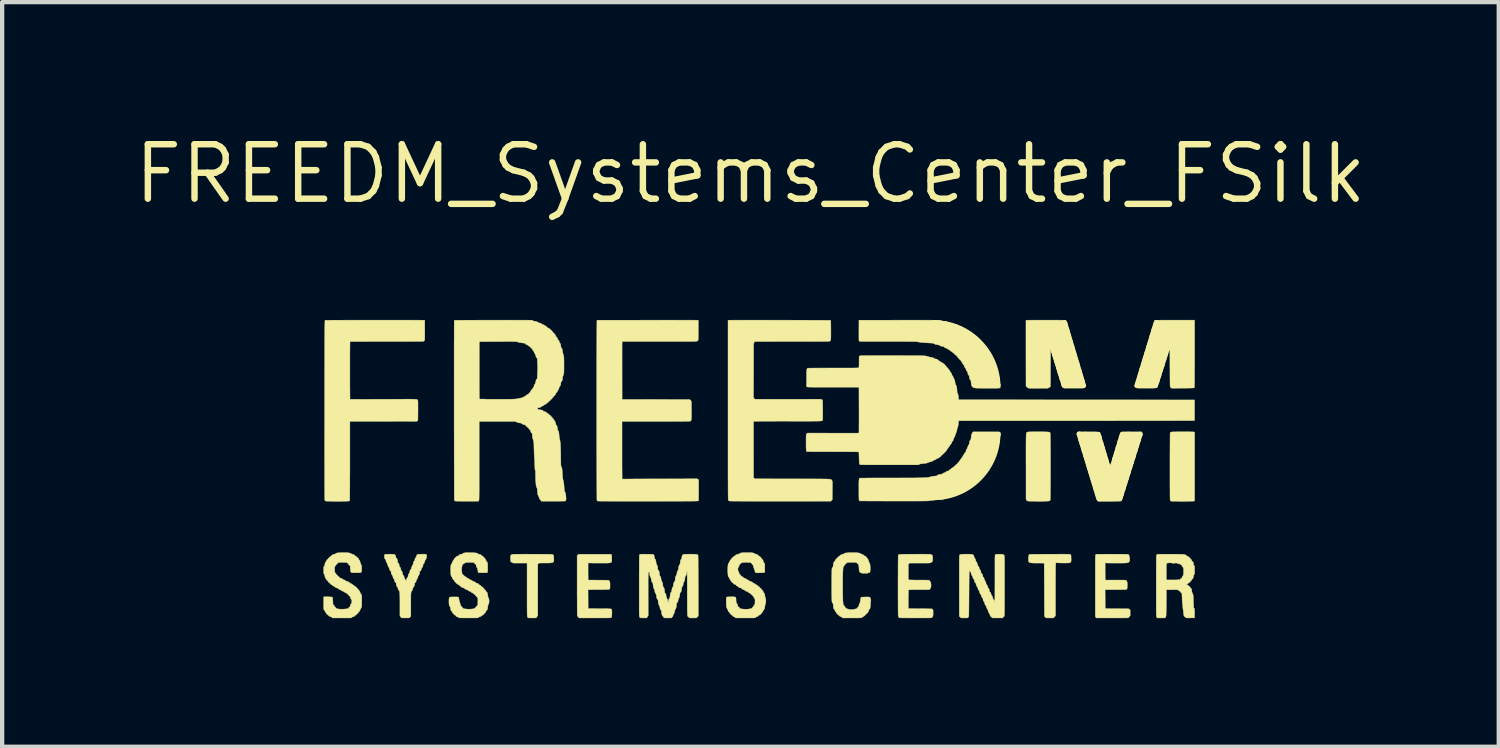
<source format=kicad_pcb>
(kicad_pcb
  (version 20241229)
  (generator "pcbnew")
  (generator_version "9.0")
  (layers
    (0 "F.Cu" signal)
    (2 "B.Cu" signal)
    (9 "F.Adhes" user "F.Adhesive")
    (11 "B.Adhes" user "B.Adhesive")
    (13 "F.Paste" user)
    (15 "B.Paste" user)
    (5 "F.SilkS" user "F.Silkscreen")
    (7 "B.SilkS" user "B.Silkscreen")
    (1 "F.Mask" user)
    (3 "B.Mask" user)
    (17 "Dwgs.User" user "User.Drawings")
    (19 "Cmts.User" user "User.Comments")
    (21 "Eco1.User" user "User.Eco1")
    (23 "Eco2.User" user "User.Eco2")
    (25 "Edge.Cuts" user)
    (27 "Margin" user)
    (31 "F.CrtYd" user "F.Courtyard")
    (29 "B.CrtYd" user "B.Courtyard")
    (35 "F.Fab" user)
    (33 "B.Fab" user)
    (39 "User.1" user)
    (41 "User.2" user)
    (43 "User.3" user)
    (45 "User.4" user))
  (footprint "FREEDM_Systems_Center_FSilk"
    (layer "F.Cu")
    (at 14.461 1.006)
    (property "Reference" "FREEDM_Systems_Center_FSilk" (at 0 0 0) (layer "F.SilkS") (effects (font (size 1.27 1.27) (thickness 0.15))))
    (attr through_hole)
    (fp_line (start 7.01 3.93) (end 7.32 4.94) (stroke (width 0.12) (type solid)) (layer "F.SilkS"))
    (fp_line (start 7.67 6.07) (end 8.13 7.58) (stroke (width 0.12) (type solid)) (layer "F.SilkS"))
    (fp_line (start 7.77 4.94) (end 7.33 3.47) (stroke (width 0.12) (type solid)) (layer "F.SilkS"))
    (fp_line (start 8.39 6.88) (end 8.14 6.05) (stroke (width 0.05) (type solid)) (layer "F.SilkS"))
    (fp_line (start 8.67 6.07) (end 8.4 6.96) (stroke (width 0.1) (type solid)) (layer "F.SilkS"))
    (fp_line (start 9.02 4.94) (end 9.47 3.47) (stroke (width 0.12) (type solid)) (layer "F.SilkS"))
    (fp_line (start 9.09 6.08) (end 8.62 7.58) (stroke (width 0.12) (type solid)) (layer "F.SilkS"))
    (fp_line (start 9.74 4.03) (end 9.45 4.94) (stroke (width 0.12) (type solid)) (layer "F.SilkS"))
    (fp_arc (start 4.27 3.44) (mid 5.358944 3.891056) (end 5.81 4.98) (stroke (width 0.05) (type solid)) (layer "F.SilkS"))
    (fp_arc (start 5.81 6.05) (mid 5.358944 7.138944) (end 4.27 7.59) (stroke (width 0.05) (type solid)) (layer "F.SilkS"))
    (fp_poly (pts (xy 10.153 6.02) (xy 10.196 6.02) (xy 10.235 6.02) (xy 10.27 6.021) (xy 10.299 6.021) (xy 10.322 6.022) (xy 10.336 6.023) (xy 10.337 6.023) (xy 10.363 6.026) (xy 10.363 7.634) (xy 10.332 7.637) (xy 10.321 7.638) (xy 10.301 7.638) (xy 10.274 7.639) (xy 10.241 7.639) (xy 10.203 7.639) (xy 10.162 7.64) (xy 10.118 7.64) (xy 10.073 7.64) (xy 10.028 7.64) (xy 9.985 7.64) (xy 9.944 7.639) (xy 9.906 7.639) (xy 9.874 7.639) (xy 9.847 7.638) (xy 9.827 7.638) (xy 9.816 7.637) (xy 9.815 7.637) (xy 9.805 7.631) (xy 9.798 7.626) (xy 9.797 7.625) (xy 9.796 7.622) (xy 9.795 7.618) (xy 9.794 7.612) (xy 9.793 7.604) (xy 9.792 7.593) (xy 9.792 7.578) (xy 9.791 7.56) (xy 9.791 7.537) (xy 9.79 7.509) (xy 9.79 7.476) (xy 9.79 7.438) (xy 9.79 7.393) (xy 9.79 7.341) (xy 9.789 7.282) (xy 9.789 7.216) (xy 9.789 7.141) (xy 9.789 7.058) (xy 9.789 6.965) (xy 9.789 6.863) (xy 9.789 6.837) (xy 9.789 6.736) (xy 9.789 6.64) (xy 9.789 6.55) (xy 9.79 6.466) (xy 9.79 6.388) (xy 9.79 6.317) (xy 9.791 6.253) (xy 9.791 6.198) (xy 9.791 6.15) (xy 9.792 6.11) (xy 9.792 6.079) (xy 9.793 6.058) (xy 9.794 6.046) (xy 9.794 6.044) (xy 9.802 6.033) (xy 9.815 6.026) (xy 9.823 6.024) (xy 9.84 6.023) (xy 9.865 6.022) (xy 9.896 6.022) (xy 9.933 6.021) (xy 9.974 6.02) (xy 10.017 6.02) (xy 10.063 6.02) (xy 10.108 6.02) (xy 10.153 6.02)) (stroke (width 0.01) (type solid)) (fill yes) (layer "F.SilkS"))
    (fp_poly (pts (xy 6.767 6.02) (xy 6.818 6.02) (xy 6.86 6.021) (xy 6.895 6.021) (xy 6.922 6.023) (xy 6.944 6.024) (xy 6.961 6.026) (xy 6.973 6.029) (xy 6.982 6.033) (xy 6.988 6.037) (xy 6.992 6.042) (xy 6.993 6.043) (xy 6.994 6.049) (xy 6.995 6.065) (xy 6.996 6.09) (xy 6.997 6.124) (xy 6.998 6.164) (xy 6.998 6.211) (xy 6.999 6.265) (xy 7 6.324) (xy 7 6.387) (xy 7.001 6.455) (xy 7.001 6.526) (xy 7.001 6.6) (xy 7.001 6.676) (xy 7.001 6.753) (xy 7.001 6.831) (xy 7.001 6.908) (xy 7.001 6.985) (xy 7.001 7.061) (xy 7.001 7.135) (xy 7 7.206) (xy 7 7.274) (xy 6.999 7.337) (xy 6.999 7.396) (xy 6.998 7.449) (xy 6.997 7.497) (xy 6.997 7.537) (xy 6.996 7.57) (xy 6.995 7.595) (xy 6.994 7.611) (xy 6.993 7.618) (xy 6.989 7.623) (xy 6.983 7.627) (xy 6.974 7.631) (xy 6.963 7.633) (xy 6.947 7.636) (xy 6.925 7.637) (xy 6.898 7.638) (xy 6.865 7.639) (xy 6.823 7.64) (xy 6.774 7.64) (xy 6.715 7.64) (xy 6.709 7.64) (xy 6.662 7.64) (xy 6.618 7.639) (xy 6.577 7.639) (xy 6.542 7.638) (xy 6.513 7.638) (xy 6.491 7.637) (xy 6.478 7.636) (xy 6.474 7.636) (xy 6.456 7.627) (xy 6.442 7.613) (xy 6.433 7.597) (xy 6.431 7.588) (xy 6.431 7.581) (xy 6.431 7.565) (xy 6.431 7.539) (xy 6.431 7.505) (xy 6.431 7.464) (xy 6.431 7.414) (xy 6.431 7.359) (xy 6.431 7.297) (xy 6.431 7.229) (xy 6.431 7.157) (xy 6.431 7.08) (xy 6.431 6.999) (xy 6.431 6.915) (xy 6.431 6.828) (xy 6.431 6.816) (xy 6.43 6.713) (xy 6.43 6.619) (xy 6.43 6.534) (xy 6.43 6.458) (xy 6.43 6.39) (xy 6.43 6.33) (xy 6.43 6.277) (xy 6.431 6.231) (xy 6.431 6.191) (xy 6.432 6.157) (xy 6.432 6.128) (xy 6.433 6.105) (xy 6.434 6.085) (xy 6.436 6.07) (xy 6.438 6.058) (xy 6.439 6.049) (xy 6.442 6.043) (xy 6.444 6.038) (xy 6.447 6.035) (xy 6.451 6.033) (xy 6.454 6.032) (xy 6.458 6.03) (xy 6.463 6.028) (xy 6.463 6.028) (xy 6.469 6.026) (xy 6.476 6.024) (xy 6.485 6.023) (xy 6.498 6.022) (xy 6.516 6.021) (xy 6.539 6.021) (xy 6.568 6.02) (xy 6.605 6.02) (xy 6.65 6.02) (xy 6.704 6.02) (xy 6.707 6.02) (xy 6.767 6.02)) (stroke (width 0.01) (type solid)) (fill yes) (layer "F.SilkS"))
    (fp_poly (pts (xy -5.215 8.875) (xy -5.129 8.876) (xy -5.083 8.876) (xy -5.004 8.876) (xy -4.935 8.876) (xy -4.875 8.877) (xy -4.823 8.877) (xy -4.779 8.877) (xy -4.742 8.878) (xy -4.711 8.878) (xy -4.685 8.879) (xy -4.665 8.879) (xy -4.649 8.88) (xy -4.637 8.881) (xy -4.629 8.882) (xy -4.622 8.883) (xy -4.618 8.885) (xy -4.615 8.886) (xy -4.603 8.894) (xy -4.595 8.903) (xy -4.595 8.904) (xy -4.593 8.912) (xy -4.591 8.928) (xy -4.59 8.95) (xy -4.589 8.975) (xy -4.588 8.976) (xy -4.588 9.007) (xy -4.589 9.029) (xy -4.592 9.045) (xy -4.599 9.056) (xy -4.61 9.064) (xy -4.626 9.07) (xy -4.633 9.072) (xy -4.644 9.075) (xy -4.656 9.077) (xy -4.673 9.078) (xy -4.694 9.08) (xy -4.721 9.08) (xy -4.756 9.081) (xy -4.8 9.081) (xy -4.8 9.081) (xy -4.939 9.082) (xy -4.951 9.096) (xy -4.963 9.111) (xy -4.963 9.642) (xy -4.963 9.716) (xy -4.964 9.788) (xy -4.964 9.858) (xy -4.964 9.924) (xy -4.964 9.987) (xy -4.964 10.044) (xy -4.964 10.096) (xy -4.963 10.141) (xy -4.963 10.179) (xy -4.963 10.209) (xy -4.963 10.23) (xy -4.963 10.239) (xy -4.963 10.266) (xy -4.963 10.285) (xy -4.964 10.298) (xy -4.967 10.307) (xy -4.97 10.315) (xy -4.976 10.324) (xy -4.977 10.325) (xy -4.986 10.339) (xy -4.993 10.351) (xy -4.995 10.354) (xy -4.997 10.357) (xy -5.001 10.36) (xy -5.009 10.361) (xy -5.022 10.362) (xy -5.042 10.363) (xy -5.069 10.363) (xy -5.091 10.363) (xy -5.121 10.363) (xy -5.148 10.362) (xy -5.17 10.361) (xy -5.184 10.361) (xy -5.19 10.36) (xy -5.196 10.353) (xy -5.197 10.351) (xy -5.199 10.342) (xy -5.204 10.33) (xy -5.204 10.329) (xy -5.206 10.326) (xy -5.207 10.321) (xy -5.208 10.313) (xy -5.208 10.302) (xy -5.209 10.288) (xy -5.21 10.269) (xy -5.21 10.246) (xy -5.211 10.217) (xy -5.211 10.183) (xy -5.211 10.142) (xy -5.212 10.094) (xy -5.212 10.04) (xy -5.212 9.977) (xy -5.212 9.906) (xy -5.212 9.826) (xy -5.212 9.737) (xy -5.212 9.699) (xy -5.212 9.083) (xy -5.53 9.083) (xy -5.561 9.068) (xy -5.577 9.059) (xy -5.589 9.051) (xy -5.595 9.045) (xy -5.596 9.037) (xy -5.597 9.021) (xy -5.598 8.999) (xy -5.598 8.974) (xy -5.598 8.971) (xy -5.598 8.944) (xy -5.598 8.926) (xy -5.597 8.914) (xy -5.594 8.906) (xy -5.591 8.901) (xy -5.586 8.896) (xy -5.585 8.895) (xy -5.57 8.887) (xy -5.554 8.88) (xy -5.553 8.88) (xy -5.544 8.879) (xy -5.526 8.878) (xy -5.499 8.877) (xy -5.462 8.876) (xy -5.415 8.876) (xy -5.358 8.876) (xy -5.292 8.875) (xy -5.215 8.875)) (stroke (width 0.01) (type solid)) (fill yes) (layer "F.SilkS"))
    (fp_poly (pts (xy 7.295 8.875) (xy 7.333 8.875) (xy 7.365 8.876) (xy 7.391 8.876) (xy 7.412 8.876) (xy 7.429 8.877) (xy 7.442 8.878) (xy 7.451 8.879) (xy 7.457 8.88) (xy 7.462 8.881) (xy 7.465 8.882) (xy 7.468 8.884) (xy 7.468 8.884) (xy 7.473 8.889) (xy 7.476 8.894) (xy 7.478 8.902) (xy 7.48 8.914) (xy 7.481 8.933) (xy 7.482 8.96) (xy 7.482 8.967) (xy 7.483 9.001) (xy 7.482 9.026) (xy 7.48 9.044) (xy 7.476 9.057) (xy 7.47 9.065) (xy 7.46 9.07) (xy 7.447 9.075) (xy 7.446 9.075) (xy 7.436 9.077) (xy 7.423 9.079) (xy 7.407 9.08) (xy 7.386 9.081) (xy 7.358 9.081) (xy 7.322 9.081) (xy 7.282 9.081) (xy 7.245 9.08) (xy 7.212 9.079) (xy 7.183 9.078) (xy 7.16 9.077) (xy 7.144 9.076) (xy 7.136 9.075) (xy 7.13 9.075) (xy 7.125 9.083) (xy 7.123 9.092) (xy 7.122 9.1) (xy 7.121 9.117) (xy 7.12 9.143) (xy 7.119 9.178) (xy 7.119 9.223) (xy 7.118 9.277) (xy 7.118 9.341) (xy 7.118 9.415) (xy 7.117 9.498) (xy 7.117 9.592) (xy 7.117 9.695) (xy 7.117 9.712) (xy 7.117 10.314) (xy 7.099 10.331) (xy 7.089 10.341) (xy 7.082 10.35) (xy 7.082 10.352) (xy 7.077 10.358) (xy 7.073 10.36) (xy 7.066 10.361) (xy 7.05 10.362) (xy 7.029 10.362) (xy 7.003 10.363) (xy 6.976 10.363) (xy 6.95 10.362) (xy 6.926 10.362) (xy 6.907 10.361) (xy 6.895 10.36) (xy 6.892 10.36) (xy 6.885 10.354) (xy 6.883 10.35) (xy 6.88 10.341) (xy 6.872 10.333) (xy 6.861 10.323) (xy 6.858 9.705) (xy 6.858 9.626) (xy 6.857 9.551) (xy 6.857 9.478) (xy 6.856 9.41) (xy 6.856 9.347) (xy 6.856 9.289) (xy 6.855 9.237) (xy 6.855 9.192) (xy 6.855 9.153) (xy 6.855 9.123) (xy 6.854 9.101) (xy 6.854 9.088) (xy 6.854 9.084) (xy 6.849 9.084) (xy 6.835 9.084) (xy 6.813 9.083) (xy 6.785 9.083) (xy 6.753 9.083) (xy 6.716 9.083) (xy 6.712 9.083) (xy 6.66 9.083) (xy 6.617 9.082) (xy 6.583 9.081) (xy 6.555 9.078) (xy 6.534 9.075) (xy 6.519 9.071) (xy 6.508 9.065) (xy 6.5 9.058) (xy 6.495 9.049) (xy 6.494 9.048) (xy 6.49 9.031) (xy 6.487 9.007) (xy 6.487 8.98) (xy 6.488 8.953) (xy 6.491 8.927) (xy 6.496 8.905) (xy 6.502 8.889) (xy 6.505 8.885) (xy 6.507 8.884) (xy 6.512 8.883) (xy 6.519 8.881) (xy 6.529 8.881) (xy 6.543 8.88) (xy 6.562 8.879) (xy 6.586 8.879) (xy 6.615 8.878) (xy 6.651 8.878) (xy 6.694 8.877) (xy 6.744 8.877) (xy 6.802 8.877) (xy 6.869 8.876) (xy 6.945 8.876) (xy 6.984 8.876) (xy 7.064 8.876) (xy 7.135 8.876) (xy 7.196 8.875) (xy 7.249 8.875) (xy 7.295 8.875)) (stroke (width 0.01) (type solid)) (fill yes) (layer "F.SilkS"))
    (fp_poly (pts (xy -3.246 8.889) (xy -3.242 8.895) (xy -3.239 8.903) (xy -3.237 8.914) (xy -3.236 8.93) (xy -3.236 8.954) (xy -3.236 8.975) (xy -3.236 9.002) (xy -3.237 9.026) (xy -3.239 9.044) (xy -3.24 9.056) (xy -3.241 9.058) (xy -3.249 9.064) (xy -3.263 9.071) (xy -3.274 9.075) (xy -3.282 9.077) (xy -3.292 9.079) (xy -3.305 9.08) (xy -3.322 9.081) (xy -3.344 9.082) (xy -3.372 9.082) (xy -3.407 9.083) (xy -3.449 9.083) (xy -3.501 9.083) (xy -3.53 9.083) (xy -3.583 9.083) (xy -3.632 9.083) (xy -3.674 9.082) (xy -3.71 9.081) (xy -3.739 9.081) (xy -3.759 9.08) (xy -3.77 9.078) (xy -3.772 9.078) (xy -3.781 9.076) (xy -3.786 9.08) (xy -3.787 9.084) (xy -3.788 9.092) (xy -3.788 9.108) (xy -3.789 9.133) (xy -3.789 9.163) (xy -3.789 9.2) (xy -3.789 9.24) (xy -3.789 9.283) (xy -3.789 9.287) (xy -3.787 9.479) (xy -3.55 9.481) (xy -3.495 9.481) (xy -3.449 9.481) (xy -3.411 9.482) (xy -3.381 9.482) (xy -3.358 9.483) (xy -3.34 9.483) (xy -3.326 9.484) (xy -3.317 9.485) (xy -3.311 9.487) (xy -3.306 9.489) (xy -3.303 9.491) (xy -3.302 9.492) (xy -3.292 9.502) (xy -3.286 9.512) (xy -3.281 9.526) (xy -3.278 9.543) (xy -3.277 9.567) (xy -3.277 9.6) (xy -3.277 9.601) (xy -3.277 9.629) (xy -3.277 9.649) (xy -3.278 9.663) (xy -3.28 9.672) (xy -3.283 9.679) (xy -3.288 9.685) (xy -3.289 9.686) (xy -3.301 9.7) (xy -3.79 9.703) (xy -3.788 9.925) (xy -3.787 10.147) (xy -3.518 10.148) (xy -3.459 10.148) (xy -3.408 10.149) (xy -3.367 10.149) (xy -3.333 10.149) (xy -3.305 10.15) (xy -3.284 10.151) (xy -3.269 10.151) (xy -3.257 10.153) (xy -3.249 10.154) (xy -3.245 10.155) (xy -3.242 10.157) (xy -3.242 10.157) (xy -3.238 10.162) (xy -3.236 10.17) (xy -3.235 10.183) (xy -3.234 10.201) (xy -3.233 10.228) (xy -3.233 10.243) (xy -3.234 10.277) (xy -3.235 10.304) (xy -3.237 10.323) (xy -3.239 10.333) (xy -3.245 10.346) (xy -3.248 10.354) (xy -3.249 10.356) (xy -3.251 10.357) (xy -3.256 10.359) (xy -3.262 10.36) (xy -3.273 10.361) (xy -3.287 10.361) (xy -3.306 10.362) (xy -3.33 10.362) (xy -3.361 10.363) (xy -3.398 10.363) (xy -3.443 10.363) (xy -3.495 10.363) (xy -3.557 10.363) (xy -3.627 10.363) (xy -4.003 10.363) (xy -4.008 10.352) (xy -4.015 10.34) (xy -4.023 10.333) (xy -4.034 10.324) (xy -4.039 10.316) (xy -4.04 10.31) (xy -4.04 10.294) (xy -4.041 10.269) (xy -4.041 10.234) (xy -4.042 10.191) (xy -4.042 10.14) (xy -4.043 10.081) (xy -4.043 10.014) (xy -4.043 9.94) (xy -4.044 9.859) (xy -4.044 9.772) (xy -4.044 9.679) (xy -4.044 9.61) (xy -4.044 8.913) (xy -4.026 8.895) (xy -4.008 8.877) (xy -3.255 8.877) (xy -3.246 8.889)) (stroke (width 0.01) (type solid)) (fill yes) (layer "F.SilkS"))
    (fp_poly (pts (xy 8.625 8.876) (xy 8.672 8.876) (xy 8.71 8.876) (xy 8.742 8.877) (xy 8.767 8.877) (xy 8.786 8.878) (xy 8.8 8.879) (xy 8.809 8.88) (xy 8.813 8.881) (xy 8.814 8.881) (xy 8.827 8.892) (xy 8.836 8.91) (xy 8.843 8.935) (xy 8.847 8.97) (xy 8.848 8.976) (xy 8.849 8.999) (xy 8.849 9.015) (xy 8.848 9.026) (xy 8.845 9.035) (xy 8.839 9.044) (xy 8.837 9.047) (xy 8.824 9.063) (xy 8.811 9.071) (xy 8.81 9.071) (xy 8.794 9.075) (xy 8.782 9.078) (xy 8.773 9.079) (xy 8.756 9.08) (xy 8.731 9.081) (xy 8.7 9.082) (xy 8.665 9.083) (xy 8.626 9.083) (xy 8.584 9.083) (xy 8.541 9.083) (xy 8.498 9.083) (xy 8.456 9.083) (xy 8.417 9.083) (xy 8.381 9.082) (xy 8.35 9.081) (xy 8.326 9.081) (xy 8.308 9.08) (xy 8.3 9.079) (xy 8.299 9.078) (xy 8.29 9.074) (xy 8.284 9.073) (xy 8.282 9.073) (xy 8.28 9.075) (xy 8.279 9.08) (xy 8.278 9.087) (xy 8.277 9.099) (xy 8.276 9.116) (xy 8.276 9.139) (xy 8.276 9.169) (xy 8.276 9.207) (xy 8.276 9.254) (xy 8.277 9.276) (xy 8.278 9.48) (xy 8.517 9.479) (xy 8.573 9.479) (xy 8.619 9.479) (xy 8.657 9.479) (xy 8.687 9.48) (xy 8.711 9.48) (xy 8.729 9.481) (xy 8.743 9.481) (xy 8.752 9.483) (xy 8.759 9.484) (xy 8.764 9.486) (xy 8.767 9.488) (xy 8.769 9.489) (xy 8.779 9.501) (xy 8.787 9.518) (xy 8.791 9.542) (xy 8.793 9.573) (xy 8.792 9.614) (xy 8.792 9.618) (xy 8.791 9.646) (xy 8.79 9.665) (xy 8.788 9.677) (xy 8.785 9.685) (xy 8.781 9.691) (xy 8.778 9.694) (xy 8.775 9.696) (xy 8.771 9.698) (xy 8.764 9.699) (xy 8.755 9.7) (xy 8.742 9.701) (xy 8.724 9.702) (xy 8.7 9.702) (xy 8.67 9.702) (xy 8.632 9.703) (xy 8.587 9.703) (xy 8.532 9.703) (xy 8.521 9.703) (xy 8.275 9.703) (xy 8.277 9.925) (xy 8.278 10.147) (xy 8.55 10.149) (xy 8.821 10.15) (xy 8.84 10.163) (xy 8.86 10.175) (xy 8.86 10.313) (xy 8.842 10.329) (xy 8.831 10.34) (xy 8.825 10.348) (xy 8.824 10.351) (xy 8.82 10.358) (xy 8.816 10.36) (xy 8.81 10.361) (xy 8.794 10.361) (xy 8.77 10.362) (xy 8.738 10.362) (xy 8.699 10.362) (xy 8.655 10.363) (xy 8.605 10.363) (xy 8.55 10.363) (xy 8.492 10.363) (xy 8.438 10.363) (xy 8.068 10.363) (xy 8.057 10.343) (xy 8.047 10.322) (xy 8.047 9.612) (xy 8.047 9.513) (xy 8.047 9.423) (xy 8.047 9.343) (xy 8.047 9.271) (xy 8.047 9.208) (xy 8.047 9.152) (xy 8.047 9.103) (xy 8.047 9.061) (xy 8.048 9.025) (xy 8.048 8.995) (xy 8.048 8.969) (xy 8.049 8.949) (xy 8.05 8.932) (xy 8.05 8.919) (xy 8.051 8.909) (xy 8.052 8.902) (xy 8.053 8.897) (xy 8.054 8.894) (xy 8.055 8.891) (xy 8.056 8.889) (xy 8.066 8.877) (xy 8.434 8.876) (xy 8.507 8.876) (xy 8.571 8.876) (xy 8.625 8.876)) (stroke (width 0.01) (type solid)) (fill yes) (layer "F.SilkS"))
    (fp_poly (pts (xy 4.043 8.875) (xy 4.093 8.876) (xy 4.135 8.876) (xy 4.166 8.877) (xy 4.189 8.878) (xy 4.203 8.879) (xy 4.207 8.88) (xy 4.223 8.887) (xy 4.238 8.899) (xy 4.239 8.901) (xy 4.244 8.908) (xy 4.248 8.915) (xy 4.25 8.925) (xy 4.252 8.939) (xy 4.252 8.96) (xy 4.252 8.975) (xy 4.252 9.001) (xy 4.251 9.019) (xy 4.25 9.03) (xy 4.247 9.039) (xy 4.242 9.046) (xy 4.238 9.051) (xy 4.219 9.067) (xy 4.194 9.077) (xy 4.16 9.082) (xy 4.135 9.083) (xy 4.117 9.082) (xy 4.101 9.082) (xy 4.087 9.082) (xy 4.072 9.082) (xy 4.056 9.082) (xy 4.036 9.082) (xy 4.012 9.082) (xy 3.982 9.082) (xy 3.945 9.082) (xy 3.9 9.082) (xy 3.887 9.082) (xy 3.717 9.083) (xy 3.7 9.096) (xy 3.683 9.109) (xy 3.683 9.469) (xy 3.696 9.474) (xy 3.704 9.475) (xy 3.721 9.476) (xy 3.747 9.477) (xy 3.781 9.478) (xy 3.821 9.479) (xy 3.867 9.479) (xy 3.917 9.479) (xy 3.932 9.479) (xy 3.979 9.48) (xy 4.023 9.48) (xy 4.063 9.48) (xy 4.097 9.481) (xy 4.126 9.481) (xy 4.147 9.482) (xy 4.16 9.482) (xy 4.163 9.483) (xy 4.17 9.488) (xy 4.181 9.499) (xy 4.19 9.51) (xy 4.199 9.522) (xy 4.205 9.532) (xy 4.209 9.544) (xy 4.211 9.559) (xy 4.213 9.582) (xy 4.213 9.582) (xy 4.214 9.616) (xy 4.212 9.641) (xy 4.206 9.661) (xy 4.196 9.678) (xy 4.188 9.686) (xy 4.172 9.703) (xy 3.936 9.703) (xy 3.883 9.703) (xy 3.834 9.703) (xy 3.792 9.704) (xy 3.756 9.704) (xy 3.727 9.705) (xy 3.707 9.706) (xy 3.695 9.707) (xy 3.693 9.708) (xy 3.691 9.71) (xy 3.69 9.715) (xy 3.688 9.724) (xy 3.687 9.737) (xy 3.686 9.756) (xy 3.685 9.781) (xy 3.685 9.813) (xy 3.684 9.854) (xy 3.683 9.903) (xy 3.683 9.927) (xy 3.683 9.973) (xy 3.682 10.016) (xy 3.682 10.054) (xy 3.682 10.087) (xy 3.682 10.113) (xy 3.682 10.132) (xy 3.682 10.143) (xy 3.682 10.145) (xy 3.687 10.145) (xy 3.702 10.146) (xy 3.725 10.146) (xy 3.755 10.147) (xy 3.791 10.147) (xy 3.833 10.148) (xy 3.879 10.148) (xy 3.929 10.148) (xy 3.949 10.148) (xy 4 10.149) (xy 4.049 10.149) (xy 4.094 10.15) (xy 4.135 10.15) (xy 4.169 10.151) (xy 4.197 10.151) (xy 4.217 10.152) (xy 4.229 10.152) (xy 4.23 10.152) (xy 4.242 10.156) (xy 4.25 10.161) (xy 4.256 10.171) (xy 4.26 10.186) (xy 4.262 10.208) (xy 4.262 10.239) (xy 4.262 10.245) (xy 4.262 10.278) (xy 4.26 10.302) (xy 4.257 10.319) (xy 4.253 10.33) (xy 4.246 10.337) (xy 4.244 10.339) (xy 4.237 10.347) (xy 4.237 10.35) (xy 4.233 10.358) (xy 4.229 10.36) (xy 4.222 10.361) (xy 4.206 10.361) (xy 4.183 10.362) (xy 4.152 10.362) (xy 4.114 10.362) (xy 4.072 10.363) (xy 4.025 10.363) (xy 3.976 10.363) (xy 3.923 10.363) (xy 3.87 10.363) (xy 3.816 10.363) (xy 3.763 10.363) (xy 3.711 10.363) (xy 3.662 10.362) (xy 3.616 10.362) (xy 3.575 10.362) (xy 3.54 10.361) (xy 3.511 10.361) (xy 3.489 10.36) (xy 3.476 10.36) (xy 3.472 10.359) (xy 3.465 10.352) (xy 3.463 10.348) (xy 3.457 10.338) (xy 3.452 10.328) (xy 3.451 10.325) (xy 3.45 10.32) (xy 3.449 10.312) (xy 3.448 10.3) (xy 3.447 10.285) (xy 3.447 10.266) (xy 3.446 10.242) (xy 3.446 10.213) (xy 3.446 10.178) (xy 3.445 10.137) (xy 3.445 10.089) (xy 3.445 10.034) (xy 3.445 9.972) (xy 3.444 9.901) (xy 3.444 9.822) (xy 3.444 9.733) (xy 3.444 9.635) (xy 3.444 9.616) (xy 3.444 9.515) (xy 3.444 9.422) (xy 3.445 9.335) (xy 3.445 9.254) (xy 3.445 9.182) (xy 3.445 9.117) (xy 3.446 9.06) (xy 3.446 9.011) (xy 3.447 8.971) (xy 3.447 8.94) (xy 3.448 8.918) (xy 3.449 8.906) (xy 3.449 8.903) (xy 3.451 8.898) (xy 3.453 8.894) (xy 3.456 8.891) (xy 3.461 8.887) (xy 3.468 8.885) (xy 3.478 8.883) (xy 3.492 8.881) (xy 3.51 8.88) (xy 3.533 8.879) (xy 3.562 8.878) (xy 3.598 8.877) (xy 3.641 8.877) (xy 3.692 8.876) (xy 3.752 8.876) (xy 3.82 8.876) (xy 3.833 8.876) (xy 3.913 8.875) (xy 3.983 8.875) (xy 4.043 8.875)) (stroke (width 0.01) (type solid)) (fill yes) (layer "F.SilkS"))
    (fp_poly (pts (xy -8.433 3.414) (xy -8.344 3.414) (xy -8.257 3.414) (xy -8.173 3.414) (xy -8.093 3.414) (xy -8.017 3.414) (xy -7.946 3.414) (xy -7.88 3.415) (xy -7.82 3.415) (xy -7.767 3.415) (xy -7.72 3.415) (xy -7.681 3.416) (xy -7.65 3.416) (xy -7.628 3.416) (xy -7.615 3.417) (xy -7.611 3.417) (xy -7.6 3.42) (xy -7.6 3.65) (xy -7.6 3.704) (xy -7.6 3.749) (xy -7.6 3.786) (xy -7.6 3.816) (xy -7.601 3.839) (xy -7.601 3.856) (xy -7.602 3.869) (xy -7.604 3.878) (xy -7.605 3.884) (xy -7.607 3.888) (xy -7.609 3.892) (xy -7.61 3.892) (xy -7.622 3.903) (xy -7.636 3.909) (xy -7.643 3.909) (xy -7.66 3.909) (xy -7.685 3.91) (xy -7.719 3.91) (xy -7.761 3.91) (xy -7.811 3.91) (xy -7.867 3.911) (xy -7.93 3.911) (xy -7.999 3.911) (xy -8.072 3.911) (xy -8.151 3.911) (xy -8.234 3.912) (xy -8.32 3.912) (xy -8.41 3.912) (xy -8.497 3.912) (xy -9.341 3.911) (xy -9.344 3.931) (xy -9.344 3.938) (xy -9.345 3.955) (xy -9.345 3.981) (xy -9.345 4.015) (xy -9.346 4.056) (xy -9.346 4.103) (xy -9.346 4.156) (xy -9.347 4.214) (xy -9.347 4.276) (xy -9.347 4.341) (xy -9.347 4.409) (xy -9.347 4.479) (xy -9.347 4.55) (xy -9.347 4.622) (xy -9.347 4.693) (xy -9.347 4.763) (xy -9.347 4.831) (xy -9.347 4.896) (xy -9.347 4.958) (xy -9.346 5.016) (xy -9.346 5.069) (xy -9.346 5.117) (xy -9.345 5.158) (xy -9.345 5.192) (xy -9.345 5.218) (xy -9.344 5.236) (xy -9.344 5.244) (xy -9.344 5.244) (xy -9.341 5.263) (xy -8.675 5.261) (xy -8.593 5.261) (xy -8.514 5.26) (xy -8.439 5.26) (xy -8.367 5.26) (xy -8.3 5.26) (xy -8.238 5.259) (xy -8.182 5.259) (xy -8.132 5.259) (xy -8.089 5.259) (xy -8.054 5.258) (xy -8.027 5.258) (xy -8.008 5.258) (xy -7.999 5.258) (xy -7.998 5.258) (xy -7.99 5.258) (xy -7.974 5.258) (xy -7.951 5.258) (xy -7.923 5.258) (xy -7.891 5.259) (xy -7.889 5.259) (xy -7.85 5.26) (xy -7.82 5.261) (xy -7.798 5.263) (xy -7.783 5.267) (xy -7.772 5.272) (xy -7.766 5.279) (xy -7.762 5.288) (xy -7.76 5.301) (xy -7.76 5.305) (xy -7.759 5.316) (xy -7.758 5.335) (xy -7.758 5.363) (xy -7.758 5.397) (xy -7.758 5.436) (xy -7.758 5.479) (xy -7.758 5.524) (xy -7.758 5.541) (xy -7.76 5.75) (xy -7.771 5.762) (xy -7.783 5.773) (xy -8.565 5.775) (xy -9.347 5.776) (xy -9.347 6.697) (xy -9.347 6.793) (xy -9.347 6.886) (xy -9.347 6.976) (xy -9.348 7.063) (xy -9.348 7.145) (xy -9.348 7.222) (xy -9.348 7.294) (xy -9.349 7.361) (xy -9.349 7.421) (xy -9.349 7.474) (xy -9.349 7.52) (xy -9.35 7.558) (xy -9.35 7.588) (xy -9.351 7.609) (xy -9.351 7.621) (xy -9.351 7.623) (xy -9.358 7.63) (xy -9.369 7.635) (xy -9.377 7.636) (xy -9.394 7.637) (xy -9.419 7.638) (xy -9.45 7.639) (xy -9.487 7.639) (xy -9.528 7.64) (xy -9.572 7.64) (xy -9.617 7.64) (xy -9.663 7.64) (xy -9.709 7.64) (xy -9.753 7.639) (xy -9.793 7.639) (xy -9.83 7.638) (xy -9.861 7.638) (xy -9.885 7.637) (xy -9.902 7.636) (xy -9.909 7.635) (xy -9.925 7.626) (xy -9.931 7.616) (xy -9.931 7.612) (xy -9.932 7.603) (xy -9.932 7.587) (xy -9.933 7.566) (xy -9.933 7.538) (xy -9.933 7.504) (xy -9.934 7.463) (xy -9.934 7.416) (xy -9.934 7.362) (xy -9.935 7.3) (xy -9.935 7.231) (xy -9.935 7.155) (xy -9.935 7.071) (xy -9.935 6.978) (xy -9.935 6.878) (xy -9.935 6.769) (xy -9.936 6.652) (xy -9.936 6.526) (xy -9.936 6.391) (xy -9.936 6.247) (xy -9.936 6.094) (xy -9.935 5.931) (xy -9.935 5.759) (xy -9.935 5.576) (xy -9.935 5.513) (xy -9.935 5.338) (xy -9.935 5.173) (xy -9.935 5.017) (xy -9.935 4.871) (xy -9.935 4.734) (xy -9.935 4.606) (xy -9.934 4.486) (xy -9.934 4.374) (xy -9.934 4.27) (xy -9.934 4.174) (xy -9.934 4.085) (xy -9.934 4.004) (xy -9.933 3.929) (xy -9.933 3.86) (xy -9.933 3.798) (xy -9.933 3.742) (xy -9.932 3.691) (xy -9.932 3.646) (xy -9.932 3.606) (xy -9.932 3.57) (xy -9.931 3.539) (xy -9.931 3.513) (xy -9.93 3.49) (xy -9.93 3.471) (xy -9.93 3.456) (xy -9.929 3.444) (xy -9.929 3.434) (xy -9.928 3.427) (xy -9.927 3.422) (xy -9.927 3.42) (xy -9.926 3.419) (xy -9.921 3.418) (xy -9.905 3.418) (xy -9.881 3.418) (xy -9.848 3.417) (xy -9.807 3.417) (xy -9.759 3.416) (xy -9.704 3.416) (xy -9.643 3.416) (xy -9.576 3.416) (xy -9.504 3.415) (xy -9.427 3.415) (xy -9.346 3.415) (xy -9.261 3.415) (xy -9.174 3.414) (xy -9.084 3.414) (xy -8.992 3.414) (xy -8.899 3.414) (xy -8.805 3.414) (xy -8.711 3.414) (xy -8.617 3.414) (xy -8.525 3.414) (xy -8.433 3.414)) (stroke (width 0.01) (type solid)) (fill yes) (layer "F.SilkS"))
    (fp_poly (pts (xy 6.897 3.414) (xy 6.956 3.414) (xy 7.014 3.414) (xy 7.07 3.414) (xy 7.124 3.414) (xy 7.174 3.415) (xy 7.22 3.415) (xy 7.26 3.415) (xy 7.295 3.416) (xy 7.322 3.416) (xy 7.342 3.417) (xy 7.352 3.417) (xy 7.354 3.418) (xy 7.358 3.425) (xy 7.362 3.437) (xy 7.363 3.44) (xy 7.367 3.454) (xy 7.373 3.464) (xy 7.374 3.465) (xy 7.384 3.477) (xy 7.392 3.494) (xy 7.397 3.518) (xy 7.401 3.546) (xy 7.404 3.57) (xy 7.407 3.585) (xy 7.41 3.595) (xy 7.416 3.601) (xy 7.416 3.601) (xy 7.425 3.611) (xy 7.432 3.625) (xy 7.436 3.644) (xy 7.44 3.672) (xy 7.44 3.676) (xy 7.443 3.7) (xy 7.447 3.716) (xy 7.453 3.727) (xy 7.456 3.73) (xy 7.465 3.744) (xy 7.471 3.761) (xy 7.476 3.784) (xy 7.48 3.814) (xy 7.481 3.824) (xy 7.483 3.846) (xy 7.486 3.86) (xy 7.489 3.868) (xy 7.495 3.874) (xy 7.496 3.874) (xy 7.503 3.879) (xy 7.508 3.885) (xy 7.511 3.894) (xy 7.514 3.908) (xy 7.517 3.929) (xy 7.519 3.938) (xy 7.522 3.959) (xy 7.526 3.976) (xy 7.531 3.987) (xy 7.532 3.988) (xy 7.542 4.005) (xy 7.551 4.028) (xy 7.557 4.055) (xy 7.559 4.081) (xy 7.559 4.082) (xy 7.559 4.1) (xy 7.562 4.112) (xy 7.567 4.121) (xy 7.575 4.129) (xy 7.582 4.136) (xy 7.587 4.143) (xy 7.59 4.153) (xy 7.593 4.168) (xy 7.596 4.189) (xy 7.598 4.204) (xy 7.602 4.231) (xy 7.605 4.249) (xy 7.608 4.261) (xy 7.612 4.268) (xy 7.617 4.274) (xy 7.618 4.275) (xy 7.626 4.283) (xy 7.631 4.296) (xy 7.635 4.315) (xy 7.636 4.321) (xy 7.64 4.34) (xy 7.644 4.358) (xy 7.648 4.369) (xy 7.66 4.391) (xy 7.667 4.411) (xy 7.673 4.434) (xy 7.677 4.463) (xy 7.677 4.469) (xy 7.68 4.494) (xy 7.683 4.511) (xy 7.687 4.521) (xy 7.691 4.526) (xy 7.692 4.527) (xy 7.7 4.532) (xy 7.706 4.541) (xy 7.71 4.555) (xy 7.714 4.576) (xy 7.717 4.595) (xy 7.721 4.621) (xy 7.726 4.639) (xy 7.732 4.651) (xy 7.735 4.654) (xy 7.743 4.669) (xy 7.75 4.69) (xy 7.756 4.72) (xy 7.76 4.756) (xy 7.763 4.776) (xy 7.766 4.787) (xy 7.771 4.792) (xy 7.772 4.793) (xy 7.781 4.8) (xy 7.788 4.814) (xy 7.794 4.836) (xy 7.797 4.866) (xy 7.8 4.888) (xy 7.804 4.904) (xy 7.81 4.916) (xy 7.815 4.923) (xy 7.823 4.934) (xy 7.828 4.942) (xy 7.828 4.943) (xy 7.824 4.958) (xy 7.811 4.974) (xy 7.791 4.987) (xy 7.791 4.987) (xy 7.766 5) (xy 7.547 5) (xy 7.328 5.001) (xy 7.31 4.989) (xy 7.288 4.971) (xy 7.273 4.953) (xy 7.262 4.934) (xy 7.256 4.909) (xy 7.252 4.877) (xy 7.252 4.875) (xy 7.25 4.852) (xy 7.247 4.837) (xy 7.244 4.828) (xy 7.238 4.822) (xy 7.236 4.82) (xy 7.227 4.81) (xy 7.22 4.794) (xy 7.215 4.772) (xy 7.211 4.741) (xy 7.208 4.72) (xy 7.202 4.705) (xy 7.196 4.697) (xy 7.187 4.684) (xy 7.18 4.667) (xy 7.174 4.642) (xy 7.17 4.611) (xy 7.168 4.594) (xy 7.165 4.582) (xy 7.162 4.577) (xy 7.162 4.577) (xy 7.156 4.572) (xy 7.149 4.56) (xy 7.143 4.541) (xy 7.137 4.519) (xy 7.133 4.495) (xy 7.133 4.487) (xy 7.13 4.465) (xy 7.127 4.45) (xy 7.123 4.44) (xy 7.116 4.431) (xy 7.115 4.43) (xy 7.107 4.42) (xy 7.101 4.407) (xy 7.097 4.39) (xy 7.095 4.375) (xy 7.09 4.35) (xy 7.084 4.332) (xy 7.08 4.324) (xy 7.07 4.308) (xy 7.062 4.282) (xy 7.056 4.25) (xy 7.053 4.226) (xy 7.051 4.204) (xy 7.048 4.191) (xy 7.044 4.183) (xy 7.04 4.18) (xy 7.03 4.171) (xy 7.022 4.155) (xy 7.017 4.13) (xy 7.013 4.097) (xy 7.011 4.078) (xy 7.009 4.066) (xy 7.008 4.06) (xy 7.007 4.062) (xy 7.005 4.071) (xy 7.004 4.087) (xy 7.004 4.111) (xy 7.003 4.144) (xy 7.002 4.185) (xy 7.002 4.235) (xy 7.001 4.293) (xy 7.001 4.361) (xy 7.001 4.439) (xy 7.001 4.517) (xy 7.001 4.583) (xy 7 4.646) (xy 7 4.706) (xy 7 4.762) (xy 7 4.812) (xy 6.999 4.856) (xy 6.999 4.894) (xy 6.998 4.925) (xy 6.998 4.948) (xy 6.997 4.961) (xy 6.997 4.966) (xy 6.991 4.972) (xy 6.979 4.981) (xy 6.965 4.988) (xy 6.937 5.002) (xy 6.713 5.003) (xy 6.66 5.004) (xy 6.615 5.004) (xy 6.58 5.004) (xy 6.551 5.004) (xy 6.529 5.003) (xy 6.512 5.003) (xy 6.5 5.002) (xy 6.492 5.001) (xy 6.486 4.999) (xy 6.482 4.997) (xy 6.479 4.995) (xy 6.478 4.994) (xy 6.469 4.986) (xy 6.463 4.983) (xy 6.457 4.98) (xy 6.447 4.972) (xy 6.444 4.968) (xy 6.43 4.953) (xy 6.429 4.187) (xy 6.429 3.42) (xy 6.451 3.417) (xy 6.46 3.416) (xy 6.478 3.416) (xy 6.504 3.415) (xy 6.538 3.415) (xy 6.577 3.415) (xy 6.622 3.414) (xy 6.672 3.414) (xy 6.725 3.414) (xy 6.781 3.414) (xy 6.839 3.414) (xy 6.897 3.414)) (stroke (width 0.01) (type solid)) (fill yes) (layer "F.SilkS"))
    (fp_poly (pts (xy 10.363 4.197) (xy 10.363 4.297) (xy 10.363 4.391) (xy 10.363 4.48) (xy 10.363 4.563) (xy 10.362 4.64) (xy 10.362 4.711) (xy 10.362 4.774) (xy 10.361 4.83) (xy 10.361 4.879) (xy 10.36 4.919) (xy 10.36 4.95) (xy 10.359 4.972) (xy 10.359 4.985) (xy 10.358 4.988) (xy 10.356 4.991) (xy 10.351 4.993) (xy 10.344 4.994) (xy 10.332 4.996) (xy 10.317 4.997) (xy 10.296 4.998) (xy 10.269 4.999) (xy 10.235 4.999) (xy 10.194 5) (xy 10.145 5) (xy 10.087 5.001) (xy 10.039 5.001) (xy 9.825 5.002) (xy 9.813 4.991) (xy 9.802 4.98) (xy 9.795 4.969) (xy 9.794 4.964) (xy 9.793 4.952) (xy 9.792 4.932) (xy 9.791 4.905) (xy 9.791 4.87) (xy 9.79 4.826) (xy 9.79 4.774) (xy 9.789 4.714) (xy 9.789 4.644) (xy 9.789 4.564) (xy 9.788 4.487) (xy 9.788 4.411) (xy 9.788 4.341) (xy 9.788 4.278) (xy 9.787 4.222) (xy 9.787 4.173) (xy 9.787 4.132) (xy 9.786 4.099) (xy 9.785 4.075) (xy 9.785 4.059) (xy 9.784 4.054) (xy 9.784 4.056) (xy 9.779 4.087) (xy 9.774 4.11) (xy 9.768 4.125) (xy 9.759 4.135) (xy 9.757 4.137) (xy 9.751 4.142) (xy 9.746 4.15) (xy 9.744 4.163) (xy 9.741 4.183) (xy 9.741 4.187) (xy 9.737 4.219) (xy 9.73 4.243) (xy 9.72 4.257) (xy 9.715 4.261) (xy 9.71 4.269) (xy 9.706 4.287) (xy 9.703 4.306) (xy 9.699 4.334) (xy 9.694 4.355) (xy 9.688 4.369) (xy 9.68 4.378) (xy 9.678 4.38) (xy 9.672 4.387) (xy 9.668 4.398) (xy 9.665 4.417) (xy 9.664 4.422) (xy 9.66 4.456) (xy 9.655 4.482) (xy 9.647 4.502) (xy 9.639 4.513) (xy 9.631 4.531) (xy 9.625 4.553) (xy 9.625 4.557) (xy 9.62 4.586) (xy 9.613 4.607) (xy 9.605 4.62) (xy 9.599 4.625) (xy 9.593 4.63) (xy 9.589 4.637) (xy 9.587 4.649) (xy 9.585 4.668) (xy 9.584 4.677) (xy 9.581 4.71) (xy 9.576 4.734) (xy 9.57 4.753) (xy 9.561 4.767) (xy 9.558 4.77) (xy 9.551 4.782) (xy 9.546 4.799) (xy 9.544 4.816) (xy 9.539 4.847) (xy 9.531 4.871) (xy 9.52 4.889) (xy 9.519 4.89) (xy 9.513 4.901) (xy 9.507 4.918) (xy 9.505 4.929) (xy 9.5 4.952) (xy 9.494 4.968) (xy 9.486 4.976) (xy 9.476 4.981) (xy 9.462 4.986) (xy 9.45 4.992) (xy 9.446 4.994) (xy 9.44 4.996) (xy 9.431 4.998) (xy 9.419 4.999) (xy 9.402 5) (xy 9.379 5) (xy 9.349 5.001) (xy 9.312 5.001) (xy 9.267 5.001) (xy 9.233 5.001) (xy 9.183 5.001) (xy 9.141 5.001) (xy 9.107 5.001) (xy 9.081 5.001) (xy 9.06 5) (xy 9.045 4.999) (xy 9.033 4.998) (xy 9.025 4.997) (xy 9.018 4.995) (xy 9.012 4.992) (xy 9.007 4.99) (xy 8.984 4.975) (xy 8.971 4.961) (xy 8.967 4.945) (xy 8.972 4.927) (xy 8.98 4.914) (xy 8.99 4.894) (xy 8.996 4.866) (xy 8.997 4.859) (xy 9.002 4.83) (xy 9.008 4.809) (xy 9.015 4.797) (xy 9.022 4.793) (xy 9.026 4.791) (xy 9.029 4.787) (xy 9.032 4.78) (xy 9.034 4.768) (xy 9.037 4.749) (xy 9.04 4.721) (xy 9.04 4.719) (xy 9.046 4.684) (xy 9.054 4.659) (xy 9.063 4.646) (xy 9.069 4.634) (xy 9.075 4.613) (xy 9.078 4.593) (xy 9.082 4.566) (xy 9.086 4.546) (xy 9.091 4.533) (xy 9.097 4.525) (xy 9.103 4.52) (xy 9.108 4.514) (xy 9.112 4.503) (xy 9.115 4.485) (xy 9.116 4.475) (xy 9.12 4.443) (xy 9.124 4.42) (xy 9.13 4.404) (xy 9.138 4.394) (xy 9.141 4.392) (xy 9.147 4.386) (xy 9.151 4.378) (xy 9.154 4.365) (xy 9.156 4.344) (xy 9.159 4.314) (xy 9.164 4.29) (xy 9.171 4.271) (xy 9.18 4.254) (xy 9.181 4.252) (xy 9.192 4.228) (xy 9.197 4.202) (xy 9.201 4.176) (xy 9.206 4.156) (xy 9.214 4.14) (xy 9.222 4.13) (xy 9.229 4.12) (xy 9.233 4.107) (xy 9.236 4.088) (xy 9.237 4.075) (xy 9.241 4.043) (xy 9.247 4.018) (xy 9.256 4.001) (xy 9.263 3.995) (xy 9.268 3.987) (xy 9.272 3.971) (xy 9.276 3.945) (xy 9.28 3.919) (xy 9.284 3.9) (xy 9.289 3.886) (xy 9.297 3.875) (xy 9.302 3.87) (xy 9.308 3.857) (xy 9.312 3.835) (xy 9.314 3.824) (xy 9.318 3.791) (xy 9.323 3.766) (xy 9.33 3.749) (xy 9.339 3.737) (xy 9.346 3.728) (xy 9.351 3.715) (xy 9.354 3.696) (xy 9.354 3.691) (xy 9.359 3.657) (xy 9.365 3.63) (xy 9.373 3.609) (xy 9.38 3.596) (xy 9.388 3.578) (xy 9.394 3.556) (xy 9.396 3.548) (xy 9.4 3.521) (xy 9.405 3.503) (xy 9.413 3.49) (xy 9.419 3.485) (xy 9.427 3.473) (xy 9.431 3.453) (xy 9.432 3.449) (xy 9.435 3.433) (xy 9.438 3.421) (xy 9.441 3.418) (xy 9.446 3.417) (xy 9.462 3.417) (xy 9.486 3.416) (xy 9.518 3.416) (xy 9.557 3.415) (xy 9.602 3.415) (xy 9.654 3.414) (xy 9.71 3.414) (xy 9.771 3.414) (xy 9.836 3.414) (xy 9.903 3.414) (xy 9.905 3.414) (xy 10.363 3.414) (xy 10.363 4.197)) (stroke (width 0.01) (type solid)) (fill yes) (layer "F.SilkS"))
    (fp_poly (pts (xy -1.828 3.414) (xy -1.742 3.415) (xy -1.661 3.415) (xy -1.586 3.415) (xy -1.517 3.415) (xy -1.455 3.415) (xy -1.4 3.415) (xy -1.353 3.415) (xy -1.314 3.415) (xy -1.283 3.416) (xy -1.262 3.416) (xy -1.249 3.416) (xy -1.247 3.416) (xy -1.217 3.419) (xy -1.217 3.646) (xy -1.217 3.694) (xy -1.217 3.738) (xy -1.218 3.779) (xy -1.218 3.814) (xy -1.219 3.843) (xy -1.22 3.865) (xy -1.221 3.879) (xy -1.221 3.883) (xy -1.228 3.891) (xy -1.241 3.899) (xy -1.245 3.902) (xy -1.248 3.903) (xy -1.251 3.904) (xy -1.255 3.905) (xy -1.26 3.906) (xy -1.267 3.907) (xy -1.276 3.908) (xy -1.288 3.908) (xy -1.304 3.909) (xy -1.322 3.91) (xy -1.345 3.91) (xy -1.373 3.91) (xy -1.405 3.911) (xy -1.443 3.911) (xy -1.487 3.911) (xy -1.537 3.911) (xy -1.594 3.911) (xy -1.659 3.912) (xy -1.731 3.912) (xy -1.811 3.912) (xy -1.9 3.912) (xy -1.998 3.912) (xy -2.106 3.912) (xy -2.128 3.912) (xy -2.991 3.912) (xy -2.995 3.933) (xy -2.995 3.941) (xy -2.995 3.958) (xy -2.996 3.984) (xy -2.996 4.019) (xy -2.996 4.061) (xy -2.996 4.11) (xy -2.996 4.165) (xy -2.996 4.227) (xy -2.996 4.293) (xy -2.996 4.364) (xy -2.996 4.439) (xy -2.996 4.517) (xy -2.996 4.598) (xy -2.996 4.61) (xy -2.995 5.265) (xy -2.208 5.266) (xy -1.422 5.267) (xy -1.405 5.278) (xy -1.389 5.293) (xy -1.382 5.308) (xy -1.381 5.318) (xy -1.379 5.337) (xy -1.378 5.365) (xy -1.378 5.401) (xy -1.377 5.443) (xy -1.377 5.492) (xy -1.377 5.531) (xy -1.377 5.585) (xy -1.377 5.63) (xy -1.377 5.666) (xy -1.378 5.695) (xy -1.379 5.717) (xy -1.381 5.734) (xy -1.383 5.747) (xy -1.387 5.755) (xy -1.391 5.761) (xy -1.396 5.765) (xy -1.402 5.769) (xy -1.404 5.77) (xy -1.409 5.771) (xy -1.418 5.772) (xy -1.432 5.772) (xy -1.452 5.773) (xy -1.478 5.773) (xy -1.51 5.774) (xy -1.549 5.774) (xy -1.595 5.775) (xy -1.648 5.775) (xy -1.709 5.775) (xy -1.779 5.776) (xy -1.856 5.776) (xy -1.943 5.776) (xy -2.039 5.776) (xy -2.144 5.776) (xy -2.208 5.776) (xy -2.997 5.776) (xy -2.997 6.44) (xy -2.997 6.522) (xy -2.997 6.6) (xy -2.997 6.676) (xy -2.997 6.748) (xy -2.997 6.815) (xy -2.996 6.877) (xy -2.996 6.933) (xy -2.996 6.983) (xy -2.995 7.026) (xy -2.995 7.061) (xy -2.995 7.088) (xy -2.994 7.106) (xy -2.994 7.115) (xy -2.994 7.116) (xy -2.99 7.124) (xy -2.983 7.124) (xy -2.983 7.124) (xy -2.977 7.123) (xy -2.961 7.123) (xy -2.937 7.122) (xy -2.903 7.122) (xy -2.862 7.122) (xy -2.814 7.121) (xy -2.758 7.121) (xy -2.696 7.12) (xy -2.629 7.12) (xy -2.555 7.12) (xy -2.478 7.119) (xy -2.396 7.119) (xy -2.31 7.119) (xy -2.221 7.119) (xy -2.149 7.119) (xy -2.057 7.119) (xy -1.968 7.119) (xy -1.882 7.118) (xy -1.8 7.118) (xy -1.721 7.118) (xy -1.647 7.118) (xy -1.579 7.118) (xy -1.516 7.117) (xy -1.46 7.117) (xy -1.41 7.117) (xy -1.368 7.116) (xy -1.334 7.116) (xy -1.308 7.116) (xy -1.292 7.116) (xy -1.286 7.115) (xy -1.266 7.114) (xy -1.253 7.115) (xy -1.242 7.119) (xy -1.231 7.125) (xy -1.229 7.126) (xy -1.209 7.139) (xy -1.209 7.379) (xy -1.209 7.436) (xy -1.209 7.483) (xy -1.21 7.523) (xy -1.21 7.554) (xy -1.211 7.579) (xy -1.211 7.598) (xy -1.212 7.611) (xy -1.214 7.62) (xy -1.215 7.626) (xy -1.216 7.628) (xy -1.217 7.629) (xy -1.219 7.63) (xy -1.221 7.631) (xy -1.225 7.632) (xy -1.23 7.633) (xy -1.237 7.633) (xy -1.247 7.634) (xy -1.259 7.635) (xy -1.275 7.635) (xy -1.294 7.636) (xy -1.318 7.636) (xy -1.346 7.636) (xy -1.378 7.637) (xy -1.416 7.637) (xy -1.459 7.637) (xy -1.508 7.637) (xy -1.564 7.638) (xy -1.626 7.638) (xy -1.696 7.638) (xy -1.773 7.638) (xy -1.857 7.638) (xy -1.95 7.638) (xy -2.052 7.638) (xy -2.163 7.639) (xy -2.283 7.639) (xy -2.388 7.639) (xy -2.511 7.639) (xy -2.629 7.639) (xy -2.741 7.639) (xy -2.847 7.639) (xy -2.948 7.639) (xy -3.042 7.639) (xy -3.129 7.638) (xy -3.21 7.638) (xy -3.283 7.638) (xy -3.348 7.638) (xy -3.406 7.637) (xy -3.455 7.637) (xy -3.496 7.637) (xy -3.527 7.636) (xy -3.549 7.636) (xy -3.562 7.635) (xy -3.565 7.635) (xy -3.575 7.627) (xy -3.582 7.617) (xy -3.582 7.611) (xy -3.582 7.596) (xy -3.583 7.571) (xy -3.583 7.537) (xy -3.583 7.494) (xy -3.583 7.444) (xy -3.584 7.385) (xy -3.584 7.32) (xy -3.584 7.247) (xy -3.584 7.169) (xy -3.585 7.084) (xy -3.585 6.993) (xy -3.585 6.897) (xy -3.585 6.797) (xy -3.585 6.692) (xy -3.585 6.583) (xy -3.586 6.47) (xy -3.586 6.355) (xy -3.586 6.236) (xy -3.586 6.116) (xy -3.586 5.993) (xy -3.586 5.869) (xy -3.586 5.743) (xy -3.586 5.617) (xy -3.586 5.491) (xy -3.586 5.365) (xy -3.586 5.239) (xy -3.586 5.114) (xy -3.586 4.991) (xy -3.586 4.869) (xy -3.586 4.75) (xy -3.586 4.633) (xy -3.586 4.519) (xy -3.586 4.409) (xy -3.586 4.302) (xy -3.585 4.2) (xy -3.585 4.102) (xy -3.585 4.01) (xy -3.585 3.922) (xy -3.585 3.841) (xy -3.584 3.766) (xy -3.584 3.698) (xy -3.584 3.637) (xy -3.584 3.583) (xy -3.583 3.538) (xy -3.583 3.5) (xy -3.583 3.472) (xy -3.583 3.452) (xy -3.582 3.443) (xy -3.582 3.442) (xy -3.579 3.416) (xy -2.428 3.415) (xy -2.32 3.415) (xy -2.215 3.415) (xy -2.113 3.415) (xy -2.014 3.414) (xy -1.919 3.414) (xy -1.828 3.414)) (stroke (width 0.01) (type solid)) (fill yes) (layer "F.SilkS"))
    (fp_poly (pts (xy 0.181 3.414) (xy 0.27 3.414) (xy 0.361 3.414) (xy 0.453 3.415) (xy 0.548 3.415) (xy 0.642 3.415) (xy 0.738 3.415) (xy 0.833 3.415) (xy 0.927 3.415) (xy 1.019 3.416) (xy 1.11 3.416) (xy 1.198 3.416) (xy 1.283 3.416) (xy 1.365 3.417) (xy 1.443 3.417) (xy 1.516 3.417) (xy 1.583 3.417) (xy 1.645 3.418) (xy 1.701 3.418) (xy 1.75 3.418) (xy 1.791 3.419) (xy 1.825 3.419) (xy 1.85 3.419) (xy 1.866 3.42) (xy 1.872 3.42) (xy 1.873 3.42) (xy 1.873 3.426) (xy 1.874 3.441) (xy 1.875 3.464) (xy 1.875 3.494) (xy 1.876 3.53) (xy 1.876 3.571) (xy 1.877 3.616) (xy 1.877 3.652) (xy 1.877 3.707) (xy 1.877 3.753) (xy 1.877 3.791) (xy 1.876 3.821) (xy 1.875 3.845) (xy 1.874 3.863) (xy 1.872 3.876) (xy 1.87 3.885) (xy 1.866 3.892) (xy 1.862 3.896) (xy 1.857 3.9) (xy 1.851 3.903) (xy 1.848 3.904) (xy 1.845 3.905) (xy 1.84 3.906) (xy 1.833 3.907) (xy 1.822 3.908) (xy 1.809 3.908) (xy 1.791 3.909) (xy 1.769 3.91) (xy 1.742 3.91) (xy 1.71 3.91) (xy 1.673 3.911) (xy 1.629 3.911) (xy 1.579 3.911) (xy 1.522 3.911) (xy 1.458 3.912) (xy 1.386 3.912) (xy 1.305 3.912) (xy 1.216 3.912) (xy 1.118 3.912) (xy 1.01 3.912) (xy 0.968 3.912) (xy 0.102 3.911) (xy 0.088 3.933) (xy 0.074 3.955) (xy 0.072 4.577) (xy 0.072 4.656) (xy 0.072 4.732) (xy 0.072 4.805) (xy 0.071 4.874) (xy 0.071 4.939) (xy 0.071 4.998) (xy 0.071 5.051) (xy 0.07 5.098) (xy 0.07 5.138) (xy 0.07 5.17) (xy 0.07 5.194) (xy 0.07 5.209) (xy 0.07 5.214) (xy 0.071 5.225) (xy 0.078 5.236) (xy 0.088 5.244) (xy 0.108 5.26) (xy 0.802 5.26) (xy 0.886 5.26) (xy 0.969 5.26) (xy 1.049 5.26) (xy 1.126 5.26) (xy 1.198 5.26) (xy 1.266 5.26) (xy 1.329 5.26) (xy 1.386 5.259) (xy 1.437 5.259) (xy 1.48 5.259) (xy 1.515 5.259) (xy 1.542 5.259) (xy 1.559 5.259) (xy 1.564 5.259) (xy 1.603 5.259) (xy 1.632 5.261) (xy 1.654 5.264) (xy 1.669 5.269) (xy 1.678 5.277) (xy 1.681 5.281) (xy 1.682 5.289) (xy 1.683 5.305) (xy 1.684 5.329) (xy 1.685 5.359) (xy 1.685 5.395) (xy 1.686 5.434) (xy 1.686 5.475) (xy 1.687 5.517) (xy 1.687 5.56) (xy 1.687 5.6) (xy 1.687 5.638) (xy 1.686 5.672) (xy 1.686 5.701) (xy 1.685 5.723) (xy 1.684 5.737) (xy 1.683 5.74) (xy 1.683 5.744) (xy 1.682 5.748) (xy 1.682 5.752) (xy 1.681 5.755) (xy 1.678 5.758) (xy 1.675 5.76) (xy 1.669 5.762) (xy 1.66 5.764) (xy 1.648 5.766) (xy 1.633 5.767) (xy 1.614 5.768) (xy 1.591 5.769) (xy 1.563 5.77) (xy 1.529 5.771) (xy 1.489 5.771) (xy 1.444 5.771) (xy 1.391 5.772) (xy 1.331 5.772) (xy 1.263 5.772) (xy 1.188 5.772) (xy 1.103 5.772) (xy 1.01 5.772) (xy 0.906 5.771) (xy 0.888 5.771) (xy 0.8 5.771) (xy 0.714 5.771) (xy 0.632 5.771) (xy 0.553 5.772) (xy 0.479 5.772) (xy 0.409 5.772) (xy 0.345 5.772) (xy 0.287 5.772) (xy 0.235 5.772) (xy 0.191 5.773) (xy 0.154 5.773) (xy 0.126 5.773) (xy 0.106 5.774) (xy 0.096 5.774) (xy 0.095 5.774) (xy 0.071 5.777) (xy 0.071 6.434) (xy 0.072 7.09) (xy 0.085 7.104) (xy 0.099 7.117) (xy 0.973 7.118) (xy 1.085 7.118) (xy 1.187 7.119) (xy 1.28 7.119) (xy 1.364 7.119) (xy 1.44 7.119) (xy 1.507 7.119) (xy 1.568 7.12) (xy 1.621 7.12) (xy 1.668 7.12) (xy 1.709 7.121) (xy 1.744 7.121) (xy 1.774 7.122) (xy 1.799 7.123) (xy 1.82 7.124) (xy 1.837 7.125) (xy 1.851 7.127) (xy 1.862 7.128) (xy 1.87 7.13) (xy 1.876 7.132) (xy 1.881 7.134) (xy 1.885 7.136) (xy 1.888 7.139) (xy 1.891 7.142) (xy 1.894 7.145) (xy 1.894 7.146) (xy 1.903 7.159) (xy 1.909 7.175) (xy 1.91 7.177) (xy 1.91 7.186) (xy 1.911 7.204) (xy 1.911 7.23) (xy 1.911 7.262) (xy 1.911 7.3) (xy 1.911 7.342) (xy 1.91 7.387) (xy 1.91 7.4) (xy 1.908 7.605) (xy 1.891 7.621) (xy 1.874 7.638) (xy 0.702 7.639) (xy 0.566 7.639) (xy 0.438 7.639) (xy 0.317 7.639) (xy 0.204 7.639) (xy 0.098 7.639) (xy 0.001 7.638) (xy -0.089 7.638) (xy -0.169 7.638) (xy -0.241 7.638) (xy -0.305 7.637) (xy -0.359 7.637) (xy -0.404 7.637) (xy -0.439 7.636) (xy -0.465 7.636) (xy -0.482 7.635) (xy -0.488 7.635) (xy -0.502 7.628) (xy -0.514 7.62) (xy -0.514 7.619) (xy -0.515 7.618) (xy -0.516 7.616) (xy -0.516 7.613) (xy -0.517 7.608) (xy -0.518 7.602) (xy -0.518 7.594) (xy -0.519 7.583) (xy -0.519 7.57) (xy -0.52 7.555) (xy -0.52 7.536) (xy -0.52 7.513) (xy -0.521 7.487) (xy -0.521 7.457) (xy -0.521 7.423) (xy -0.522 7.384) (xy -0.522 7.34) (xy -0.522 7.291) (xy -0.522 7.237) (xy -0.522 7.176) (xy -0.523 7.11) (xy -0.523 7.038) (xy -0.523 6.959) (xy -0.523 6.873) (xy -0.523 6.78) (xy -0.523 6.679) (xy -0.523 6.571) (xy -0.523 6.454) (xy -0.523 6.329) (xy -0.523 6.196) (xy -0.523 6.054) (xy -0.523 5.902) (xy -0.523 5.741) (xy -0.523 5.571) (xy -0.523 3.419) (xy -0.502 3.416) (xy -0.494 3.416) (xy -0.477 3.416) (xy -0.451 3.415) (xy -0.417 3.415) (xy -0.375 3.415) (xy -0.325 3.415) (xy -0.269 3.415) (xy -0.206 3.415) (xy -0.138 3.414) (xy -0.065 3.414) (xy 0.013 3.414) (xy 0.096 3.414) (xy 0.181 3.414)) (stroke (width 0.01) (type solid)) (fill yes) (layer "F.SilkS"))
    (fp_poly (pts (xy -7.623 8.875) (xy -7.6 8.875) (xy -7.582 8.876) (xy -7.573 8.878) (xy -7.572 8.878) (xy -7.564 8.885) (xy -7.557 8.897) (xy -7.552 8.91) (xy -7.552 8.92) (xy -7.553 8.922) (xy -7.556 8.93) (xy -7.56 8.945) (xy -7.561 8.954) (xy -7.566 8.976) (xy -7.573 8.993) (xy -7.584 9.009) (xy -7.588 9.014) (xy -7.596 9.027) (xy -7.6 9.039) (xy -7.6 9.04) (xy -7.603 9.058) (xy -7.61 9.077) (xy -7.62 9.093) (xy -7.628 9.101) (xy -7.638 9.111) (xy -7.64 9.125) (xy -7.643 9.149) (xy -7.649 9.169) (xy -7.659 9.184) (xy -7.663 9.187) (xy -7.672 9.198) (xy -7.678 9.215) (xy -7.678 9.219) (xy -7.685 9.245) (xy -7.695 9.262) (xy -7.706 9.268) (xy -7.714 9.275) (xy -7.717 9.286) (xy -7.719 9.312) (xy -7.725 9.336) (xy -7.734 9.357) (xy -7.742 9.368) (xy -7.752 9.382) (xy -7.759 9.402) (xy -7.761 9.414) (xy -7.766 9.434) (xy -7.772 9.448) (xy -7.781 9.458) (xy -7.782 9.459) (xy -7.795 9.474) (xy -7.798 9.486) (xy -7.8 9.503) (xy -7.806 9.519) (xy -7.814 9.533) (xy -7.823 9.539) (xy -7.832 9.546) (xy -7.837 9.562) (xy -7.838 9.578) (xy -7.842 9.607) (xy -7.853 9.633) (xy -7.864 9.647) (xy -7.874 9.66) (xy -7.879 9.673) (xy -7.879 9.675) (xy -7.882 9.692) (xy -7.889 9.71) (xy -7.897 9.725) (xy -7.904 9.731) (xy -7.909 9.737) (xy -7.914 9.747) (xy -7.918 9.761) (xy -7.92 9.781) (xy -7.923 9.808) (xy -7.924 9.842) (xy -7.925 9.883) (xy -7.925 9.934) (xy -7.925 9.953) (xy -7.925 9.998) (xy -7.925 10.047) (xy -7.925 10.096) (xy -7.925 10.143) (xy -7.925 10.185) (xy -7.925 10.215) (xy -7.925 10.323) (xy -7.938 10.335) (xy -7.946 10.344) (xy -7.95 10.351) (xy -7.95 10.352) (xy -7.954 10.358) (xy -7.958 10.36) (xy -7.966 10.361) (xy -7.982 10.362) (xy -8.003 10.362) (xy -8.029 10.363) (xy -8.056 10.363) (xy -8.083 10.363) (xy -8.108 10.362) (xy -8.128 10.361) (xy -8.142 10.361) (xy -8.147 10.36) (xy -8.153 10.354) (xy -8.153 10.352) (xy -8.156 10.345) (xy -8.164 10.334) (xy -8.166 10.332) (xy -8.179 10.317) (xy -8.179 10.057) (xy -8.179 10.005) (xy -8.179 9.956) (xy -8.18 9.91) (xy -8.18 9.868) (xy -8.181 9.832) (xy -8.182 9.803) (xy -8.183 9.781) (xy -8.184 9.769) (xy -8.184 9.767) (xy -8.19 9.742) (xy -8.201 9.723) (xy -8.204 9.721) (xy -8.217 9.699) (xy -8.224 9.676) (xy -8.232 9.653) (xy -8.242 9.637) (xy -8.243 9.637) (xy -8.255 9.618) (xy -8.263 9.592) (xy -8.265 9.568) (xy -8.267 9.554) (xy -8.273 9.543) (xy -8.283 9.533) (xy -8.295 9.521) (xy -8.301 9.509) (xy -8.304 9.492) (xy -8.304 9.49) (xy -8.308 9.471) (xy -8.314 9.459) (xy -8.316 9.457) (xy -8.328 9.444) (xy -8.337 9.424) (xy -8.344 9.399) (xy -8.344 9.398) (xy -8.353 9.373) (xy -8.363 9.359) (xy -8.377 9.336) (xy -8.385 9.306) (xy -8.387 9.285) (xy -8.388 9.271) (xy -8.394 9.264) (xy -8.399 9.261) (xy -8.408 9.257) (xy -8.414 9.251) (xy -8.418 9.241) (xy -8.422 9.224) (xy -8.423 9.218) (xy -8.43 9.193) (xy -8.442 9.176) (xy -8.442 9.176) (xy -8.453 9.162) (xy -8.459 9.144) (xy -8.462 9.13) (xy -8.47 9.102) (xy -8.483 9.08) (xy -8.483 9.079) (xy -8.494 9.061) (xy -8.503 9.037) (xy -8.508 9.011) (xy -8.509 8.995) (xy -8.513 8.992) (xy -8.517 8.992) (xy -8.524 8.988) (xy -8.532 8.979) (xy -8.537 8.967) (xy -8.54 8.949) (xy -8.542 8.928) (xy -8.541 8.909) (xy -8.539 8.893) (xy -8.535 8.884) (xy -8.528 8.881) (xy -8.512 8.879) (xy -8.49 8.877) (xy -8.463 8.876) (xy -8.434 8.875) (xy -8.405 8.875) (xy -8.377 8.876) (xy -8.352 8.877) (xy -8.332 8.879) (xy -8.323 8.88) (xy -8.303 8.886) (xy -8.29 8.895) (xy -8.282 8.91) (xy -8.276 8.932) (xy -8.276 8.935) (xy -8.271 8.955) (xy -8.262 8.968) (xy -8.258 8.971) (xy -8.245 8.988) (xy -8.237 9.013) (xy -8.235 9.046) (xy -8.234 9.062) (xy -8.231 9.071) (xy -8.225 9.077) (xy -8.22 9.08) (xy -8.21 9.088) (xy -8.204 9.099) (xy -8.2 9.114) (xy -8.196 9.131) (xy -8.194 9.146) (xy -8.194 9.151) (xy -8.19 9.163) (xy -8.183 9.172) (xy -8.169 9.189) (xy -8.16 9.212) (xy -8.156 9.234) (xy -8.152 9.253) (xy -8.144 9.267) (xy -8.138 9.273) (xy -8.127 9.286) (xy -8.121 9.305) (xy -8.12 9.31) (xy -8.117 9.334) (xy -8.114 9.349) (xy -8.111 9.359) (xy -8.107 9.363) (xy -8.105 9.364) (xy -8.096 9.372) (xy -8.088 9.388) (xy -8.08 9.41) (xy -8.077 9.425) (xy -8.069 9.449) (xy -8.055 9.469) (xy -8.044 9.481) (xy -8.037 9.491) (xy -8.035 9.495) (xy -8.033 9.494) (xy -8.031 9.486) (xy -8.029 9.475) (xy -8.024 9.453) (xy -8.014 9.435) (xy -8.008 9.428) (xy -7.998 9.416) (xy -7.992 9.402) (xy -7.987 9.384) (xy -7.986 9.375) (xy -7.983 9.355) (xy -7.978 9.342) (xy -7.972 9.332) (xy -7.966 9.327) (xy -7.953 9.312) (xy -7.95 9.299) (xy -7.947 9.269) (xy -7.937 9.245) (xy -7.926 9.231) (xy -7.914 9.216) (xy -7.908 9.197) (xy -7.907 9.192) (xy -7.903 9.173) (xy -7.896 9.155) (xy -7.889 9.139) (xy -7.882 9.129) (xy -7.879 9.128) (xy -7.876 9.122) (xy -7.872 9.11) (xy -7.869 9.096) (xy -7.863 9.067) (xy -7.856 9.048) (xy -7.848 9.037) (xy -7.843 9.035) (xy -7.837 9.029) (xy -7.832 9.016) (xy -7.831 9.005) (xy -7.826 8.982) (xy -7.82 8.966) (xy -7.809 8.953) (xy -7.805 8.95) (xy -7.795 8.936) (xy -7.79 8.919) (xy -7.786 8.9) (xy -7.781 8.89) (xy -7.772 8.883) (xy -7.759 8.88) (xy -7.747 8.878) (xy -7.729 8.877) (xy -7.704 8.876) (xy -7.677 8.875) (xy -7.649 8.875) (xy -7.623 8.875)) (stroke (width 0.01) (type solid)) (fill yes) (layer "F.SilkS"))
    (fp_poly (pts (xy 2.448 8.84) (xy 2.485 8.842) (xy 2.515 8.845) (xy 2.538 8.85) (xy 2.556 8.856) (xy 2.568 8.863) (xy 2.586 8.872) (xy 2.605 8.879) (xy 2.607 8.88) (xy 2.63 8.889) (xy 2.642 8.9) (xy 2.651 8.91) (xy 2.659 8.915) (xy 2.66 8.915) (xy 2.672 8.919) (xy 2.686 8.927) (xy 2.7 8.938) (xy 2.709 8.949) (xy 2.71 8.951) (xy 2.718 8.963) (xy 2.729 8.978) (xy 2.735 8.985) (xy 2.749 9.008) (xy 2.758 9.036) (xy 2.758 9.036) (xy 2.763 9.055) (xy 2.769 9.07) (xy 2.774 9.075) (xy 2.781 9.086) (xy 2.787 9.104) (xy 2.791 9.13) (xy 2.794 9.164) (xy 2.795 9.207) (xy 2.795 9.207) (xy 2.795 9.241) (xy 2.794 9.265) (xy 2.791 9.282) (xy 2.787 9.293) (xy 2.781 9.3) (xy 2.772 9.304) (xy 2.77 9.304) (xy 2.756 9.308) (xy 2.74 9.315) (xy 2.738 9.316) (xy 2.722 9.322) (xy 2.708 9.322) (xy 2.705 9.321) (xy 2.693 9.319) (xy 2.674 9.318) (xy 2.653 9.319) (xy 2.649 9.319) (xy 2.627 9.321) (xy 2.612 9.32) (xy 2.598 9.317) (xy 2.582 9.311) (xy 2.58 9.31) (xy 2.564 9.302) (xy 2.553 9.294) (xy 2.545 9.283) (xy 2.54 9.269) (xy 2.536 9.248) (xy 2.534 9.22) (xy 2.533 9.202) (xy 2.531 9.17) (xy 2.529 9.146) (xy 2.527 9.13) (xy 2.525 9.119) (xy 2.521 9.112) (xy 2.515 9.107) (xy 2.509 9.105) (xy 2.497 9.097) (xy 2.489 9.086) (xy 2.486 9.079) (xy 2.479 9.074) (xy 2.468 9.071) (xy 2.452 9.068) (xy 2.429 9.066) (xy 2.399 9.066) (xy 2.362 9.065) (xy 2.323 9.066) (xy 2.293 9.067) (xy 2.271 9.068) (xy 2.256 9.071) (xy 2.246 9.074) (xy 2.241 9.079) (xy 2.239 9.084) (xy 2.233 9.095) (xy 2.219 9.105) (xy 2.204 9.114) (xy 2.2 9.124) (xy 2.196 9.134) (xy 2.187 9.146) (xy 2.182 9.151) (xy 2.165 9.167) (xy 2.158 9.243) (xy 2.157 9.268) (xy 2.155 9.302) (xy 2.154 9.343) (xy 2.153 9.391) (xy 2.152 9.444) (xy 2.152 9.5) (xy 2.151 9.559) (xy 2.151 9.62) (xy 2.152 9.68) (xy 2.152 9.738) (xy 2.153 9.794) (xy 2.153 9.847) (xy 2.155 9.894) (xy 2.156 9.934) (xy 2.157 9.967) (xy 2.159 9.989) (xy 2.162 10.018) (xy 2.164 10.039) (xy 2.167 10.053) (xy 2.169 10.061) (xy 2.172 10.066) (xy 2.176 10.068) (xy 2.178 10.069) (xy 2.188 10.077) (xy 2.197 10.091) (xy 2.199 10.095) (xy 2.207 10.11) (xy 2.216 10.122) (xy 2.219 10.125) (xy 2.227 10.134) (xy 2.231 10.139) (xy 2.237 10.144) (xy 2.25 10.149) (xy 2.269 10.154) (xy 2.291 10.16) (xy 2.313 10.165) (xy 2.334 10.168) (xy 2.351 10.17) (xy 2.354 10.17) (xy 2.372 10.169) (xy 2.395 10.166) (xy 2.418 10.161) (xy 2.422 10.16) (xy 2.443 10.155) (xy 2.461 10.152) (xy 2.473 10.15) (xy 2.475 10.15) (xy 2.485 10.145) (xy 2.492 10.132) (xy 2.501 10.118) (xy 2.511 10.111) (xy 2.518 10.108) (xy 2.523 10.102) (xy 2.527 10.089) (xy 2.531 10.071) (xy 2.537 10.05) (xy 2.544 10.029) (xy 2.552 10.014) (xy 2.559 9.998) (xy 2.564 9.978) (xy 2.567 9.954) (xy 2.571 9.922) (xy 2.576 9.899) (xy 2.582 9.884) (xy 2.59 9.879) (xy 2.598 9.878) (xy 2.614 9.877) (xy 2.636 9.876) (xy 2.663 9.875) (xy 2.688 9.875) (xy 2.723 9.874) (xy 2.749 9.874) (xy 2.768 9.876) (xy 2.78 9.878) (xy 2.788 9.883) (xy 2.793 9.89) (xy 2.796 9.899) (xy 2.797 9.905) (xy 2.801 9.921) (xy 2.807 9.934) (xy 2.807 9.934) (xy 2.811 9.943) (xy 2.81 9.953) (xy 2.806 9.967) (xy 2.802 9.982) (xy 2.801 9.995) (xy 2.802 9.998) (xy 2.803 10.007) (xy 2.802 10.024) (xy 2.801 10.045) (xy 2.799 10.07) (xy 2.796 10.094) (xy 2.794 10.116) (xy 2.791 10.133) (xy 2.789 10.143) (xy 2.782 10.155) (xy 2.771 10.166) (xy 2.762 10.177) (xy 2.758 10.189) (xy 2.758 10.189) (xy 2.757 10.202) (xy 2.75 10.216) (xy 2.739 10.232) (xy 2.722 10.252) (xy 2.697 10.277) (xy 2.691 10.283) (xy 2.667 10.306) (xy 2.648 10.322) (xy 2.633 10.332) (xy 2.622 10.338) (xy 2.621 10.338) (xy 2.608 10.343) (xy 2.601 10.349) (xy 2.601 10.35) (xy 2.597 10.358) (xy 2.593 10.36) (xy 2.586 10.361) (xy 2.571 10.361) (xy 2.547 10.362) (xy 2.516 10.362) (xy 2.48 10.363) (xy 2.439 10.363) (xy 2.394 10.363) (xy 2.364 10.363) (xy 2.144 10.363) (xy 2.139 10.351) (xy 2.131 10.34) (xy 2.123 10.338) (xy 2.108 10.334) (xy 2.091 10.326) (xy 2.078 10.315) (xy 2.077 10.313) (xy 2.068 10.305) (xy 2.055 10.296) (xy 2.049 10.292) (xy 2.028 10.275) (xy 2.017 10.259) (xy 2.007 10.242) (xy 1.995 10.227) (xy 1.992 10.224) (xy 1.978 10.205) (xy 1.973 10.19) (xy 1.968 10.174) (xy 1.96 10.165) (xy 1.95 10.156) (xy 1.943 10.141) (xy 1.937 10.118) (xy 1.934 10.086) (xy 1.933 10.077) (xy 1.931 10.053) (xy 1.928 10.036) (xy 1.925 10.025) (xy 1.92 10.017) (xy 1.917 10.014) (xy 1.909 10.001) (xy 1.903 9.983) (xy 1.901 9.978) (xy 1.901 9.968) (xy 1.9 9.949) (xy 1.899 9.923) (xy 1.899 9.889) (xy 1.898 9.848) (xy 1.898 9.803) (xy 1.898 9.754) (xy 1.898 9.702) (xy 1.897 9.648) (xy 1.897 9.593) (xy 1.898 9.538) (xy 1.898 9.485) (xy 1.898 9.433) (xy 1.898 9.384) (xy 1.899 9.34) (xy 1.899 9.301) (xy 1.9 9.268) (xy 1.9 9.243) (xy 1.901 9.226) (xy 1.902 9.218) (xy 1.908 9.198) (xy 1.917 9.183) (xy 1.918 9.182) (xy 1.924 9.174) (xy 1.928 9.163) (xy 1.931 9.147) (xy 1.933 9.128) (xy 1.938 9.093) (xy 1.944 9.069) (xy 1.953 9.054) (xy 1.96 9.049) (xy 1.969 9.042) (xy 1.975 9.025) (xy 1.982 9.008) (xy 1.993 8.998) (xy 1.994 8.998) (xy 2.005 8.989) (xy 2.013 8.976) (xy 2.021 8.963) (xy 2.031 8.958) (xy 2.045 8.95) (xy 2.052 8.939) (xy 2.065 8.924) (xy 2.076 8.918) (xy 2.089 8.912) (xy 2.097 8.902) (xy 2.097 8.902) (xy 2.105 8.894) (xy 2.119 8.887) (xy 2.137 8.88) (xy 2.154 8.876) (xy 2.163 8.875) (xy 2.172 8.872) (xy 2.183 8.865) (xy 2.183 8.865) (xy 2.192 8.858) (xy 2.203 8.853) (xy 2.217 8.849) (xy 2.235 8.846) (xy 2.259 8.844) (xy 2.289 8.842) (xy 2.328 8.841) (xy 2.349 8.841) (xy 2.403 8.84) (xy 2.448 8.84)) (stroke (width 0.01) (type solid)) (fill yes) (layer "F.SilkS"))
    (fp_poly (pts (xy 9.768 8.876) (xy 9.819 8.876) (xy 9.884 8.876) (xy 9.94 8.877) (xy 9.987 8.877) (xy 10.026 8.878) (xy 10.058 8.879) (xy 10.085 8.88) (xy 10.105 8.881) (xy 10.121 8.883) (xy 10.134 8.885) (xy 10.143 8.888) (xy 10.15 8.891) (xy 10.156 8.895) (xy 10.161 8.9) (xy 10.166 8.905) (xy 10.166 8.906) (xy 10.181 8.917) (xy 10.193 8.92) (xy 10.208 8.925) (xy 10.222 8.938) (xy 10.233 8.949) (xy 10.242 8.955) (xy 10.245 8.956) (xy 10.251 8.96) (xy 10.258 8.971) (xy 10.259 8.974) (xy 10.265 8.985) (xy 10.271 8.991) (xy 10.272 8.992) (xy 10.281 8.996) (xy 10.29 9.006) (xy 10.296 9.018) (xy 10.297 9.025) (xy 10.301 9.037) (xy 10.312 9.046) (xy 10.328 9.061) (xy 10.336 9.083) (xy 10.338 9.104) (xy 10.339 9.125) (xy 10.345 9.136) (xy 10.35 9.139) (xy 10.355 9.14) (xy 10.358 9.146) (xy 10.36 9.156) (xy 10.362 9.172) (xy 10.363 9.196) (xy 10.363 9.228) (xy 10.363 9.246) (xy 10.363 9.282) (xy 10.362 9.309) (xy 10.361 9.329) (xy 10.359 9.341) (xy 10.356 9.349) (xy 10.353 9.352) (xy 10.35 9.352) (xy 10.345 9.357) (xy 10.341 9.369) (xy 10.34 9.371) (xy 10.336 9.401) (xy 10.331 9.422) (xy 10.327 9.436) (xy 10.322 9.445) (xy 10.315 9.449) (xy 10.315 9.45) (xy 10.305 9.459) (xy 10.297 9.472) (xy 10.297 9.473) (xy 10.287 9.489) (xy 10.275 9.5) (xy 10.263 9.511) (xy 10.254 9.524) (xy 10.254 9.524) (xy 10.244 9.537) (xy 10.232 9.542) (xy 10.217 9.549) (xy 10.21 9.557) (xy 10.202 9.567) (xy 10.19 9.577) (xy 10.187 9.579) (xy 10.169 9.588) (xy 10.189 9.593) (xy 10.202 9.599) (xy 10.218 9.609) (xy 10.234 9.621) (xy 10.248 9.634) (xy 10.258 9.645) (xy 10.262 9.653) (xy 10.265 9.66) (xy 10.274 9.669) (xy 10.277 9.672) (xy 10.285 9.679) (xy 10.29 9.687) (xy 10.293 9.698) (xy 10.296 9.715) (xy 10.298 9.73) (xy 10.302 9.759) (xy 10.308 9.779) (xy 10.313 9.789) (xy 10.319 9.798) (xy 10.324 9.809) (xy 10.327 9.823) (xy 10.33 9.841) (xy 10.332 9.865) (xy 10.334 9.896) (xy 10.335 9.936) (xy 10.335 9.952) (xy 10.337 10.001) (xy 10.338 10.041) (xy 10.34 10.073) (xy 10.341 10.097) (xy 10.343 10.115) (xy 10.345 10.126) (xy 10.347 10.132) (xy 10.35 10.135) (xy 10.351 10.135) (xy 10.355 10.138) (xy 10.359 10.149) (xy 10.361 10.168) (xy 10.362 10.196) (xy 10.363 10.232) (xy 10.362 10.274) (xy 10.361 10.361) (xy 10.269 10.362) (xy 10.232 10.363) (xy 10.203 10.363) (xy 10.183 10.362) (xy 10.169 10.36) (xy 10.16 10.358) (xy 10.156 10.355) (xy 10.155 10.35) (xy 10.151 10.343) (xy 10.14 10.336) (xy 10.137 10.334) (xy 10.128 10.33) (xy 10.122 10.325) (xy 10.117 10.317) (xy 10.114 10.305) (xy 10.112 10.287) (xy 10.109 10.265) (xy 10.106 10.237) (xy 10.101 10.205) (xy 10.097 10.176) (xy 10.096 10.173) (xy 10.093 10.148) (xy 10.09 10.122) (xy 10.089 10.1) (xy 10.089 10.096) (xy 10.088 10.075) (xy 10.085 10.049) (xy 10.081 10.025) (xy 10.077 9.998) (xy 10.075 9.97) (xy 10.074 9.946) (xy 10.073 9.925) (xy 10.073 9.897) (xy 10.071 9.868) (xy 10.07 9.845) (xy 10.069 9.819) (xy 10.067 9.801) (xy 10.066 9.79) (xy 10.063 9.783) (xy 10.059 9.778) (xy 10.053 9.775) (xy 10.053 9.774) (xy 10.041 9.765) (xy 10.034 9.753) (xy 10.024 9.741) (xy 10.012 9.735) (xy 9.999 9.729) (xy 9.99 9.72) (xy 9.99 9.719) (xy 9.987 9.714) (xy 9.981 9.71) (xy 9.971 9.708) (xy 9.956 9.705) (xy 9.936 9.704) (xy 9.909 9.703) (xy 9.875 9.703) (xy 9.831 9.704) (xy 9.82 9.704) (xy 9.705 9.705) (xy 9.703 10.016) (xy 9.702 10.08) (xy 9.702 10.135) (xy 9.701 10.181) (xy 9.701 10.219) (xy 9.7 10.251) (xy 9.699 10.276) (xy 9.699 10.295) (xy 9.698 10.31) (xy 9.697 10.32) (xy 9.695 10.327) (xy 9.694 10.332) (xy 9.692 10.335) (xy 9.691 10.336) (xy 9.685 10.346) (xy 9.682 10.352) (xy 9.681 10.356) (xy 9.677 10.359) (xy 9.667 10.361) (xy 9.653 10.362) (xy 9.631 10.363) (xy 9.601 10.363) (xy 9.578 10.363) (xy 9.49 10.363) (xy 9.479 10.34) (xy 9.478 10.337) (xy 9.476 10.333) (xy 9.475 10.329) (xy 9.474 10.323) (xy 9.473 10.316) (xy 9.472 10.307) (xy 9.472 10.294) (xy 9.471 10.279) (xy 9.47 10.26) (xy 9.47 10.236) (xy 9.47 10.208) (xy 9.469 10.174) (xy 9.469 10.134) (xy 9.469 10.088) (xy 9.469 10.035) (xy 9.469 9.975) (xy 9.469 9.907) (xy 9.469 9.83) (xy 9.469 9.745) (xy 9.469 9.65) (xy 9.469 9.613) (xy 9.469 9.509) (xy 9.469 9.415) (xy 9.469 9.33) (xy 9.469 9.284) (xy 9.703 9.284) (xy 9.703 9.286) (xy 9.703 9.474) (xy 9.729 9.476) (xy 9.749 9.477) (xy 9.774 9.477) (xy 9.805 9.477) (xy 9.838 9.477) (xy 9.872 9.477) (xy 9.907 9.476) (xy 9.94 9.475) (xy 9.97 9.474) (xy 9.995 9.472) (xy 10.013 9.471) (xy 10.024 9.469) (xy 10.026 9.469) (xy 10.032 9.46) (xy 10.033 9.456) (xy 10.037 9.449) (xy 10.048 9.442) (xy 10.051 9.441) (xy 10.064 9.433) (xy 10.071 9.421) (xy 10.074 9.413) (xy 10.081 9.396) (xy 10.091 9.379) (xy 10.093 9.377) (xy 10.098 9.371) (xy 10.102 9.365) (xy 10.104 9.357) (xy 10.106 9.346) (xy 10.106 9.331) (xy 10.107 9.308) (xy 10.107 9.277) (xy 10.107 9.277) (xy 10.107 9.246) (xy 10.106 9.224) (xy 10.105 9.209) (xy 10.104 9.199) (xy 10.102 9.192) (xy 10.098 9.188) (xy 10.096 9.186) (xy 10.087 9.175) (xy 10.078 9.161) (xy 10.077 9.158) (xy 10.064 9.134) (xy 10.046 9.117) (xy 10.021 9.106) (xy 10.003 9.101) (xy 9.983 9.096) (xy 9.966 9.091) (xy 9.955 9.086) (xy 9.955 9.086) (xy 9.947 9.082) (xy 9.937 9.08) (xy 9.923 9.081) (xy 9.905 9.083) (xy 9.882 9.086) (xy 9.862 9.086) (xy 9.841 9.084) (xy 9.826 9.081) (xy 9.801 9.076) (xy 9.784 9.075) (xy 9.77 9.077) (xy 9.765 9.078) (xy 9.749 9.081) (xy 9.734 9.083) (xy 9.732 9.083) (xy 9.725 9.083) (xy 9.719 9.084) (xy 9.714 9.087) (xy 9.71 9.092) (xy 9.708 9.101) (xy 9.706 9.115) (xy 9.704 9.134) (xy 9.703 9.16) (xy 9.703 9.192) (xy 9.703 9.234) (xy 9.703 9.284) (xy 9.469 9.284) (xy 9.47 9.254) (xy 9.47 9.187) (xy 9.47 9.128) (xy 9.47 9.077) (xy 9.471 9.033) (xy 9.471 8.996) (xy 9.472 8.965) (xy 9.472 8.941) (xy 9.473 8.922) (xy 9.474 8.908) (xy 9.475 8.9) (xy 9.476 8.896) (xy 9.486 8.884) (xy 9.499 8.879) (xy 9.507 8.878) (xy 9.524 8.877) (xy 9.55 8.877) (xy 9.583 8.876) (xy 9.622 8.876) (xy 9.666 8.876) (xy 9.716 8.876) (xy 9.768 8.876)) (stroke (width 0.01) (type solid)) (fill yes) (layer "F.SilkS"))
    (fp_poly (pts (xy 5.087 8.875) (xy 5.123 8.876) (xy 5.152 8.878) (xy 5.173 8.881) (xy 5.189 8.886) (xy 5.2 8.894) (xy 5.208 8.904) (xy 5.213 8.916) (xy 5.217 8.932) (xy 5.222 8.949) (xy 5.227 8.962) (xy 5.231 8.967) (xy 5.24 8.978) (xy 5.249 8.995) (xy 5.255 9.013) (xy 5.258 9.028) (xy 5.261 9.041) (xy 5.268 9.05) (xy 5.283 9.068) (xy 5.292 9.092) (xy 5.296 9.113) (xy 5.3 9.131) (xy 5.305 9.143) (xy 5.316 9.155) (xy 5.325 9.163) (xy 5.33 9.171) (xy 5.335 9.186) (xy 5.336 9.196) (xy 5.34 9.215) (xy 5.347 9.227) (xy 5.355 9.236) (xy 5.363 9.244) (xy 5.369 9.254) (xy 5.373 9.27) (xy 5.375 9.285) (xy 5.38 9.307) (xy 5.384 9.319) (xy 5.388 9.322) (xy 5.397 9.326) (xy 5.406 9.339) (xy 5.414 9.357) (xy 5.418 9.375) (xy 5.421 9.392) (xy 5.425 9.403) (xy 5.428 9.405) (xy 5.435 9.412) (xy 5.444 9.425) (xy 5.451 9.442) (xy 5.457 9.46) (xy 5.458 9.463) (xy 5.463 9.478) (xy 5.472 9.494) (xy 5.474 9.497) (xy 5.484 9.514) (xy 5.492 9.537) (xy 5.495 9.549) (xy 5.5 9.57) (xy 5.506 9.584) (xy 5.515 9.593) (xy 5.516 9.595) (xy 5.527 9.606) (xy 5.533 9.623) (xy 5.534 9.63) (xy 5.542 9.654) (xy 5.553 9.67) (xy 5.562 9.682) (xy 5.568 9.696) (xy 5.573 9.715) (xy 5.574 9.722) (xy 5.578 9.743) (xy 5.582 9.755) (xy 5.586 9.759) (xy 5.595 9.763) (xy 5.604 9.775) (xy 5.612 9.792) (xy 5.615 9.808) (xy 5.62 9.828) (xy 5.628 9.839) (xy 5.629 9.839) (xy 5.638 9.848) (xy 5.646 9.864) (xy 5.652 9.887) (xy 5.654 9.898) (xy 5.662 9.92) (xy 5.672 9.936) (xy 5.688 9.957) (xy 5.695 9.981) (xy 5.695 9.985) (xy 5.696 9.994) (xy 5.7 9.995) (xy 5.701 9.989) (xy 5.702 9.974) (xy 5.702 9.948) (xy 5.703 9.912) (xy 5.704 9.866) (xy 5.704 9.81) (xy 5.704 9.744) (xy 5.705 9.667) (xy 5.705 9.581) (xy 5.705 9.484) (xy 5.705 9.445) (xy 5.705 9.359) (xy 5.705 9.282) (xy 5.705 9.214) (xy 5.705 9.155) (xy 5.705 9.104) (xy 5.705 9.059) (xy 5.705 9.022) (xy 5.705 8.991) (xy 5.706 8.965) (xy 5.706 8.944) (xy 5.707 8.928) (xy 5.708 8.915) (xy 5.708 8.906) (xy 5.709 8.899) (xy 5.711 8.895) (xy 5.712 8.892) (xy 5.713 8.889) (xy 5.715 8.888) (xy 5.72 8.884) (xy 5.727 8.88) (xy 5.737 8.878) (xy 5.753 8.877) (xy 5.776 8.876) (xy 5.795 8.876) (xy 5.834 8.875) (xy 5.864 8.877) (xy 5.887 8.881) (xy 5.903 8.887) (xy 5.915 8.895) (xy 5.918 8.899) (xy 5.92 8.901) (xy 5.921 8.903) (xy 5.922 8.907) (xy 5.923 8.912) (xy 5.924 8.919) (xy 5.925 8.929) (xy 5.926 8.941) (xy 5.926 8.957) (xy 5.927 8.978) (xy 5.927 9.003) (xy 5.927 9.033) (xy 5.928 9.068) (xy 5.928 9.11) (xy 5.928 9.158) (xy 5.928 9.214) (xy 5.928 9.277) (xy 5.928 9.348) (xy 5.928 9.428) (xy 5.928 9.517) (xy 5.928 9.609) (xy 5.928 9.715) (xy 5.928 9.811) (xy 5.928 9.897) (xy 5.928 9.975) (xy 5.928 10.043) (xy 5.927 10.103) (xy 5.927 10.155) (xy 5.927 10.199) (xy 5.926 10.236) (xy 5.926 10.266) (xy 5.925 10.288) (xy 5.924 10.305) (xy 5.923 10.315) (xy 5.923 10.32) (xy 5.915 10.33) (xy 5.907 10.336) (xy 5.898 10.342) (xy 5.893 10.351) (xy 5.888 10.363) (xy 5.763 10.363) (xy 5.724 10.363) (xy 5.695 10.363) (xy 5.672 10.363) (xy 5.657 10.362) (xy 5.646 10.361) (xy 5.64 10.359) (xy 5.637 10.357) (xy 5.635 10.354) (xy 5.635 10.353) (xy 5.628 10.344) (xy 5.617 10.334) (xy 5.613 10.332) (xy 5.603 10.323) (xy 5.596 10.312) (xy 5.59 10.296) (xy 5.588 10.288) (xy 5.581 10.266) (xy 5.572 10.252) (xy 5.569 10.249) (xy 5.559 10.238) (xy 5.552 10.219) (xy 5.545 10.192) (xy 5.545 10.188) (xy 5.538 10.168) (xy 5.527 10.154) (xy 5.515 10.136) (xy 5.507 10.111) (xy 5.507 10.11) (xy 5.498 10.084) (xy 5.486 10.066) (xy 5.475 10.051) (xy 5.468 10.031) (xy 5.465 10.019) (xy 5.461 9.999) (xy 5.455 9.987) (xy 5.448 9.98) (xy 5.438 9.968) (xy 5.43 9.949) (xy 5.426 9.927) (xy 5.425 9.918) (xy 5.422 9.903) (xy 5.411 9.892) (xy 5.4 9.879) (xy 5.39 9.86) (xy 5.385 9.839) (xy 5.385 9.832) (xy 5.381 9.822) (xy 5.375 9.816) (xy 5.362 9.802) (xy 5.352 9.779) (xy 5.347 9.756) (xy 5.342 9.737) (xy 5.334 9.725) (xy 5.333 9.724) (xy 5.32 9.71) (xy 5.311 9.688) (xy 5.307 9.671) (xy 5.301 9.654) (xy 5.291 9.637) (xy 5.289 9.634) (xy 5.279 9.618) (xy 5.27 9.596) (xy 5.264 9.573) (xy 5.263 9.559) (xy 5.259 9.552) (xy 5.25 9.543) (xy 5.248 9.541) (xy 5.239 9.533) (xy 5.234 9.522) (xy 5.23 9.506) (xy 5.23 9.501) (xy 5.226 9.482) (xy 5.221 9.469) (xy 5.211 9.458) (xy 5.209 9.456) (xy 5.197 9.442) (xy 5.191 9.425) (xy 5.189 9.416) (xy 5.184 9.395) (xy 5.175 9.379) (xy 5.174 9.378) (xy 5.162 9.362) (xy 5.155 9.347) (xy 5.15 9.326) (xy 5.149 9.318) (xy 5.145 9.3) (xy 5.14 9.291) (xy 5.136 9.289) (xy 5.127 9.281) (xy 5.118 9.266) (xy 5.11 9.246) (xy 5.107 9.233) (xy 5.106 9.235) (xy 5.106 9.247) (xy 5.105 9.268) (xy 5.105 9.297) (xy 5.104 9.333) (xy 5.103 9.377) (xy 5.103 9.427) (xy 5.102 9.483) (xy 5.102 9.544) (xy 5.101 9.61) (xy 5.101 9.68) (xy 5.1 9.753) (xy 5.1 9.766) (xy 5.1 9.841) (xy 5.099 9.912) (xy 5.099 9.98) (xy 5.098 10.044) (xy 5.098 10.103) (xy 5.097 10.157) (xy 5.097 10.205) (xy 5.096 10.246) (xy 5.095 10.279) (xy 5.095 10.305) (xy 5.094 10.321) (xy 5.093 10.329) (xy 5.093 10.329) (xy 5.088 10.336) (xy 5.085 10.338) (xy 5.081 10.342) (xy 5.08 10.347) (xy 5.076 10.357) (xy 5.072 10.36) (xy 5.064 10.361) (xy 5.048 10.362) (xy 5.027 10.363) (xy 5.002 10.363) (xy 4.977 10.363) (xy 4.952 10.362) (xy 4.931 10.362) (xy 4.916 10.361) (xy 4.909 10.36) (xy 4.903 10.354) (xy 4.902 10.352) (xy 4.899 10.345) (xy 4.89 10.336) (xy 4.888 10.335) (xy 4.874 10.324) (xy 4.873 9.618) (xy 4.873 9.516) (xy 4.873 9.423) (xy 4.873 9.339) (xy 4.873 9.264) (xy 4.873 9.198) (xy 4.873 9.14) (xy 4.873 9.089) (xy 4.873 9.045) (xy 4.874 9.008) (xy 4.874 8.977) (xy 4.875 8.952) (xy 4.875 8.933) (xy 4.876 8.918) (xy 4.877 8.908) (xy 4.878 8.902) (xy 4.878 8.9) (xy 4.883 8.893) (xy 4.892 8.887) (xy 4.904 8.883) (xy 4.922 8.88) (xy 4.946 8.877) (xy 4.977 8.876) (xy 5.017 8.875) (xy 5.042 8.875) (xy 5.087 8.875)) (stroke (width 0.01) (type solid)) (fill yes) (layer "F.SilkS"))
    (fp_poly (pts (xy 3.837 3.414) (xy 3.917 3.414) (xy 3.992 3.415) (xy 4.061 3.415) (xy 4.125 3.415) (xy 4.182 3.415) (xy 4.232 3.415) (xy 4.275 3.416) (xy 4.308 3.416) (xy 4.333 3.416) (xy 4.347 3.417) (xy 4.382 3.418) (xy 4.408 3.419) (xy 4.427 3.42) (xy 4.439 3.422) (xy 4.446 3.423) (xy 4.449 3.426) (xy 4.45 3.429) (xy 4.45 3.429) (xy 4.451 3.433) (xy 4.456 3.436) (xy 4.465 3.438) (xy 4.482 3.44) (xy 4.505 3.442) (xy 4.538 3.444) (xy 4.564 3.447) (xy 4.583 3.452) (xy 4.597 3.457) (xy 4.609 3.465) (xy 4.611 3.466) (xy 4.62 3.472) (xy 4.633 3.476) (xy 4.652 3.48) (xy 4.678 3.483) (xy 4.704 3.486) (xy 4.723 3.49) (xy 4.735 3.494) (xy 4.744 3.499) (xy 4.759 3.51) (xy 4.773 3.517) (xy 4.792 3.521) (xy 4.808 3.523) (xy 4.828 3.527) (xy 4.842 3.532) (xy 4.852 3.541) (xy 4.871 3.554) (xy 4.892 3.561) (xy 4.915 3.567) (xy 4.93 3.573) (xy 4.938 3.581) (xy 4.94 3.586) (xy 4.947 3.595) (xy 4.952 3.597) (xy 4.969 3.599) (xy 4.987 3.604) (xy 5.004 3.612) (xy 5.016 3.62) (xy 5.02 3.624) (xy 5.03 3.634) (xy 5.047 3.641) (xy 5.068 3.65) (xy 5.084 3.662) (xy 5.091 3.673) (xy 5.097 3.678) (xy 5.109 3.682) (xy 5.111 3.682) (xy 5.126 3.688) (xy 5.135 3.701) (xy 5.136 3.702) (xy 5.144 3.714) (xy 5.154 3.718) (xy 5.157 3.718) (xy 5.168 3.721) (xy 5.183 3.73) (xy 5.202 3.745) (xy 5.227 3.767) (xy 5.249 3.787) (xy 5.261 3.797) (xy 5.272 3.804) (xy 5.276 3.805) (xy 5.283 3.809) (xy 5.29 3.82) (xy 5.291 3.822) (xy 5.302 3.838) (xy 5.313 3.845) (xy 5.327 3.854) (xy 5.332 3.863) (xy 5.339 3.875) (xy 5.35 3.884) (xy 5.363 3.894) (xy 5.372 3.905) (xy 5.381 3.918) (xy 5.393 3.93) (xy 5.394 3.931) (xy 5.405 3.94) (xy 5.41 3.948) (xy 5.41 3.949) (xy 5.413 3.956) (xy 5.422 3.967) (xy 5.433 3.98) (xy 5.448 3.999) (xy 5.455 4.014) (xy 5.456 4.02) (xy 5.459 4.032) (xy 5.465 4.037) (xy 5.481 4.043) (xy 5.49 4.053) (xy 5.495 4.064) (xy 5.501 4.077) (xy 5.51 4.086) (xy 5.511 4.086) (xy 5.519 4.093) (xy 5.528 4.106) (xy 5.531 4.114) (xy 5.54 4.131) (xy 5.551 4.146) (xy 5.555 4.15) (xy 5.565 4.163) (xy 5.572 4.18) (xy 5.574 4.185) (xy 5.579 4.199) (xy 5.586 4.21) (xy 5.589 4.212) (xy 5.6 4.223) (xy 5.609 4.241) (xy 5.615 4.262) (xy 5.621 4.276) (xy 5.629 4.286) (xy 5.629 4.286) (xy 5.64 4.299) (xy 5.649 4.317) (xy 5.654 4.336) (xy 5.654 4.341) (xy 5.658 4.354) (xy 5.669 4.367) (xy 5.678 4.377) (xy 5.685 4.39) (xy 5.69 4.41) (xy 5.695 4.436) (xy 5.697 4.449) (xy 5.702 4.465) (xy 5.709 4.472) (xy 5.711 4.473) (xy 5.721 4.481) (xy 5.729 4.497) (xy 5.734 4.518) (xy 5.735 4.536) (xy 5.737 4.556) (xy 5.743 4.567) (xy 5.743 4.567) (xy 5.756 4.582) (xy 5.765 4.605) (xy 5.771 4.635) (xy 5.774 4.664) (xy 5.776 4.688) (xy 5.778 4.705) (xy 5.781 4.715) (xy 5.785 4.723) (xy 5.791 4.729) (xy 5.792 4.73) (xy 5.797 4.736) (xy 5.801 4.742) (xy 5.805 4.751) (xy 5.807 4.763) (xy 5.809 4.781) (xy 5.812 4.806) (xy 5.814 4.839) (xy 5.814 4.844) (xy 5.817 4.865) (xy 5.82 4.884) (xy 5.823 4.897) (xy 5.824 4.899) (xy 5.832 4.92) (xy 5.831 4.943) (xy 5.822 4.964) (xy 5.805 4.984) (xy 5.796 4.99) (xy 5.779 5.002) (xy 5.54 5.002) (xy 5.49 5.002) (xy 5.442 5.002) (xy 5.396 5.002) (xy 5.356 5.001) (xy 5.32 5.001) (xy 5.291 5) (xy 5.271 5) (xy 5.26 4.999) (xy 5.23 4.995) (xy 5.207 4.988) (xy 5.188 4.977) (xy 5.175 4.965) (xy 5.167 4.953) (xy 5.16 4.937) (xy 5.155 4.915) (xy 5.151 4.886) (xy 5.148 4.862) (xy 5.146 4.84) (xy 5.144 4.826) (xy 5.14 4.816) (xy 5.134 4.809) (xy 5.13 4.806) (xy 5.123 4.798) (xy 5.118 4.79) (xy 5.114 4.777) (xy 5.111 4.758) (xy 5.11 4.749) (xy 5.106 4.726) (xy 5.103 4.712) (xy 5.099 4.704) (xy 5.095 4.702) (xy 5.085 4.693) (xy 5.077 4.676) (xy 5.071 4.648) (xy 5.07 4.644) (xy 5.065 4.624) (xy 5.058 4.612) (xy 5.055 4.609) (xy 5.043 4.596) (xy 5.034 4.578) (xy 5.029 4.559) (xy 5.029 4.554) (xy 5.025 4.541) (xy 5.017 4.534) (xy 5.007 4.523) (xy 4.997 4.506) (xy 4.99 4.488) (xy 4.989 4.476) (xy 4.984 4.466) (xy 4.975 4.459) (xy 4.963 4.45) (xy 4.955 4.434) (xy 4.952 4.427) (xy 4.945 4.41) (xy 4.935 4.395) (xy 4.93 4.39) (xy 4.919 4.377) (xy 4.912 4.361) (xy 4.905 4.348) (xy 4.896 4.342) (xy 4.885 4.336) (xy 4.876 4.323) (xy 4.866 4.31) (xy 4.855 4.3) (xy 4.854 4.299) (xy 4.843 4.29) (xy 4.835 4.276) (xy 4.834 4.275) (xy 4.827 4.263) (xy 4.818 4.255) (xy 4.817 4.255) (xy 4.808 4.248) (xy 4.802 4.239) (xy 4.793 4.229) (xy 4.78 4.22) (xy 4.778 4.219) (xy 4.763 4.209) (xy 4.757 4.199) (xy 4.749 4.187) (xy 4.737 4.181) (xy 4.723 4.173) (xy 4.716 4.164) (xy 4.709 4.151) (xy 4.696 4.146) (xy 4.691 4.145) (xy 4.68 4.141) (xy 4.669 4.131) (xy 4.667 4.129) (xy 4.65 4.113) (xy 4.628 4.103) (xy 4.608 4.093) (xy 4.597 4.082) (xy 4.596 4.081) (xy 4.587 4.071) (xy 4.579 4.069) (xy 4.562 4.066) (xy 4.544 4.06) (xy 4.53 4.05) (xy 4.522 4.042) (xy 4.518 4.035) (xy 4.51 4.031) (xy 4.496 4.028) (xy 4.484 4.027) (xy 4.465 4.024) (xy 4.448 4.02) (xy 4.431 4.012) (xy 4.409 4.001) (xy 4.397 3.994) (xy 4.385 3.99) (xy 4.369 3.988) (xy 4.366 3.988) (xy 4.342 3.986) (xy 4.318 3.979) (xy 4.297 3.971) (xy 4.285 3.962) (xy 4.281 3.959) (xy 4.275 3.956) (xy 4.267 3.954) (xy 4.255 3.952) (xy 4.238 3.95) (xy 4.215 3.949) (xy 4.184 3.947) (xy 4.145 3.945) (xy 4.091 3.941) (xy 4.047 3.938) (xy 4.009 3.935) (xy 3.978 3.932) (xy 3.952 3.929) (xy 3.929 3.925) (xy 3.908 3.921) (xy 3.901 3.92) (xy 3.896 3.918) (xy 3.888 3.917) (xy 3.878 3.916) (xy 3.866 3.916) (xy 3.85 3.915) (xy 3.83 3.914) (xy 3.806 3.914) (xy 3.778 3.913) (xy 3.743 3.913) (xy 3.703 3.913) (xy 3.656 3.912) (xy 3.603 3.912) (xy 3.541 3.912) (xy 3.472 3.912) (xy 3.394 3.912) (xy 3.308 3.912) (xy 3.211 3.912) (xy 3.208 3.912) (xy 3.112 3.912) (xy 3.026 3.912) (xy 2.95 3.912) (xy 2.881 3.912) (xy 2.821 3.911) (xy 2.769 3.911) (xy 2.723 3.911) (xy 2.685 3.911) (xy 2.652 3.91) (xy 2.624 3.91) (xy 2.602 3.91) (xy 2.584 3.909) (xy 2.57 3.908) (xy 2.559 3.908) (xy 2.551 3.907) (xy 2.546 3.906) (xy 2.542 3.905) (xy 2.54 3.904) (xy 2.538 3.902) (xy 2.536 3.899) (xy 2.535 3.895) (xy 2.533 3.888) (xy 2.532 3.877) (xy 2.532 3.863) (xy 2.531 3.843) (xy 2.531 3.817) (xy 2.531 3.784) (xy 2.531 3.743) (xy 2.531 3.694) (xy 2.531 3.655) (xy 2.532 3.416) (xy 3.388 3.415) (xy 3.483 3.415) (xy 3.575 3.414) (xy 3.666 3.414) (xy 3.753 3.414) (xy 3.837 3.414)) (stroke (width 0.01) (type solid)) (fill yes) (layer "F.SilkS"))
    (fp_poly (pts (xy 7.867 6.021) (xy 7.908 6.021) (xy 7.964 6.021) (xy 8.01 6.022) (xy 8.048 6.022) (xy 8.079 6.023) (xy 8.103 6.024) (xy 8.121 6.026) (xy 8.134 6.029) (xy 8.143 6.032) (xy 8.148 6.037) (xy 8.152 6.043) (xy 8.154 6.05) (xy 8.155 6.059) (xy 8.156 6.065) (xy 8.162 6.086) (xy 8.174 6.102) (xy 8.183 6.113) (xy 8.188 6.126) (xy 8.191 6.144) (xy 8.193 6.166) (xy 8.196 6.191) (xy 8.197 6.2) (xy 8.199 6.215) (xy 8.202 6.226) (xy 8.204 6.228) (xy 8.211 6.233) (xy 8.218 6.245) (xy 8.225 6.263) (xy 8.23 6.283) (xy 8.233 6.304) (xy 8.233 6.305) (xy 8.236 6.329) (xy 8.241 6.345) (xy 8.247 6.354) (xy 8.258 6.37) (xy 8.265 6.389) (xy 8.27 6.414) (xy 8.274 6.446) (xy 8.274 6.451) (xy 8.276 6.473) (xy 8.278 6.488) (xy 8.28 6.497) (xy 8.285 6.503) (xy 8.289 6.506) (xy 8.297 6.514) (xy 8.304 6.529) (xy 8.309 6.55) (xy 8.314 6.579) (xy 8.317 6.597) (xy 8.323 6.613) (xy 8.326 6.619) (xy 8.336 6.638) (xy 8.344 6.663) (xy 8.35 6.694) (xy 8.352 6.707) (xy 8.355 6.731) (xy 8.36 6.747) (xy 8.367 6.759) (xy 8.369 6.762) (xy 8.377 6.775) (xy 8.385 6.794) (xy 8.388 6.805) (xy 8.392 6.821) (xy 8.395 6.832) (xy 8.397 6.835) (xy 8.4 6.832) (xy 8.402 6.821) (xy 8.404 6.808) (xy 8.409 6.778) (xy 8.417 6.759) (xy 8.427 6.749) (xy 8.428 6.749) (xy 8.433 6.746) (xy 8.436 6.74) (xy 8.439 6.73) (xy 8.441 6.714) (xy 8.443 6.691) (xy 8.445 6.669) (xy 8.448 6.643) (xy 8.453 6.625) (xy 8.462 6.609) (xy 8.469 6.601) (xy 8.476 6.589) (xy 8.481 6.568) (xy 8.483 6.55) (xy 8.488 6.521) (xy 8.495 6.499) (xy 8.503 6.484) (xy 8.516 6.452) (xy 8.521 6.426) (xy 8.526 6.393) (xy 8.531 6.369) (xy 8.538 6.353) (xy 8.546 6.343) (xy 8.548 6.342) (xy 8.557 6.333) (xy 8.56 6.32) (xy 8.56 6.316) (xy 8.562 6.286) (xy 8.566 6.258) (xy 8.573 6.235) (xy 8.582 6.219) (xy 8.583 6.217) (xy 8.591 6.207) (xy 8.596 6.194) (xy 8.6 6.174) (xy 8.601 6.166) (xy 8.603 6.147) (xy 8.605 6.132) (xy 8.605 6.123) (xy 8.605 6.123) (xy 8.609 6.115) (xy 8.616 6.104) (xy 8.62 6.1) (xy 8.63 6.084) (xy 8.638 6.065) (xy 8.641 6.057) (xy 8.646 6.04) (xy 8.652 6.03) (xy 8.661 6.025) (xy 8.668 6.024) (xy 8.683 6.022) (xy 8.705 6.021) (xy 8.735 6.021) (xy 8.774 6.021) (xy 8.822 6.02) (xy 8.88 6.021) (xy 8.9 6.021) (xy 9.125 6.022) (xy 9.135 6.035) (xy 9.14 6.044) (xy 9.143 6.054) (xy 9.144 6.07) (xy 9.143 6.083) (xy 9.141 6.102) (xy 9.139 6.115) (xy 9.134 6.123) (xy 9.128 6.128) (xy 9.122 6.135) (xy 9.117 6.143) (xy 9.114 6.155) (xy 9.11 6.174) (xy 9.108 6.189) (xy 9.105 6.214) (xy 9.101 6.23) (xy 9.097 6.242) (xy 9.091 6.252) (xy 9.087 6.257) (xy 9.078 6.268) (xy 9.073 6.28) (xy 9.069 6.297) (xy 9.067 6.313) (xy 9.062 6.347) (xy 9.055 6.375) (xy 9.046 6.397) (xy 9.042 6.403) (xy 9.036 6.418) (xy 9.031 6.437) (xy 9.03 6.441) (xy 9.024 6.472) (xy 9.017 6.496) (xy 9.01 6.513) (xy 9.002 6.52) (xy 9.002 6.52) (xy 8.993 6.526) (xy 8.992 6.532) (xy 8.991 6.541) (xy 8.989 6.557) (xy 8.987 6.577) (xy 8.987 6.582) (xy 8.982 6.611) (xy 8.977 6.63) (xy 8.969 6.642) (xy 8.961 6.647) (xy 8.956 6.652) (xy 8.952 6.662) (xy 8.95 6.68) (xy 8.949 6.689) (xy 8.945 6.721) (xy 8.94 6.745) (xy 8.933 6.759) (xy 8.925 6.767) (xy 8.918 6.776) (xy 8.913 6.795) (xy 8.913 6.796) (xy 8.907 6.834) (xy 8.9 6.863) (xy 8.892 6.884) (xy 8.886 6.893) (xy 8.879 6.906) (xy 8.873 6.923) (xy 8.869 6.947) (xy 8.869 6.951) (xy 8.863 6.984) (xy 8.855 7.01) (xy 8.843 7.029) (xy 8.842 7.031) (xy 8.838 7.039) (xy 8.834 7.055) (xy 8.83 7.074) (xy 8.829 7.081) (xy 8.824 7.11) (xy 8.819 7.13) (xy 8.813 7.143) (xy 8.806 7.149) (xy 8.803 7.15) (xy 8.798 7.154) (xy 8.794 7.164) (xy 8.792 7.181) (xy 8.791 7.187) (xy 8.787 7.223) (xy 8.781 7.25) (xy 8.774 7.268) (xy 8.766 7.279) (xy 8.759 7.286) (xy 8.755 7.297) (xy 8.752 7.315) (xy 8.751 7.323) (xy 8.747 7.353) (xy 8.742 7.374) (xy 8.735 7.389) (xy 8.726 7.4) (xy 8.726 7.4) (xy 8.719 7.407) (xy 8.715 7.418) (xy 8.712 7.434) (xy 8.711 7.448) (xy 8.707 7.479) (xy 8.702 7.5) (xy 8.694 7.515) (xy 8.686 7.524) (xy 8.68 7.531) (xy 8.676 7.543) (xy 8.672 7.563) (xy 8.671 7.572) (xy 8.667 7.597) (xy 8.661 7.615) (xy 8.652 7.626) (xy 8.638 7.633) (xy 8.628 7.635) (xy 8.619 7.636) (xy 8.601 7.637) (xy 8.575 7.638) (xy 8.542 7.639) (xy 8.503 7.639) (xy 8.46 7.64) (xy 8.413 7.64) (xy 8.363 7.64) (xy 8.118 7.64) (xy 8.105 7.629) (xy 8.098 7.62) (xy 8.092 7.609) (xy 8.089 7.592) (xy 8.087 7.581) (xy 8.083 7.558) (xy 8.077 7.542) (xy 8.07 7.532) (xy 8.061 7.519) (xy 8.055 7.5) (xy 8.049 7.473) (xy 8.044 7.436) (xy 8.044 7.432) (xy 8.041 7.413) (xy 8.037 7.4) (xy 8.03 7.391) (xy 8.026 7.386) (xy 8.019 7.379) (xy 8.014 7.371) (xy 8.01 7.359) (xy 8.008 7.34) (xy 8.006 7.328) (xy 8.003 7.307) (xy 7.999 7.289) (xy 7.996 7.277) (xy 7.994 7.275) (xy 7.979 7.251) (xy 7.97 7.219) (xy 7.967 7.195) (xy 7.964 7.171) (xy 7.96 7.156) (xy 7.955 7.148) (xy 7.942 7.13) (xy 7.932 7.102) (xy 7.927 7.064) (xy 7.926 7.053) (xy 7.925 7.03) (xy 7.923 7.016) (xy 7.92 7.007) (xy 7.916 7.003) (xy 7.914 7.003) (xy 7.903 6.994) (xy 7.894 6.976) (xy 7.888 6.949) (xy 7.887 6.936) (xy 7.884 6.913) (xy 7.879 6.898) (xy 7.873 6.89) (xy 7.865 6.878) (xy 7.857 6.856) (xy 7.85 6.828) (xy 7.846 6.795) (xy 7.846 6.795) (xy 7.843 6.774) (xy 7.839 6.761) (xy 7.833 6.752) (xy 7.83 6.749) (xy 7.823 6.741) (xy 7.818 6.73) (xy 7.814 6.712) (xy 7.81 6.693) (xy 7.802 6.655) (xy 7.792 6.626) (xy 7.78 6.605) (xy 7.778 6.603) (xy 7.775 6.594) (xy 7.771 6.578) (xy 7.768 6.559) (xy 7.768 6.556) (xy 7.765 6.533) (xy 7.761 6.518) (xy 7.754 6.508) (xy 7.753 6.506) (xy 7.745 6.493) (xy 7.738 6.472) (xy 7.732 6.447) (xy 7.728 6.42) (xy 7.727 6.4) (xy 7.726 6.382) (xy 7.724 6.372) (xy 7.718 6.365) (xy 7.715 6.363) (xy 7.704 6.353) (xy 7.696 6.339) (xy 7.691 6.319) (xy 7.688 6.29) (xy 7.688 6.29) (xy 7.685 6.269) (xy 7.682 6.255) (xy 7.678 6.247) (xy 7.673 6.242) (xy 7.664 6.232) (xy 7.657 6.217) (xy 7.652 6.196) (xy 7.649 6.167) (xy 7.648 6.161) (xy 7.646 6.139) (xy 7.643 6.125) (xy 7.638 6.115) (xy 7.632 6.109) (xy 7.624 6.098) (xy 7.621 6.084) (xy 7.62 6.072) (xy 7.62 6.06) (xy 7.622 6.051) (xy 7.625 6.043) (xy 7.631 6.037) (xy 7.64 6.031) (xy 7.654 6.027) (xy 7.672 6.024) (xy 7.696 6.022) (xy 7.727 6.021) (xy 7.765 6.021) (xy 7.811 6.02) (xy 7.867 6.021)) (stroke (width 0.01) (type solid)) (fill yes) (layer "F.SilkS"))
    (fp_poly (pts (xy 5.821 6.038) (xy 5.833 6.055) (xy 5.837 6.074) (xy 5.832 6.098) (xy 5.827 6.109) (xy 5.822 6.124) (xy 5.818 6.146) (xy 5.815 6.168) (xy 5.815 6.17) (xy 5.812 6.204) (xy 5.809 6.229) (xy 5.807 6.248) (xy 5.805 6.261) (xy 5.802 6.27) (xy 5.798 6.277) (xy 5.793 6.284) (xy 5.791 6.286) (xy 5.785 6.294) (xy 5.78 6.304) (xy 5.777 6.317) (xy 5.775 6.336) (xy 5.774 6.35) (xy 5.771 6.383) (xy 5.767 6.408) (xy 5.762 6.426) (xy 5.755 6.439) (xy 5.749 6.448) (xy 5.74 6.461) (xy 5.735 6.479) (xy 5.733 6.493) (xy 5.728 6.521) (xy 5.72 6.542) (xy 5.708 6.557) (xy 5.705 6.559) (xy 5.696 6.573) (xy 5.695 6.585) (xy 5.692 6.612) (xy 5.684 6.635) (xy 5.673 6.651) (xy 5.672 6.652) (xy 5.662 6.664) (xy 5.655 6.683) (xy 5.654 6.69) (xy 5.646 6.716) (xy 5.634 6.733) (xy 5.623 6.749) (xy 5.615 6.767) (xy 5.614 6.771) (xy 5.606 6.789) (xy 5.593 6.801) (xy 5.593 6.801) (xy 5.583 6.81) (xy 5.578 6.819) (xy 5.578 6.819) (xy 5.575 6.839) (xy 5.568 6.859) (xy 5.557 6.873) (xy 5.552 6.878) (xy 5.539 6.891) (xy 5.535 6.902) (xy 5.528 6.918) (xy 5.519 6.928) (xy 5.509 6.937) (xy 5.499 6.952) (xy 5.494 6.963) (xy 5.486 6.978) (xy 5.477 6.991) (xy 5.472 6.995) (xy 5.462 7.003) (xy 5.454 7.016) (xy 5.454 7.018) (xy 5.444 7.032) (xy 5.432 7.043) (xy 5.431 7.043) (xy 5.42 7.052) (xy 5.414 7.062) (xy 5.408 7.074) (xy 5.397 7.082) (xy 5.382 7.093) (xy 5.376 7.104) (xy 5.37 7.117) (xy 5.36 7.125) (xy 5.35 7.133) (xy 5.343 7.144) (xy 5.334 7.156) (xy 5.321 7.167) (xy 5.32 7.168) (xy 5.308 7.177) (xy 5.301 7.187) (xy 5.3 7.188) (xy 5.294 7.196) (xy 5.282 7.203) (xy 5.281 7.203) (xy 5.266 7.213) (xy 5.259 7.224) (xy 5.251 7.237) (xy 5.238 7.242) (xy 5.225 7.249) (xy 5.218 7.26) (xy 5.21 7.272) (xy 5.197 7.278) (xy 5.181 7.286) (xy 5.174 7.295) (xy 5.164 7.308) (xy 5.151 7.318) (xy 5.138 7.326) (xy 5.121 7.337) (xy 5.112 7.343) (xy 5.094 7.355) (xy 5.078 7.361) (xy 5.074 7.361) (xy 5.062 7.364) (xy 5.055 7.373) (xy 5.049 7.384) (xy 5.039 7.392) (xy 5.023 7.398) (xy 5.011 7.401) (xy 4.993 7.407) (xy 4.982 7.414) (xy 4.979 7.419) (xy 4.971 7.429) (xy 4.955 7.437) (xy 4.938 7.441) (xy 4.928 7.442) (xy 4.92 7.445) (xy 4.909 7.453) (xy 4.905 7.457) (xy 4.887 7.468) (xy 4.864 7.476) (xy 4.84 7.482) (xy 4.826 7.483) (xy 4.816 7.486) (xy 4.812 7.49) (xy 4.8 7.502) (xy 4.779 7.512) (xy 4.751 7.519) (xy 4.751 7.519) (xy 4.731 7.523) (xy 4.712 7.529) (xy 4.703 7.533) (xy 4.675 7.546) (xy 4.638 7.555) (xy 4.594 7.56) (xy 4.584 7.561) (xy 4.561 7.563) (xy 4.545 7.565) (xy 4.535 7.568) (xy 4.528 7.574) (xy 4.525 7.576) (xy 4.519 7.581) (xy 4.513 7.585) (xy 4.504 7.588) (xy 4.492 7.591) (xy 4.475 7.593) (xy 4.451 7.595) (xy 4.42 7.598) (xy 4.397 7.6) (xy 4.366 7.602) (xy 4.335 7.606) (xy 4.306 7.609) (xy 4.284 7.612) (xy 4.283 7.613) (xy 4.26 7.616) (xy 4.238 7.619) (xy 4.221 7.62) (xy 4.219 7.62) (xy 4.2 7.622) (xy 4.181 7.627) (xy 4.179 7.628) (xy 4.176 7.629) (xy 4.17 7.63) (xy 4.163 7.63) (xy 4.152 7.631) (xy 4.138 7.632) (xy 4.121 7.632) (xy 4.099 7.633) (xy 4.073 7.633) (xy 4.041 7.634) (xy 4.004 7.634) (xy 3.96 7.634) (xy 3.91 7.635) (xy 3.854 7.635) (xy 3.789 7.635) (xy 3.717 7.635) (xy 3.636 7.635) (xy 3.547 7.635) (xy 3.448 7.635) (xy 3.357 7.635) (xy 3.267 7.635) (xy 3.18 7.635) (xy 3.096 7.635) (xy 3.017 7.634) (xy 2.941 7.634) (xy 2.871 7.634) (xy 2.805 7.634) (xy 2.746 7.634) (xy 2.694 7.633) (xy 2.648 7.633) (xy 2.61 7.633) (xy 2.581 7.633) (xy 2.56 7.632) (xy 2.548 7.632) (xy 2.546 7.632) (xy 2.539 7.625) (xy 2.535 7.617) (xy 2.534 7.61) (xy 2.533 7.593) (xy 2.532 7.568) (xy 2.531 7.537) (xy 2.531 7.5) (xy 2.53 7.458) (xy 2.53 7.412) (xy 2.53 7.372) (xy 2.53 7.314) (xy 2.53 7.265) (xy 2.53 7.224) (xy 2.531 7.192) (xy 2.532 7.165) (xy 2.533 7.145) (xy 2.535 7.13) (xy 2.537 7.119) (xy 2.541 7.112) (xy 2.545 7.107) (xy 2.549 7.103) (xy 2.554 7.101) (xy 2.56 7.101) (xy 2.577 7.1) (xy 2.603 7.1) (xy 2.637 7.099) (xy 2.681 7.099) (xy 2.732 7.098) (xy 2.791 7.098) (xy 2.857 7.097) (xy 2.93 7.097) (xy 3.009 7.097) (xy 3.095 7.097) (xy 3.186 7.097) (xy 3.268 7.097) (xy 3.379 7.097) (xy 3.481 7.097) (xy 3.573 7.096) (xy 3.657 7.096) (xy 3.733 7.096) (xy 3.8 7.096) (xy 3.861 7.095) (xy 3.914 7.094) (xy 3.962 7.094) (xy 4.003 7.093) (xy 4.039 7.091) (xy 4.07 7.09) (xy 4.097 7.089) (xy 4.119 7.087) (xy 4.139 7.085) (xy 4.155 7.082) (xy 4.169 7.08) (xy 4.18 7.077) (xy 4.19 7.074) (xy 4.2 7.071) (xy 4.206 7.068) (xy 4.218 7.064) (xy 4.238 7.06) (xy 4.264 7.057) (xy 4.287 7.055) (xy 4.314 7.052) (xy 4.332 7.05) (xy 4.345 7.048) (xy 4.353 7.045) (xy 4.358 7.04) (xy 4.36 7.038) (xy 4.37 7.029) (xy 4.386 7.021) (xy 4.409 7.016) (xy 4.436 7.013) (xy 4.456 7.01) (xy 4.47 7.006) (xy 4.48 6.999) (xy 4.485 6.995) (xy 4.505 6.982) (xy 4.527 6.975) (xy 4.545 6.97) (xy 4.555 6.965) (xy 4.558 6.959) (xy 4.565 6.95) (xy 4.579 6.942) (xy 4.597 6.936) (xy 4.614 6.934) (xy 4.627 6.933) (xy 4.635 6.925) (xy 4.638 6.918) (xy 4.649 6.904) (xy 4.662 6.897) (xy 4.677 6.891) (xy 4.684 6.882) (xy 4.694 6.87) (xy 4.71 6.86) (xy 4.731 6.851) (xy 4.733 6.851) (xy 4.742 6.844) (xy 4.75 6.832) (xy 4.75 6.832) (xy 4.76 6.819) (xy 4.771 6.814) (xy 4.785 6.807) (xy 4.791 6.797) (xy 4.8 6.785) (xy 4.812 6.776) (xy 4.826 6.766) (xy 4.831 6.756) (xy 4.838 6.744) (xy 4.85 6.736) (xy 4.861 6.728) (xy 4.866 6.72) (xy 4.867 6.719) (xy 4.87 6.711) (xy 4.878 6.699) (xy 4.887 6.688) (xy 4.9 6.673) (xy 4.911 6.656) (xy 4.915 6.648) (xy 4.923 6.634) (xy 4.933 6.624) (xy 4.935 6.623) (xy 4.946 6.613) (xy 4.951 6.6) (xy 4.957 6.585) (xy 4.967 6.569) (xy 4.971 6.564) (xy 4.982 6.548) (xy 4.991 6.531) (xy 4.993 6.526) (xy 5.003 6.509) (xy 5.014 6.5) (xy 5.022 6.494) (xy 5.027 6.487) (xy 5.03 6.473) (xy 5.031 6.463) (xy 5.034 6.444) (xy 5.039 6.432) (xy 5.047 6.422) (xy 5.048 6.422) (xy 5.058 6.408) (xy 5.066 6.387) (xy 5.068 6.379) (xy 5.076 6.356) (xy 5.086 6.336) (xy 5.09 6.33) (xy 5.099 6.317) (xy 5.104 6.303) (xy 5.108 6.283) (xy 5.11 6.271) (xy 5.113 6.25) (xy 5.117 6.236) (xy 5.122 6.226) (xy 5.129 6.218) (xy 5.13 6.217) (xy 5.137 6.21) (xy 5.142 6.202) (xy 5.145 6.19) (xy 5.147 6.172) (xy 5.148 6.162) (xy 5.154 6.115) (xy 5.163 6.078) (xy 5.175 6.05) (xy 5.182 6.04) (xy 5.197 6.022) (xy 5.805 6.022) (xy 5.821 6.038)) (stroke (width 0.01) (type solid)) (fill yes) (layer "F.SilkS"))
    (fp_poly (pts (xy -0.009 8.84) (xy 0.023 8.842) (xy 0.048 8.844) (xy 0.068 8.849) (xy 0.084 8.855) (xy 0.098 8.862) (xy 0.101 8.864) (xy 0.114 8.871) (xy 0.131 8.877) (xy 0.142 8.88) (xy 0.158 8.885) (xy 0.168 8.89) (xy 0.174 8.899) (xy 0.175 8.901) (xy 0.182 8.912) (xy 0.192 8.915) (xy 0.202 8.919) (xy 0.215 8.928) (xy 0.23 8.941) (xy 0.244 8.954) (xy 0.255 8.967) (xy 0.259 8.977) (xy 0.259 8.977) (xy 0.263 8.986) (xy 0.274 8.995) (xy 0.274 8.996) (xy 0.288 9.009) (xy 0.297 9.028) (xy 0.3 9.05) (xy 0.303 9.059) (xy 0.312 9.072) (xy 0.316 9.077) (xy 0.333 9.094) (xy 0.334 9.192) (xy 0.336 9.291) (xy 0.323 9.299) (xy 0.316 9.303) (xy 0.306 9.305) (xy 0.291 9.307) (xy 0.27 9.308) (xy 0.242 9.309) (xy 0.222 9.31) (xy 0.186 9.311) (xy 0.159 9.311) (xy 0.139 9.309) (xy 0.125 9.306) (xy 0.116 9.301) (xy 0.11 9.293) (xy 0.107 9.281) (xy 0.104 9.268) (xy 0.1 9.249) (xy 0.095 9.233) (xy 0.091 9.225) (xy 0.083 9.208) (xy 0.075 9.182) (xy 0.068 9.15) (xy 0.061 9.133) (xy 0.048 9.117) (xy 0.036 9.105) (xy 0.029 9.093) (xy 0.027 9.09) (xy 0.023 9.082) (xy 0.012 9.075) (xy -0.005 9.071) (xy -0.029 9.068) (xy -0.063 9.066) (xy -0.086 9.066) (xy -0.127 9.066) (xy -0.159 9.067) (xy -0.183 9.069) (xy -0.2 9.073) (xy -0.211 9.078) (xy -0.217 9.085) (xy -0.218 9.086) (xy -0.226 9.097) (xy -0.239 9.105) (xy -0.241 9.106) (xy -0.255 9.114) (xy -0.259 9.123) (xy -0.262 9.136) (xy -0.268 9.154) (xy -0.277 9.172) (xy -0.285 9.185) (xy -0.292 9.203) (xy -0.294 9.226) (xy -0.291 9.251) (xy -0.285 9.268) (xy -0.271 9.299) (xy -0.262 9.322) (xy -0.259 9.337) (xy -0.259 9.338) (xy -0.254 9.347) (xy -0.241 9.356) (xy -0.241 9.356) (xy -0.226 9.366) (xy -0.22 9.379) (xy -0.216 9.39) (xy -0.206 9.393) (xy -0.205 9.393) (xy -0.195 9.396) (xy -0.183 9.404) (xy -0.173 9.414) (xy -0.168 9.423) (xy -0.168 9.423) (xy -0.163 9.427) (xy -0.151 9.431) (xy -0.137 9.436) (xy -0.115 9.444) (xy -0.101 9.453) (xy -0.099 9.456) (xy -0.089 9.465) (xy -0.072 9.473) (xy -0.063 9.476) (xy -0.043 9.484) (xy -0.03 9.494) (xy -0.028 9.497) (xy -0.017 9.507) (xy -0.003 9.512) (xy 0.022 9.519) (xy 0.039 9.525) (xy 0.049 9.534) (xy 0.051 9.537) (xy 0.059 9.547) (xy 0.076 9.554) (xy 0.077 9.555) (xy 0.097 9.563) (xy 0.114 9.575) (xy 0.114 9.576) (xy 0.129 9.587) (xy 0.145 9.595) (xy 0.148 9.596) (xy 0.163 9.603) (xy 0.172 9.616) (xy 0.173 9.616) (xy 0.179 9.627) (xy 0.187 9.632) (xy 0.187 9.632) (xy 0.2 9.635) (xy 0.211 9.643) (xy 0.218 9.653) (xy 0.218 9.657) (xy 0.223 9.665) (xy 0.235 9.67) (xy 0.249 9.678) (xy 0.257 9.691) (xy 0.257 9.692) (xy 0.264 9.705) (xy 0.274 9.715) (xy 0.275 9.715) (xy 0.286 9.726) (xy 0.295 9.745) (xy 0.303 9.763) (xy 0.313 9.779) (xy 0.317 9.783) (xy 0.324 9.792) (xy 0.329 9.802) (xy 0.333 9.816) (xy 0.336 9.837) (xy 0.337 9.843) (xy 0.34 9.868) (xy 0.345 9.887) (xy 0.35 9.898) (xy 0.35 9.898) (xy 0.354 9.908) (xy 0.357 9.925) (xy 0.359 9.947) (xy 0.359 9.972) (xy 0.358 9.996) (xy 0.356 10.016) (xy 0.352 10.031) (xy 0.35 10.036) (xy 0.344 10.048) (xy 0.34 10.068) (xy 0.338 10.084) (xy 0.334 10.116) (xy 0.33 10.139) (xy 0.324 10.155) (xy 0.316 10.165) (xy 0.312 10.168) (xy 0.302 10.18) (xy 0.297 10.193) (xy 0.293 10.205) (xy 0.285 10.219) (xy 0.271 10.237) (xy 0.251 10.26) (xy 0.25 10.26) (xy 0.242 10.27) (xy 0.238 10.276) (xy 0.238 10.276) (xy 0.232 10.282) (xy 0.221 10.289) (xy 0.208 10.296) (xy 0.197 10.301) (xy 0.192 10.302) (xy 0.185 10.306) (xy 0.178 10.316) (xy 0.177 10.317) (xy 0.164 10.331) (xy 0.152 10.335) (xy 0.134 10.339) (xy 0.123 10.343) (xy 0.118 10.347) (xy 0.115 10.353) (xy 0.114 10.356) (xy 0.113 10.358) (xy 0.109 10.359) (xy 0.102 10.36) (xy 0.092 10.361) (xy 0.077 10.362) (xy 0.057 10.363) (xy 0.031 10.363) (xy -0.003 10.363) (xy -0.045 10.363) (xy -0.095 10.363) (xy -0.119 10.363) (xy -0.351 10.363) (xy -0.355 10.352) (xy -0.363 10.343) (xy -0.38 10.336) (xy -0.381 10.336) (xy -0.398 10.329) (xy -0.408 10.32) (xy -0.41 10.316) (xy -0.417 10.306) (xy -0.425 10.302) (xy -0.434 10.298) (xy -0.446 10.289) (xy -0.461 10.275) (xy -0.474 10.261) (xy -0.484 10.247) (xy -0.489 10.236) (xy -0.489 10.236) (xy -0.494 10.225) (xy -0.5 10.221) (xy -0.509 10.216) (xy -0.518 10.204) (xy -0.525 10.186) (xy -0.526 10.18) (xy -0.532 10.163) (xy -0.541 10.149) (xy -0.549 10.137) (xy -0.555 10.121) (xy -0.559 10.1) (xy -0.562 10.073) (xy -0.564 10.037) (xy -0.565 9.995) (xy -0.566 9.958) (xy -0.565 9.93) (xy -0.564 9.909) (xy -0.561 9.894) (xy -0.558 9.885) (xy -0.552 9.879) (xy -0.546 9.875) (xy -0.536 9.874) (xy -0.519 9.872) (xy -0.495 9.871) (xy -0.468 9.871) (xy -0.447 9.87) (xy -0.411 9.87) (xy -0.384 9.871) (xy -0.365 9.874) (xy -0.352 9.878) (xy -0.344 9.887) (xy -0.339 9.899) (xy -0.337 9.917) (xy -0.336 9.941) (xy -0.336 9.949) (xy -0.335 9.974) (xy -0.334 9.992) (xy -0.332 10.004) (xy -0.329 10.011) (xy -0.324 10.018) (xy -0.32 10.022) (xy -0.309 10.04) (xy -0.3 10.066) (xy -0.3 10.067) (xy -0.296 10.084) (xy -0.291 10.095) (xy -0.284 10.102) (xy -0.277 10.106) (xy -0.262 10.117) (xy -0.257 10.128) (xy -0.255 10.135) (xy -0.251 10.14) (xy -0.243 10.144) (xy -0.228 10.148) (xy -0.209 10.151) (xy -0.174 10.156) (xy -0.135 10.159) (xy -0.095 10.16) (xy -0.059 10.158) (xy -0.036 10.155) (xy -0.016 10.152) (xy 0.003 10.148) (xy 0.011 10.147) (xy 0.026 10.142) (xy 0.035 10.132) (xy 0.044 10.12) (xy 0.054 10.113) (xy 0.066 10.103) (xy 0.07 10.093) (xy 0.076 10.079) (xy 0.084 10.07) (xy 0.093 10.062) (xy 0.1 10.05) (xy 0.104 10.032) (xy 0.106 10.007) (xy 0.107 9.974) (xy 0.107 9.949) (xy 0.106 9.932) (xy 0.104 9.921) (xy 0.102 9.913) (xy 0.097 9.907) (xy 0.092 9.901) (xy 0.081 9.887) (xy 0.072 9.871) (xy 0.071 9.868) (xy 0.065 9.856) (xy 0.057 9.848) (xy 0.056 9.848) (xy 0.046 9.841) (xy 0.043 9.836) (xy 0.038 9.828) (xy 0.027 9.818) (xy 0.023 9.815) (xy 0.01 9.805) (xy 0.001 9.796) (xy -0.000358 9.794) (xy -0.008 9.787) (xy -0.021 9.78) (xy -0.026 9.779) (xy -0.044 9.771) (xy -0.052 9.761) (xy -0.061 9.75) (xy -0.071 9.745) (xy -0.094 9.74) (xy -0.11 9.735) (xy -0.12 9.731) (xy -0.125 9.725) (xy -0.128 9.72) (xy -0.138 9.71) (xy -0.152 9.705) (xy -0.169 9.7) (xy -0.184 9.694) (xy -0.195 9.688) (xy -0.198 9.683) (xy -0.203 9.674) (xy -0.213 9.666) (xy -0.227 9.662) (xy -0.228 9.662) (xy -0.25 9.659) (xy -0.269 9.651) (xy -0.28 9.639) (xy -0.291 9.628) (xy -0.306 9.621) (xy -0.323 9.614) (xy -0.33 9.603) (xy -0.337 9.593) (xy -0.344 9.588) (xy -0.364 9.581) (xy -0.381 9.572) (xy -0.394 9.563) (xy -0.398 9.557) (xy -0.405 9.548) (xy -0.417 9.54) (xy -0.419 9.539) (xy -0.436 9.526) (xy -0.444 9.514) (xy -0.451 9.5) (xy -0.463 9.484) (xy -0.469 9.477) (xy -0.482 9.459) (xy -0.488 9.444) (xy -0.488 9.443) (xy -0.492 9.428) (xy -0.5 9.419) (xy -0.511 9.407) (xy -0.518 9.395) (xy -0.521 9.382) (xy -0.524 9.361) (xy -0.526 9.334) (xy -0.528 9.303) (xy -0.529 9.27) (xy -0.529 9.237) (xy -0.529 9.207) (xy -0.528 9.181) (xy -0.525 9.15) (xy -0.523 9.127) (xy -0.52 9.111) (xy -0.517 9.1) (xy -0.512 9.091) (xy -0.507 9.084) (xy -0.506 9.083) (xy -0.497 9.071) (xy -0.488 9.054) (xy -0.484 9.042) (xy -0.474 9.021) (xy -0.463 9.009) (xy -0.462 9.008) (xy -0.452 8.999) (xy -0.444 8.986) (xy -0.444 8.985) (xy -0.434 8.969) (xy -0.423 8.962) (xy -0.41 8.953) (xy -0.402 8.943) (xy -0.402 8.943) (xy -0.394 8.933) (xy -0.381 8.924) (xy -0.378 8.923) (xy -0.364 8.915) (xy -0.353 8.906) (xy -0.352 8.905) (xy -0.34 8.894) (xy -0.322 8.885) (xy -0.304 8.88) (xy -0.299 8.88) (xy -0.285 8.877) (xy -0.274 8.872) (xy -0.258 8.863) (xy -0.245 8.856) (xy -0.232 8.851) (xy -0.219 8.847) (xy -0.203 8.844) (xy -0.183 8.843) (xy -0.158 8.841) (xy -0.125 8.841) (xy -0.096 8.84) (xy -0.048 8.84) (xy -0.009 8.84)) (stroke (width 0.01) (type solid)) (fill yes) (layer "F.SilkS"))
    (fp_poly (pts (xy -6.527 8.84) (xy -6.526 8.841) (xy -6.483 8.842) (xy -6.449 8.843) (xy -6.422 8.845) (xy -6.402 8.847) (xy -6.387 8.851) (xy -6.376 8.855) (xy -6.367 8.861) (xy -6.363 8.864) (xy -6.352 8.87) (xy -6.336 8.876) (xy -6.322 8.879) (xy -6.301 8.884) (xy -6.287 8.892) (xy -6.278 8.9) (xy -6.265 8.912) (xy -6.251 8.922) (xy -6.25 8.922) (xy -6.237 8.931) (xy -6.224 8.944) (xy -6.22 8.949) (xy -6.21 8.962) (xy -6.202 8.971) (xy -6.2 8.973) (xy -6.191 8.981) (xy -6.182 8.995) (xy -6.175 9.01) (xy -6.172 9.021) (xy -6.169 9.031) (xy -6.16 9.043) (xy -6.156 9.046) (xy -6.149 9.055) (xy -6.143 9.065) (xy -6.138 9.077) (xy -6.135 9.094) (xy -6.133 9.116) (xy -6.132 9.145) (xy -6.132 9.183) (xy -6.132 9.198) (xy -6.132 9.233) (xy -6.132 9.259) (xy -6.133 9.277) (xy -6.135 9.29) (xy -6.138 9.297) (xy -6.139 9.299) (xy -6.142 9.303) (xy -6.147 9.305) (xy -6.154 9.307) (xy -6.166 9.308) (xy -6.184 9.309) (xy -6.208 9.309) (xy -6.242 9.309) (xy -6.245 9.309) (xy -6.282 9.309) (xy -6.311 9.308) (xy -6.331 9.307) (xy -6.343 9.306) (xy -6.35 9.303) (xy -6.351 9.303) (xy -6.354 9.295) (xy -6.358 9.28) (xy -6.36 9.26) (xy -6.361 9.253) (xy -6.363 9.231) (xy -6.366 9.215) (xy -6.371 9.204) (xy -6.377 9.195) (xy -6.39 9.174) (xy -6.398 9.15) (xy -6.401 9.131) (xy -6.403 9.119) (xy -6.412 9.11) (xy -6.422 9.105) (xy -6.432 9.098) (xy -6.436 9.091) (xy -6.438 9.083) (xy -6.443 9.077) (xy -6.454 9.072) (xy -6.471 9.069) (xy -6.496 9.067) (xy -6.519 9.066) (xy -6.548 9.065) (xy -6.577 9.065) (xy -6.603 9.065) (xy -6.622 9.067) (xy -6.642 9.07) (xy -6.657 9.075) (xy -6.669 9.083) (xy -6.677 9.09) (xy -6.69 9.1) (xy -6.702 9.107) (xy -6.706 9.108) (xy -6.713 9.11) (xy -6.718 9.115) (xy -6.723 9.126) (xy -6.727 9.144) (xy -6.733 9.17) (xy -6.733 9.172) (xy -6.738 9.204) (xy -6.74 9.233) (xy -6.738 9.264) (xy -6.733 9.3) (xy -6.731 9.315) (xy -6.727 9.334) (xy -6.723 9.345) (xy -6.718 9.351) (xy -6.711 9.354) (xy -6.708 9.355) (xy -6.696 9.362) (xy -6.688 9.371) (xy -6.68 9.381) (xy -6.667 9.39) (xy -6.667 9.39) (xy -6.654 9.398) (xy -6.638 9.41) (xy -6.632 9.416) (xy -6.616 9.428) (xy -6.6 9.437) (xy -6.593 9.439) (xy -6.578 9.445) (xy -6.567 9.454) (xy -6.566 9.455) (xy -6.556 9.463) (xy -6.54 9.472) (xy -6.526 9.477) (xy -6.504 9.485) (xy -6.492 9.494) (xy -6.49 9.497) (xy -6.483 9.505) (xy -6.47 9.511) (xy -6.457 9.514) (xy -6.435 9.521) (xy -6.419 9.53) (xy -6.411 9.54) (xy -6.411 9.544) (xy -6.406 9.548) (xy -6.395 9.551) (xy -6.39 9.552) (xy -6.366 9.559) (xy -6.348 9.568) (xy -6.338 9.579) (xy -6.337 9.581) (xy -6.329 9.59) (xy -6.318 9.595) (xy -6.302 9.603) (xy -6.293 9.615) (xy -6.283 9.627) (xy -6.273 9.632) (xy -6.273 9.632) (xy -6.265 9.635) (xy -6.252 9.644) (xy -6.238 9.657) (xy -6.225 9.671) (xy -6.214 9.684) (xy -6.208 9.693) (xy -6.208 9.695) (xy -6.204 9.702) (xy -6.194 9.71) (xy -6.193 9.71) (xy -6.18 9.721) (xy -6.172 9.738) (xy -6.167 9.752) (xy -6.161 9.758) (xy -6.159 9.759) (xy -6.149 9.764) (xy -6.141 9.778) (xy -6.135 9.803) (xy -6.132 9.829) (xy -6.128 9.855) (xy -6.124 9.874) (xy -6.118 9.887) (xy -6.117 9.889) (xy -6.107 9.909) (xy -6.101 9.936) (xy -6.098 9.966) (xy -6.1 9.996) (xy -6.105 10.024) (xy -6.114 10.045) (xy -6.116 10.049) (xy -6.122 10.061) (xy -6.127 10.08) (xy -6.131 10.107) (xy -6.131 10.111) (xy -6.134 10.137) (xy -6.137 10.156) (xy -6.141 10.168) (xy -6.145 10.175) (xy -6.151 10.179) (xy -6.155 10.181) (xy -6.164 10.187) (xy -6.167 10.193) (xy -6.17 10.206) (xy -6.178 10.223) (xy -6.189 10.238) (xy -6.2 10.249) (xy -6.2 10.25) (xy -6.212 10.261) (xy -6.221 10.272) (xy -6.23 10.284) (xy -6.244 10.294) (xy -6.247 10.295) (xy -6.263 10.305) (xy -6.279 10.317) (xy -6.28 10.318) (xy -6.295 10.328) (xy -6.309 10.335) (xy -6.312 10.335) (xy -6.329 10.339) (xy -6.339 10.343) (xy -6.344 10.348) (xy -6.346 10.353) (xy -6.347 10.356) (xy -6.349 10.358) (xy -6.353 10.359) (xy -6.36 10.36) (xy -6.37 10.361) (xy -6.385 10.362) (xy -6.405 10.362) (xy -6.432 10.363) (xy -6.466 10.363) (xy -6.508 10.363) (xy -6.56 10.363) (xy -6.574 10.363) (xy -6.621 10.363) (xy -6.665 10.362) (xy -6.705 10.362) (xy -6.74 10.362) (xy -6.768 10.361) (xy -6.79 10.361) (xy -6.802 10.36) (xy -6.806 10.36) (xy -6.812 10.353) (xy -6.812 10.35) (xy -6.817 10.344) (xy -6.826 10.34) (xy -6.849 10.334) (xy -6.863 10.329) (xy -6.87 10.323) (xy -6.873 10.315) (xy -6.873 10.312) (xy -6.874 10.305) (xy -6.879 10.301) (xy -6.889 10.297) (xy -6.9 10.295) (xy -6.913 10.288) (xy -6.917 10.279) (xy -6.924 10.268) (xy -6.933 10.26) (xy -6.945 10.252) (xy -6.953 10.239) (xy -6.957 10.225) (xy -6.962 10.214) (xy -6.969 10.209) (xy -6.979 10.2) (xy -6.988 10.184) (xy -6.995 10.161) (xy -6.998 10.139) (xy -7.001 10.119) (xy -7.007 10.106) (xy -7.014 10.097) (xy -7.023 10.083) (xy -7.03 10.059) (xy -7.034 10.027) (xy -7.035 9.987) (xy -7.035 9.955) (xy -7.034 9.929) (xy -7.032 9.909) (xy -7.028 9.894) (xy -7.022 9.884) (xy -7.011 9.878) (xy -6.994 9.875) (xy -6.971 9.873) (xy -6.94 9.873) (xy -6.916 9.873) (xy -6.883 9.873) (xy -6.858 9.873) (xy -6.841 9.874) (xy -6.829 9.875) (xy -6.822 9.877) (xy -6.817 9.88) (xy -6.813 9.883) (xy -6.812 9.885) (xy -6.804 9.901) (xy -6.802 9.918) (xy -6.799 9.949) (xy -6.79 9.982) (xy -6.785 9.995) (xy -6.78 10.008) (xy -6.775 10.027) (xy -6.772 10.041) (xy -6.764 10.066) (xy -6.754 10.083) (xy -6.753 10.084) (xy -6.743 10.095) (xy -6.73 10.111) (xy -6.724 10.119) (xy -6.713 10.133) (xy -6.703 10.141) (xy -6.689 10.146) (xy -6.677 10.149) (xy -6.631 10.156) (xy -6.578 10.159) (xy -6.522 10.157) (xy -6.501 10.155) (xy -6.475 10.152) (xy -6.458 10.149) (xy -6.446 10.146) (xy -6.439 10.143) (xy -6.434 10.138) (xy -6.431 10.134) (xy -6.421 10.123) (xy -6.412 10.117) (xy -6.412 10.117) (xy -6.403 10.111) (xy -6.396 10.099) (xy -6.395 10.098) (xy -6.387 10.085) (xy -6.378 10.077) (xy -6.378 10.077) (xy -6.368 10.07) (xy -6.364 10.066) (xy -6.363 10.059) (xy -6.362 10.045) (xy -6.361 10.023) (xy -6.36 9.997) (xy -6.36 9.982) (xy -6.36 9.902) (xy -6.384 9.872) (xy -6.413 9.838) (xy -6.44 9.811) (xy -6.463 9.791) (xy -6.483 9.78) (xy -6.487 9.779) (xy -6.506 9.77) (xy -6.516 9.758) (xy -6.526 9.746) (xy -6.535 9.743) (xy -6.555 9.74) (xy -6.576 9.73) (xy -6.592 9.716) (xy -6.593 9.716) (xy -6.605 9.706) (xy -6.617 9.703) (xy -6.637 9.698) (xy -6.658 9.686) (xy -6.669 9.675) (xy -6.68 9.666) (xy -6.692 9.662) (xy -6.692 9.662) (xy -6.711 9.659) (xy -6.73 9.651) (xy -6.744 9.639) (xy -6.748 9.635) (xy -6.758 9.625) (xy -6.772 9.62) (xy -6.786 9.614) (xy -6.793 9.601) (xy -6.801 9.589) (xy -6.81 9.586) (xy -6.821 9.583) (xy -6.835 9.574) (xy -6.854 9.559) (xy -6.877 9.536) (xy -6.883 9.531) (xy -6.898 9.513) (xy -6.91 9.497) (xy -6.917 9.486) (xy -6.917 9.484) (xy -6.922 9.473) (xy -6.927 9.469) (xy -6.938 9.464) (xy -6.948 9.452) (xy -6.955 9.435) (xy -6.956 9.429) (xy -6.961 9.413) (xy -6.969 9.403) (xy -6.969 9.403) (xy -6.976 9.398) (xy -6.982 9.388) (xy -6.986 9.374) (xy -6.99 9.353) (xy -6.992 9.326) (xy -6.993 9.289) (xy -6.994 9.274) (xy -6.995 9.225) (xy -6.994 9.185) (xy -6.992 9.154) (xy -6.988 9.13) (xy -6.982 9.112) (xy -6.974 9.1) (xy -6.973 9.099) (xy -6.963 9.085) (xy -6.956 9.068) (xy -6.955 9.064) (xy -6.95 9.049) (xy -6.943 9.034) (xy -6.935 9.02) (xy -6.927 9.013) (xy -6.924 9.012) (xy -6.921 9.008) (xy -6.916 8.997) (xy -6.914 8.991) (xy -6.907 8.975) (xy -6.897 8.966) (xy -6.892 8.964) (xy -6.879 8.955) (xy -6.87 8.944) (xy -6.869 8.944) (xy -6.86 8.933) (xy -6.845 8.923) (xy -6.828 8.917) (xy -6.817 8.915) (xy -6.808 8.911) (xy -6.8 8.901) (xy -6.8 8.901) (xy -6.793 8.891) (xy -6.781 8.884) (xy -6.766 8.88) (xy -6.751 8.877) (xy -6.739 8.875) (xy -6.735 8.875) (xy -6.727 8.872) (xy -6.718 8.865) (xy -6.707 8.857) (xy -6.693 8.85) (xy -6.673 8.846) (xy -6.648 8.842) (xy -6.616 8.84) (xy -6.576 8.84) (xy -6.527 8.84)) (stroke (width 0.01) (type solid)) (fill yes) (layer "F.SilkS"))
    (fp_poly (pts (xy -9.431 8.84) (xy -9.397 8.842) (xy -9.37 8.845) (xy -9.349 8.849) (xy -9.334 8.855) (xy -9.323 8.862) (xy -9.31 8.869) (xy -9.292 8.876) (xy -9.28 8.88) (xy -9.261 8.885) (xy -9.248 8.892) (xy -9.238 8.902) (xy -9.224 8.915) (xy -9.21 8.922) (xy -9.21 8.922) (xy -9.196 8.929) (xy -9.189 8.94) (xy -9.181 8.953) (xy -9.169 8.958) (xy -9.158 8.963) (xy -9.151 8.974) (xy -9.15 8.978) (xy -9.143 8.992) (xy -9.133 9.007) (xy -9.13 9.01) (xy -9.119 9.025) (xy -9.111 9.046) (xy -9.109 9.055) (xy -9.103 9.077) (xy -9.094 9.101) (xy -9.088 9.115) (xy -9.081 9.128) (xy -9.077 9.139) (xy -9.074 9.151) (xy -9.073 9.166) (xy -9.072 9.188) (xy -9.072 9.209) (xy -9.072 9.24) (xy -9.073 9.263) (xy -9.076 9.28) (xy -9.08 9.291) (xy -9.088 9.298) (xy -9.093 9.302) (xy -9.103 9.304) (xy -9.12 9.306) (xy -9.143 9.307) (xy -9.171 9.308) (xy -9.2 9.308) (xy -9.23 9.308) (xy -9.258 9.308) (xy -9.282 9.307) (xy -9.3 9.305) (xy -9.31 9.303) (xy -9.31 9.303) (xy -9.319 9.296) (xy -9.325 9.288) (xy -9.33 9.275) (xy -9.332 9.256) (xy -9.334 9.23) (xy -9.335 9.219) (xy -9.337 9.189) (xy -9.338 9.167) (xy -9.34 9.152) (xy -9.343 9.144) (xy -9.346 9.14) (xy -9.35 9.139) (xy -9.357 9.135) (xy -9.366 9.125) (xy -9.37 9.12) (xy -9.382 9.103) (xy -9.396 9.087) (xy -9.399 9.085) (xy -9.408 9.077) (xy -9.417 9.072) (xy -9.428 9.069) (xy -9.445 9.067) (xy -9.461 9.066) (xy -9.486 9.065) (xy -9.516 9.065) (xy -9.547 9.066) (xy -9.564 9.066) (xy -9.621 9.069) (xy -9.631 9.086) (xy -9.641 9.099) (xy -9.651 9.103) (xy -9.652 9.103) (xy -9.66 9.107) (xy -9.665 9.117) (xy -9.667 9.123) (xy -9.675 9.14) (xy -9.685 9.148) (xy -9.692 9.154) (xy -9.698 9.165) (xy -9.701 9.182) (xy -9.703 9.207) (xy -9.702 9.24) (xy -9.702 9.25) (xy -9.701 9.274) (xy -9.7 9.289) (xy -9.698 9.299) (xy -9.694 9.306) (xy -9.688 9.312) (xy -9.686 9.313) (xy -9.675 9.325) (xy -9.668 9.339) (xy -9.668 9.34) (xy -9.66 9.355) (xy -9.65 9.362) (xy -9.638 9.371) (xy -9.631 9.381) (xy -9.623 9.392) (xy -9.611 9.399) (xy -9.598 9.407) (xy -9.588 9.419) (xy -9.578 9.431) (xy -9.569 9.434) (xy -9.55 9.437) (xy -9.531 9.446) (xy -9.516 9.458) (xy -9.513 9.461) (xy -9.501 9.472) (xy -9.492 9.474) (xy -9.474 9.478) (xy -9.455 9.487) (xy -9.44 9.499) (xy -9.438 9.501) (xy -9.426 9.509) (xy -9.406 9.515) (xy -9.403 9.515) (xy -9.382 9.521) (xy -9.366 9.529) (xy -9.358 9.539) (xy -9.357 9.543) (xy -9.353 9.548) (xy -9.342 9.553) (xy -9.336 9.555) (xy -9.319 9.561) (xy -9.304 9.571) (xy -9.301 9.573) (xy -9.288 9.584) (xy -9.272 9.594) (xy -9.268 9.597) (xy -9.252 9.606) (xy -9.238 9.618) (xy -9.235 9.621) (xy -9.226 9.632) (xy -9.216 9.637) (xy -9.215 9.637) (xy -9.205 9.641) (xy -9.195 9.653) (xy -9.194 9.655) (xy -9.184 9.668) (xy -9.173 9.677) (xy -9.171 9.678) (xy -9.16 9.687) (xy -9.15 9.703) (xy -9.144 9.715) (xy -9.138 9.722) (xy -9.136 9.723) (xy -9.128 9.728) (xy -9.119 9.739) (xy -9.112 9.753) (xy -9.109 9.768) (xy -9.108 9.772) (xy -9.104 9.788) (xy -9.093 9.801) (xy -9.082 9.813) (xy -9.075 9.827) (xy -9.074 9.828) (xy -9.073 9.838) (xy -9.072 9.856) (xy -9.071 9.881) (xy -9.071 9.91) (xy -9.07 9.943) (xy -9.07 9.977) (xy -9.071 10.01) (xy -9.071 10.041) (xy -9.072 10.068) (xy -9.073 10.089) (xy -9.074 10.103) (xy -9.074 10.105) (xy -9.081 10.122) (xy -9.09 10.138) (xy -9.09 10.138) (xy -9.099 10.153) (xy -9.107 10.17) (xy -9.108 10.175) (xy -9.115 10.195) (xy -9.123 10.207) (xy -9.134 10.215) (xy -9.137 10.216) (xy -9.147 10.225) (xy -9.149 10.233) (xy -9.153 10.246) (xy -9.163 10.257) (xy -9.176 10.262) (xy -9.176 10.262) (xy -9.183 10.266) (xy -9.185 10.271) (xy -9.189 10.283) (xy -9.2 10.293) (xy -9.213 10.297) (xy -9.214 10.297) (xy -9.225 10.302) (xy -9.233 10.312) (xy -9.24 10.322) (xy -9.251 10.329) (xy -9.269 10.335) (xy -9.287 10.34) (xy -9.298 10.346) (xy -9.303 10.353) (xy -9.304 10.355) (xy -9.306 10.357) (xy -9.309 10.359) (xy -9.316 10.36) (xy -9.326 10.361) (xy -9.34 10.362) (xy -9.36 10.363) (xy -9.386 10.363) (xy -9.42 10.363) (xy -9.461 10.363) (xy -9.511 10.363) (xy -9.532 10.363) (xy -9.759 10.363) (xy -9.764 10.351) (xy -9.771 10.34) (xy -9.782 10.338) (xy -9.799 10.335) (xy -9.818 10.327) (xy -9.832 10.318) (xy -9.835 10.314) (xy -9.844 10.305) (xy -9.857 10.295) (xy -9.864 10.29) (xy -9.877 10.281) (xy -9.884 10.273) (xy -9.886 10.27) (xy -9.889 10.264) (xy -9.897 10.252) (xy -9.906 10.242) (xy -9.921 10.222) (xy -9.931 10.201) (xy -9.932 10.197) (xy -9.937 10.182) (xy -9.943 10.176) (xy -9.947 10.175) (xy -9.95 10.175) (xy -9.952 10.173) (xy -9.954 10.168) (xy -9.955 10.16) (xy -9.956 10.147) (xy -9.956 10.128) (xy -9.957 10.102) (xy -9.957 10.069) (xy -9.957 10.026) (xy -9.957 9.87) (xy -9.871 9.87) (xy -9.832 9.871) (xy -9.803 9.872) (xy -9.781 9.874) (xy -9.766 9.878) (xy -9.756 9.883) (xy -9.751 9.89) (xy -9.751 9.89) (xy -9.749 9.898) (xy -9.747 9.914) (xy -9.746 9.936) (xy -9.744 9.962) (xy -9.744 9.974) (xy -9.741 10.05) (xy -9.724 10.063) (xy -9.713 10.076) (xy -9.705 10.091) (xy -9.705 10.093) (xy -9.699 10.106) (xy -9.689 10.111) (xy -9.678 10.118) (xy -9.671 10.128) (xy -9.665 10.139) (xy -9.661 10.145) (xy -9.654 10.147) (xy -9.64 10.15) (xy -9.62 10.153) (xy -9.605 10.155) (xy -9.554 10.159) (xy -9.499 10.158) (xy -9.444 10.154) (xy -9.415 10.15) (xy -9.396 10.146) (xy -9.384 10.143) (xy -9.378 10.138) (xy -9.375 10.131) (xy -9.375 10.131) (xy -9.369 10.12) (xy -9.357 10.11) (xy -9.357 10.11) (xy -9.346 10.101) (xy -9.339 10.089) (xy -9.339 10.089) (xy -9.333 10.065) (xy -9.328 10.049) (xy -9.323 10.039) (xy -9.317 10.032) (xy -9.314 10.03) (xy -9.308 10.025) (xy -9.304 10.019) (xy -9.302 10.009) (xy -9.302 9.993) (xy -9.301 9.979) (xy -9.302 9.958) (xy -9.304 9.943) (xy -9.306 9.937) (xy -9.307 9.936) (xy -9.314 9.932) (xy -9.321 9.92) (xy -9.329 9.905) (xy -9.334 9.888) (xy -9.335 9.882) (xy -9.338 9.867) (xy -9.344 9.859) (xy -9.353 9.854) (xy -9.366 9.846) (xy -9.371 9.837) (xy -9.377 9.826) (xy -9.389 9.817) (xy -9.401 9.807) (xy -9.409 9.797) (xy -9.418 9.787) (xy -9.434 9.781) (xy -9.455 9.773) (xy -9.47 9.761) (xy -9.491 9.745) (xy -9.506 9.74) (xy -9.522 9.735) (xy -9.54 9.725) (xy -9.545 9.721) (xy -9.562 9.709) (xy -9.581 9.7) (xy -9.587 9.699) (xy -9.606 9.691) (xy -9.616 9.68) (xy -9.624 9.671) (xy -9.632 9.667) (xy -9.647 9.665) (xy -9.665 9.659) (xy -9.681 9.651) (xy -9.692 9.642) (xy -9.694 9.639) (xy -9.704 9.629) (xy -9.716 9.624) (xy -9.73 9.619) (xy -9.745 9.609) (xy -9.752 9.603) (xy -9.767 9.591) (xy -9.782 9.581) (xy -9.788 9.578) (xy -9.801 9.57) (xy -9.809 9.56) (xy -9.809 9.559) (xy -9.817 9.548) (xy -9.829 9.541) (xy -9.842 9.532) (xy -9.85 9.518) (xy -9.858 9.503) (xy -9.867 9.498) (xy -9.878 9.49) (xy -9.888 9.474) (xy -9.889 9.473) (xy -9.896 9.459) (xy -9.904 9.448) (xy -9.906 9.445) (xy -9.918 9.431) (xy -9.927 9.408) (xy -9.933 9.379) (xy -9.934 9.371) (xy -9.936 9.353) (xy -9.939 9.342) (xy -9.943 9.338) (xy -9.947 9.337) (xy -9.951 9.337) (xy -9.953 9.334) (xy -9.955 9.328) (xy -9.956 9.317) (xy -9.957 9.301) (xy -9.957 9.276) (xy -9.957 9.248) (xy -9.957 9.216) (xy -9.956 9.193) (xy -9.956 9.177) (xy -9.955 9.167) (xy -9.953 9.162) (xy -9.95 9.16) (xy -9.947 9.159) (xy -9.942 9.158) (xy -9.938 9.151) (xy -9.935 9.138) (xy -9.934 9.127) (xy -9.93 9.104) (xy -9.923 9.081) (xy -9.916 9.063) (xy -9.908 9.052) (xy -9.904 9.05) (xy -9.898 9.043) (xy -9.893 9.031) (xy -9.893 9.031) (xy -9.887 9.014) (xy -9.878 9.002) (xy -9.868 8.997) (xy -9.867 8.997) (xy -9.861 8.992) (xy -9.854 8.982) (xy -9.853 8.979) (xy -9.844 8.965) (xy -9.832 8.958) (xy -9.831 8.958) (xy -9.817 8.95) (xy -9.809 8.939) (xy -9.798 8.925) (xy -9.786 8.919) (xy -9.773 8.913) (xy -9.766 8.905) (xy -9.757 8.892) (xy -9.738 8.882) (xy -9.716 8.878) (xy -9.698 8.874) (xy -9.684 8.868) (xy -9.68 8.865) (xy -9.672 8.858) (xy -9.663 8.853) (xy -9.651 8.849) (xy -9.636 8.846) (xy -9.616 8.844) (xy -9.589 8.842) (xy -9.555 8.841) (xy -9.524 8.84) (xy -9.473 8.84) (xy -9.431 8.84)) (stroke (width 0.01) (type solid)) (fill yes) (layer "F.SilkS"))
    (fp_poly (pts (xy 3.134 4.242) (xy 3.229 4.242) (xy 3.28 4.242) (xy 3.367 4.242) (xy 3.452 4.242) (xy 3.534 4.242) (xy 3.612 4.243) (xy 3.686 4.243) (xy 3.755 4.243) (xy 3.818 4.244) (xy 3.876 4.244) (xy 3.927 4.244) (xy 3.97 4.245) (xy 4.006 4.245) (xy 4.033 4.246) (xy 4.051 4.246) (xy 4.058 4.247) (xy 4.09 4.251) (xy 4.117 4.257) (xy 4.134 4.262) (xy 4.15 4.268) (xy 4.172 4.273) (xy 4.196 4.278) (xy 4.204 4.28) (xy 4.231 4.284) (xy 4.25 4.289) (xy 4.266 4.295) (xy 4.28 4.303) (xy 4.288 4.309) (xy 4.3 4.315) (xy 4.318 4.32) (xy 4.328 4.321) (xy 4.347 4.325) (xy 4.36 4.331) (xy 4.373 4.342) (xy 4.374 4.343) (xy 4.388 4.356) (xy 4.403 4.366) (xy 4.408 4.369) (xy 4.421 4.375) (xy 4.43 4.382) (xy 4.431 4.382) (xy 4.438 4.389) (xy 4.452 4.397) (xy 4.465 4.405) (xy 4.49 4.419) (xy 4.511 4.433) (xy 4.526 4.445) (xy 4.535 4.454) (xy 4.536 4.458) (xy 4.54 4.465) (xy 4.55 4.475) (xy 4.554 4.478) (xy 4.565 4.489) (xy 4.573 4.501) (xy 4.574 4.504) (xy 4.581 4.515) (xy 4.592 4.524) (xy 4.592 4.524) (xy 4.604 4.534) (xy 4.615 4.548) (xy 4.616 4.549) (xy 4.623 4.562) (xy 4.631 4.571) (xy 4.633 4.572) (xy 4.639 4.579) (xy 4.648 4.592) (xy 4.654 4.603) (xy 4.662 4.62) (xy 4.672 4.634) (xy 4.678 4.64) (xy 4.686 4.651) (xy 4.694 4.668) (xy 4.697 4.679) (xy 4.703 4.697) (xy 4.71 4.709) (xy 4.715 4.715) (xy 4.721 4.722) (xy 4.729 4.735) (xy 4.734 4.749) (xy 4.743 4.769) (xy 4.752 4.79) (xy 4.757 4.801) (xy 4.765 4.819) (xy 4.771 4.841) (xy 4.773 4.854) (xy 4.776 4.879) (xy 4.779 4.897) (xy 4.782 4.91) (xy 4.787 4.919) (xy 4.793 4.927) (xy 4.801 4.941) (xy 4.808 4.963) (xy 4.813 4.99) (xy 4.818 5.022) (xy 4.82 5.054) (xy 4.821 5.075) (xy 4.821 5.096) (xy 4.824 5.11) (xy 4.828 5.122) (xy 4.834 5.131) (xy 4.84 5.142) (xy 4.845 5.153) (xy 4.847 5.168) (xy 4.849 5.19) (xy 4.85 5.2) (xy 4.852 5.223) (xy 4.854 5.243) (xy 4.856 5.257) (xy 4.857 5.262) (xy 4.861 5.273) (xy 10.361 5.276) (xy 10.362 5.514) (xy 10.362 5.562) (xy 10.362 5.608) (xy 10.362 5.649) (xy 10.362 5.685) (xy 10.361 5.714) (xy 10.361 5.737) (xy 10.36 5.751) (xy 10.359 5.757) (xy 10.354 5.757) (xy 10.339 5.757) (xy 10.314 5.757) (xy 10.28 5.758) (xy 10.237 5.758) (xy 10.185 5.758) (xy 10.125 5.758) (xy 10.057 5.758) (xy 9.981 5.759) (xy 9.898 5.759) (xy 9.807 5.759) (xy 9.709 5.759) (xy 9.605 5.759) (xy 9.494 5.76) (xy 9.377 5.76) (xy 9.255 5.76) (xy 9.127 5.76) (xy 8.994 5.76) (xy 8.856 5.76) (xy 8.713 5.76) (xy 8.566 5.76) (xy 8.415 5.761) (xy 8.26 5.761) (xy 8.102 5.761) (xy 7.941 5.761) (xy 7.777 5.761) (xy 7.611 5.761) (xy 7.609 5.761) (xy 4.863 5.761) (xy 4.858 5.772) (xy 4.855 5.782) (xy 4.852 5.799) (xy 4.85 5.821) (xy 4.849 5.837) (xy 4.847 5.864) (xy 4.844 5.885) (xy 4.84 5.9) (xy 4.833 5.915) (xy 4.826 5.932) (xy 4.822 5.948) (xy 4.821 5.955) (xy 4.819 5.975) (xy 4.813 6) (xy 4.805 6.025) (xy 4.796 6.047) (xy 4.793 6.053) (xy 4.785 6.07) (xy 4.778 6.091) (xy 4.776 6.1) (xy 4.77 6.123) (xy 4.763 6.139) (xy 4.755 6.151) (xy 4.752 6.154) (xy 4.746 6.163) (xy 4.741 6.179) (xy 4.736 6.195) (xy 4.73 6.216) (xy 4.724 6.23) (xy 4.714 6.239) (xy 4.714 6.239) (xy 4.701 6.254) (xy 4.694 6.274) (xy 4.685 6.297) (xy 4.673 6.311) (xy 4.661 6.325) (xy 4.651 6.342) (xy 4.651 6.342) (xy 4.644 6.355) (xy 4.637 6.363) (xy 4.635 6.363) (xy 4.629 6.369) (xy 4.62 6.382) (xy 4.615 6.39) (xy 4.606 6.406) (xy 4.597 6.419) (xy 4.593 6.423) (xy 4.584 6.434) (xy 4.577 6.448) (xy 4.57 6.458) (xy 4.558 6.473) (xy 4.542 6.491) (xy 4.524 6.51) (xy 4.505 6.529) (xy 4.488 6.545) (xy 4.474 6.557) (xy 4.469 6.56) (xy 4.457 6.57) (xy 4.45 6.581) (xy 4.445 6.591) (xy 4.44 6.594) (xy 4.434 6.597) (xy 4.423 6.605) (xy 4.412 6.614) (xy 4.395 6.626) (xy 4.377 6.636) (xy 4.367 6.64) (xy 4.351 6.646) (xy 4.338 6.654) (xy 4.335 6.656) (xy 4.325 6.662) (xy 4.309 6.671) (xy 4.293 6.678) (xy 4.274 6.686) (xy 4.259 6.694) (xy 4.25 6.7) (xy 4.239 6.706) (xy 4.223 6.712) (xy 4.202 6.718) (xy 4.202 6.718) (xy 4.181 6.723) (xy 4.162 6.73) (xy 4.148 6.736) (xy 4.148 6.736) (xy 4.134 6.743) (xy 4.117 6.748) (xy 4.094 6.753) (xy 4.064 6.757) (xy 4.025 6.761) (xy 4.022 6.761) (xy 3.993 6.764) (xy 3.971 6.768) (xy 3.954 6.772) (xy 3.941 6.778) (xy 3.919 6.789) (xy 3.259 6.789) (xy 3.177 6.789) (xy 3.098 6.789) (xy 3.023 6.789) (xy 2.951 6.789) (xy 2.883 6.789) (xy 2.821 6.789) (xy 2.764 6.789) (xy 2.714 6.789) (xy 2.67 6.789) (xy 2.634 6.788) (xy 2.606 6.788) (xy 2.587 6.788) (xy 2.578 6.788) (xy 2.577 6.788) (xy 2.566 6.787) (xy 2.558 6.784) (xy 2.551 6.779) (xy 2.546 6.77) (xy 2.542 6.757) (xy 2.539 6.738) (xy 2.538 6.712) (xy 2.536 6.679) (xy 2.535 6.636) (xy 2.535 6.623) (xy 2.534 6.588) (xy 2.533 6.556) (xy 2.532 6.528) (xy 2.531 6.507) (xy 2.529 6.494) (xy 2.528 6.489) (xy 2.523 6.488) (xy 2.508 6.488) (xy 2.484 6.487) (xy 2.451 6.487) (xy 2.411 6.486) (xy 2.365 6.486) (xy 2.311 6.486) (xy 2.252 6.485) (xy 2.188 6.485) (xy 2.119 6.485) (xy 2.047 6.485) (xy 1.971 6.484) (xy 1.919 6.484) (xy 1.828 6.484) (xy 1.746 6.484) (xy 1.674 6.484) (xy 1.61 6.484) (xy 1.554 6.484) (xy 1.505 6.484) (xy 1.464 6.484) (xy 1.428 6.483) (xy 1.399 6.483) (xy 1.375 6.482) (xy 1.356 6.482) (xy 1.34 6.481) (xy 1.329 6.481) (xy 1.321 6.48) (xy 1.315 6.479) (xy 1.311 6.478) (xy 1.309 6.476) (xy 1.308 6.475) (xy 1.305 6.466) (xy 1.302 6.447) (xy 1.3 6.419) (xy 1.298 6.381) (xy 1.298 6.334) (xy 1.298 6.277) (xy 1.298 6.261) (xy 1.298 6.214) (xy 1.298 6.175) (xy 1.299 6.145) (xy 1.299 6.122) (xy 1.3 6.104) (xy 1.302 6.092) (xy 1.303 6.083) (xy 1.306 6.077) (xy 1.308 6.072) (xy 1.312 6.068) (xy 1.315 6.065) (xy 1.33 6.05) (xy 2.527 6.051) (xy 2.531 6.036) (xy 2.532 6.029) (xy 2.532 6.012) (xy 2.533 5.987) (xy 2.533 5.953) (xy 2.533 5.913) (xy 2.533 5.865) (xy 2.534 5.812) (xy 2.534 5.753) (xy 2.534 5.69) (xy 2.534 5.623) (xy 2.534 5.553) (xy 2.534 5.499) (xy 2.532 4.978) (xy 1.932 4.978) (xy 1.841 4.978) (xy 1.76 4.978) (xy 1.688 4.978) (xy 1.625 4.978) (xy 1.569 4.978) (xy 1.521 4.978) (xy 1.479 4.978) (xy 1.444 4.977) (xy 1.415 4.977) (xy 1.391 4.977) (xy 1.372 4.976) (xy 1.356 4.975) (xy 1.345 4.975) (xy 1.336 4.974) (xy 1.33 4.973) (xy 1.326 4.972) (xy 1.323 4.971) (xy 1.321 4.969) (xy 1.309 4.96) (xy 1.31 4.765) (xy 1.31 4.712) (xy 1.311 4.668) (xy 1.311 4.632) (xy 1.312 4.604) (xy 1.314 4.583) (xy 1.316 4.566) (xy 1.319 4.555) (xy 1.323 4.547) (xy 1.328 4.542) (xy 1.335 4.538) (xy 1.342 4.536) (xy 1.344 4.535) (xy 1.351 4.535) (xy 1.367 4.534) (xy 1.393 4.534) (xy 1.426 4.533) (xy 1.467 4.533) (xy 1.515 4.533) (xy 1.569 4.532) (xy 1.629 4.532) (xy 1.694 4.532) (xy 1.762 4.532) (xy 1.835 4.531) (xy 1.91 4.531) (xy 1.942 4.531) (xy 2.031 4.531) (xy 2.111 4.531) (xy 2.181 4.531) (xy 2.243 4.531) (xy 2.297 4.531) (xy 2.344 4.531) (xy 2.384 4.531) (xy 2.418 4.531) (xy 2.446 4.53) (xy 2.468 4.53) (xy 2.486 4.529) (xy 2.5 4.529) (xy 2.511 4.528) (xy 2.518 4.527) (xy 2.523 4.526) (xy 2.526 4.525) (xy 2.528 4.524) (xy 2.529 4.522) (xy 2.53 4.522) (xy 2.531 4.513) (xy 2.533 4.495) (xy 2.534 4.469) (xy 2.535 4.435) (xy 2.535 4.394) (xy 2.535 4.387) (xy 2.535 4.348) (xy 2.535 4.318) (xy 2.536 4.295) (xy 2.536 4.279) (xy 2.538 4.268) (xy 2.539 4.261) (xy 2.542 4.256) (xy 2.545 4.252) (xy 2.545 4.252) (xy 2.547 4.251) (xy 2.549 4.249) (xy 2.552 4.248) (xy 2.556 4.247) (xy 2.562 4.246) (xy 2.571 4.245) (xy 2.583 4.245) (xy 2.598 4.244) (xy 2.617 4.244) (xy 2.64 4.243) (xy 2.669 4.243) (xy 2.703 4.243) (xy 2.743 4.242) (xy 2.789 4.242) (xy 2.842 4.242) (xy 2.902 4.242) (xy 2.971 4.242) (xy 3.048 4.242) (xy 3.134 4.242)) (stroke (width 0.01) (type solid)) (fill yes) (layer "F.SilkS"))
    (fp_poly (pts (xy -1.353 8.875) (xy -1.317 8.876) (xy -1.288 8.877) (xy -1.266 8.879) (xy -1.249 8.883) (xy -1.238 8.887) (xy -1.23 8.893) (xy -1.224 8.9) (xy -1.224 8.901) (xy -1.223 8.908) (xy -1.222 8.924) (xy -1.222 8.951) (xy -1.221 8.988) (xy -1.22 9.035) (xy -1.22 9.092) (xy -1.22 9.159) (xy -1.219 9.236) (xy -1.219 9.323) (xy -1.219 9.42) (xy -1.219 9.526) (xy -1.218 9.615) (xy -1.218 10.32) (xy -1.233 10.333) (xy -1.244 10.343) (xy -1.251 10.353) (xy -1.251 10.354) (xy -1.253 10.358) (xy -1.258 10.36) (xy -1.266 10.362) (xy -1.28 10.363) (xy -1.301 10.363) (xy -1.329 10.363) (xy -1.338 10.363) (xy -1.367 10.363) (xy -1.392 10.363) (xy -1.412 10.362) (xy -1.426 10.361) (xy -1.43 10.36) (xy -1.436 10.353) (xy -1.438 10.348) (xy -1.442 10.339) (xy -1.448 10.335) (xy -1.452 10.334) (xy -1.456 10.333) (xy -1.459 10.33) (xy -1.461 10.327) (xy -1.464 10.321) (xy -1.466 10.313) (xy -1.468 10.302) (xy -1.469 10.288) (xy -1.47 10.268) (xy -1.471 10.245) (xy -1.472 10.215) (xy -1.472 10.18) (xy -1.473 10.138) (xy -1.473 10.089) (xy -1.473 10.032) (xy -1.474 9.967) (xy -1.474 9.893) (xy -1.474 9.81) (xy -1.474 9.798) (xy -1.474 9.727) (xy -1.474 9.659) (xy -1.474 9.594) (xy -1.475 9.534) (xy -1.475 9.478) (xy -1.475 9.427) (xy -1.476 9.383) (xy -1.476 9.346) (xy -1.477 9.317) (xy -1.477 9.296) (xy -1.478 9.284) (xy -1.478 9.281) (xy -1.482 9.268) (xy -1.485 9.281) (xy -1.487 9.293) (xy -1.49 9.311) (xy -1.491 9.324) (xy -1.496 9.351) (xy -1.502 9.369) (xy -1.511 9.379) (xy -1.514 9.38) (xy -1.519 9.385) (xy -1.523 9.395) (xy -1.526 9.413) (xy -1.526 9.417) (xy -1.531 9.454) (xy -1.536 9.482) (xy -1.542 9.503) (xy -1.55 9.517) (xy -1.553 9.521) (xy -1.56 9.531) (xy -1.565 9.543) (xy -1.568 9.561) (xy -1.57 9.572) (xy -1.572 9.594) (xy -1.577 9.61) (xy -1.584 9.623) (xy -1.589 9.63) (xy -1.597 9.642) (xy -1.602 9.654) (xy -1.606 9.67) (xy -1.608 9.69) (xy -1.612 9.724) (xy -1.619 9.748) (xy -1.628 9.763) (xy -1.635 9.768) (xy -1.64 9.773) (xy -1.643 9.781) (xy -1.646 9.796) (xy -1.648 9.815) (xy -1.651 9.838) (xy -1.655 9.86) (xy -1.661 9.88) (xy -1.668 9.894) (xy -1.674 9.901) (xy -1.676 9.901) (xy -1.679 9.906) (xy -1.682 9.917) (xy -1.684 9.93) (xy -1.689 9.96) (xy -1.695 9.981) (xy -1.704 9.998) (xy -1.712 10.008) (xy -1.721 10.019) (xy -1.726 10.029) (xy -1.727 10.045) (xy -1.727 10.052) (xy -1.729 10.085) (xy -1.733 10.115) (xy -1.74 10.139) (xy -1.749 10.156) (xy -1.751 10.159) (xy -1.759 10.172) (xy -1.766 10.192) (xy -1.771 10.216) (xy -1.773 10.24) (xy -1.776 10.247) (xy -1.784 10.258) (xy -1.787 10.263) (xy -1.801 10.286) (xy -1.805 10.302) (xy -1.811 10.324) (xy -1.82 10.335) (xy -1.83 10.346) (xy -1.835 10.355) (xy -1.837 10.358) (xy -1.842 10.36) (xy -1.851 10.362) (xy -1.864 10.362) (xy -1.885 10.363) (xy -1.914 10.363) (xy -1.928 10.363) (xy -1.96 10.363) (xy -1.983 10.363) (xy -1.999 10.362) (xy -2.01 10.361) (xy -2.016 10.359) (xy -2.019 10.356) (xy -2.021 10.352) (xy -2.021 10.352) (xy -2.028 10.34) (xy -2.039 10.328) (xy -2.039 10.327) (xy -2.051 10.316) (xy -2.059 10.303) (xy -2.065 10.286) (xy -2.069 10.264) (xy -2.073 10.236) (xy -2.077 10.21) (xy -2.08 10.193) (xy -2.084 10.182) (xy -2.089 10.176) (xy -2.098 10.168) (xy -2.104 10.156) (xy -2.109 10.138) (xy -2.113 10.117) (xy -2.118 10.091) (xy -2.126 10.074) (xy -2.129 10.071) (xy -2.137 10.058) (xy -2.144 10.037) (xy -2.15 10.012) (xy -2.153 9.985) (xy -2.154 9.968) (xy -2.155 9.951) (xy -2.159 9.939) (xy -2.168 9.927) (xy -2.169 9.927) (xy -2.176 9.919) (xy -2.181 9.911) (xy -2.185 9.9) (xy -2.188 9.885) (xy -2.191 9.864) (xy -2.194 9.844) (xy -2.2 9.817) (xy -2.209 9.796) (xy -2.214 9.788) (xy -2.224 9.772) (xy -2.229 9.755) (xy -2.233 9.732) (xy -2.233 9.731) (xy -2.236 9.709) (xy -2.24 9.695) (xy -2.247 9.684) (xy -2.249 9.682) (xy -2.255 9.674) (xy -2.259 9.665) (xy -2.263 9.652) (xy -2.266 9.633) (xy -2.27 9.607) (xy -2.27 9.605) (xy -2.274 9.577) (xy -2.277 9.557) (xy -2.281 9.545) (xy -2.285 9.538) (xy -2.287 9.536) (xy -2.296 9.528) (xy -2.302 9.516) (xy -2.307 9.499) (xy -2.311 9.475) (xy -2.316 9.448) (xy -2.325 9.423) (xy -2.338 9.395) (xy -2.343 9.386) (xy -2.346 9.376) (xy -2.349 9.359) (xy -2.35 9.345) (xy -2.353 9.318) (xy -2.356 9.301) (xy -2.361 9.292) (xy -2.368 9.291) (xy -2.376 9.298) (xy -2.379 9.301) (xy -2.381 9.303) (xy -2.382 9.306) (xy -2.383 9.312) (xy -2.384 9.32) (xy -2.385 9.332) (xy -2.385 9.347) (xy -2.386 9.367) (xy -2.386 9.392) (xy -2.386 9.422) (xy -2.387 9.459) (xy -2.387 9.502) (xy -2.387 9.553) (xy -2.387 9.612) (xy -2.387 9.68) (xy -2.387 9.757) (xy -2.387 9.807) (xy -2.386 10.305) (xy -2.397 10.323) (xy -2.405 10.337) (xy -2.412 10.35) (xy -2.413 10.352) (xy -2.415 10.356) (xy -2.419 10.359) (xy -2.425 10.361) (xy -2.436 10.362) (xy -2.453 10.363) (xy -2.478 10.363) (xy -2.493 10.363) (xy -2.52 10.362) (xy -2.543 10.362) (xy -2.562 10.361) (xy -2.572 10.36) (xy -2.574 10.36) (xy -2.58 10.353) (xy -2.581 10.351) (xy -2.583 10.342) (xy -2.588 10.33) (xy -2.589 10.328) (xy -2.59 10.325) (xy -2.591 10.321) (xy -2.592 10.314) (xy -2.593 10.306) (xy -2.594 10.294) (xy -2.594 10.279) (xy -2.595 10.26) (xy -2.595 10.237) (xy -2.596 10.208) (xy -2.596 10.175) (xy -2.596 10.135) (xy -2.596 10.089) (xy -2.596 10.036) (xy -2.596 9.975) (xy -2.596 9.907) (xy -2.596 9.83) (xy -2.596 9.744) (xy -2.596 9.649) (xy -2.596 9.611) (xy -2.596 9.521) (xy -2.596 9.436) (xy -2.596 9.355) (xy -2.595 9.279) (xy -2.595 9.208) (xy -2.595 9.143) (xy -2.594 9.085) (xy -2.594 9.033) (xy -2.593 8.989) (xy -2.593 8.953) (xy -2.592 8.926) (xy -2.592 8.907) (xy -2.591 8.898) (xy -2.591 8.898) (xy -2.588 8.891) (xy -2.584 8.886) (xy -2.578 8.882) (xy -2.568 8.879) (xy -2.554 8.877) (xy -2.535 8.876) (xy -2.509 8.875) (xy -2.475 8.875) (xy -2.433 8.876) (xy -2.419 8.876) (xy -2.381 8.876) (xy -2.347 8.877) (xy -2.316 8.878) (xy -2.292 8.879) (xy -2.274 8.88) (xy -2.266 8.881) (xy -2.265 8.882) (xy -2.256 8.89) (xy -2.249 8.906) (xy -2.244 8.931) (xy -2.242 8.944) (xy -2.239 8.965) (xy -2.235 8.978) (xy -2.229 8.986) (xy -2.227 8.988) (xy -2.218 8.998) (xy -2.212 9.013) (xy -2.207 9.034) (xy -2.203 9.064) (xy -2.202 9.07) (xy -2.199 9.094) (xy -2.194 9.11) (xy -2.189 9.117) (xy -2.179 9.133) (xy -2.17 9.157) (xy -2.165 9.184) (xy -2.164 9.206) (xy -2.163 9.224) (xy -2.161 9.235) (xy -2.155 9.243) (xy -2.152 9.246) (xy -2.142 9.256) (xy -2.136 9.269) (xy -2.131 9.287) (xy -2.127 9.312) (xy -2.124 9.334) (xy -2.121 9.359) (xy -2.117 9.376) (xy -2.111 9.387) (xy -2.109 9.389) (xy -2.099 9.402) (xy -2.093 9.416) (xy -2.088 9.433) (xy -2.085 9.457) (xy -2.085 9.458) (xy -2.082 9.482) (xy -2.076 9.499) (xy -2.07 9.509) (xy -2.06 9.524) (xy -2.053 9.544) (xy -2.047 9.569) (xy -2.044 9.599) (xy -2.042 9.62) (xy -2.039 9.634) (xy -2.034 9.644) (xy -2.027 9.652) (xy -2.027 9.652) (xy -2.019 9.661) (xy -2.014 9.673) (xy -2.01 9.69) (xy -2.007 9.704) (xy -2.005 9.726) (xy -2.002 9.745) (xy -2.002 9.758) (xy -2.002 9.759) (xy -1.997 9.777) (xy -1.986 9.792) (xy -1.977 9.804) (xy -1.972 9.814) (xy -1.971 9.816) (xy -1.969 9.835) (xy -1.966 9.857) (xy -1.961 9.879) (xy -1.955 9.896) (xy -1.951 9.905) (xy -1.943 9.919) (xy -1.936 9.94) (xy -1.93 9.962) (xy -1.926 9.983) (xy -1.925 9.994) (xy -1.924 10.003) (xy -1.92 10.005) (xy -1.917 9.998) (xy -1.915 9.986) (xy -1.915 9.983) (xy -1.912 9.955) (xy -1.905 9.931) (xy -1.895 9.915) (xy -1.893 9.913) (xy -1.887 9.907) (xy -1.883 9.9) (xy -1.88 9.888) (xy -1.878 9.871) (xy -1.875 9.846) (xy -1.874 9.844) (xy -1.871 9.816) (xy -1.868 9.795) (xy -1.864 9.781) (xy -1.859 9.772) (xy -1.853 9.766) (xy -1.849 9.764) (xy -1.844 9.758) (xy -1.84 9.747) (xy -1.837 9.729) (xy -1.836 9.724) (xy -1.832 9.694) (xy -1.826 9.669) (xy -1.818 9.649) (xy -1.81 9.638) (xy -1.808 9.637) (xy -1.802 9.631) (xy -1.799 9.62) (xy -1.798 9.606) (xy -1.796 9.572) (xy -1.789 9.545) (xy -1.779 9.524) (xy -1.773 9.519) (xy -1.767 9.512) (xy -1.762 9.504) (xy -1.759 9.493) (xy -1.757 9.476) (xy -1.756 9.46) (xy -1.752 9.425) (xy -1.746 9.399) (xy -1.737 9.379) (xy -1.728 9.369) (xy -1.722 9.359) (xy -1.718 9.342) (xy -1.716 9.323) (xy -1.711 9.293) (xy -1.703 9.27) (xy -1.693 9.255) (xy -1.689 9.252) (xy -1.684 9.246) (xy -1.68 9.232) (xy -1.677 9.21) (xy -1.677 9.202) (xy -1.673 9.17) (xy -1.668 9.147) (xy -1.661 9.131) (xy -1.653 9.12) (xy -1.651 9.119) (xy -1.646 9.112) (xy -1.642 9.101) (xy -1.639 9.083) (xy -1.636 9.061) (xy -1.634 9.037) (xy -1.631 9.021) (xy -1.627 9.009) (xy -1.621 9) (xy -1.617 8.995) (xy -1.608 8.983) (xy -1.603 8.97) (xy -1.599 8.951) (xy -1.599 8.943) (xy -1.597 8.926) (xy -1.594 8.912) (xy -1.588 8.9) (xy -1.58 8.891) (xy -1.568 8.885) (xy -1.551 8.88) (xy -1.528 8.877) (xy -1.498 8.876) (xy -1.46 8.875) (xy -1.413 8.875) (xy -1.399 8.875) (xy -1.353 8.875)) (stroke (width 0.01) (type solid)) (fill yes) (layer "F.SilkS"))
    (fp_poly (pts (xy -5.634 3.414) (xy -5.561 3.415) (xy -5.491 3.415) (xy -5.426 3.415) (xy -5.365 3.415) (xy -5.311 3.415) (xy -5.262 3.415) (xy -5.22 3.415) (xy -5.186 3.416) (xy -5.16 3.416) (xy -5.143 3.416) (xy -5.137 3.417) (xy -5.11 3.418) (xy -5.091 3.419) (xy -5.079 3.421) (xy -5.073 3.423) (xy -5.07 3.426) (xy -5.07 3.43) (xy -5.068 3.436) (xy -5.06 3.439) (xy -5.05 3.439) (xy -5.02 3.442) (xy -4.992 3.448) (xy -4.969 3.459) (xy -4.961 3.464) (xy -4.94 3.477) (xy -4.922 3.481) (xy -4.896 3.486) (xy -4.879 3.493) (xy -4.869 3.503) (xy -4.867 3.508) (xy -4.86 3.517) (xy -4.849 3.52) (xy -4.846 3.52) (xy -4.824 3.524) (xy -4.804 3.533) (xy -4.79 3.546) (xy -4.789 3.547) (xy -4.778 3.557) (xy -4.765 3.563) (xy -4.751 3.569) (xy -4.743 3.581) (xy -4.736 3.593) (xy -4.728 3.597) (xy -4.715 3.599) (xy -4.7 3.606) (xy -4.687 3.615) (xy -4.678 3.624) (xy -4.676 3.626) (xy -4.67 3.635) (xy -4.659 3.644) (xy -4.656 3.645) (xy -4.644 3.654) (xy -4.636 3.662) (xy -4.635 3.664) (xy -4.631 3.671) (xy -4.621 3.683) (xy -4.607 3.699) (xy -4.597 3.709) (xy -4.577 3.731) (xy -4.563 3.746) (xy -4.554 3.757) (xy -4.549 3.766) (xy -4.547 3.774) (xy -4.547 3.778) (xy -4.543 3.79) (xy -4.538 3.796) (xy -4.521 3.811) (xy -4.511 3.824) (xy -4.505 3.837) (xy -4.504 3.845) (xy -4.499 3.861) (xy -4.49 3.871) (xy -4.486 3.874) (xy -4.476 3.881) (xy -4.47 3.892) (xy -4.466 3.908) (xy -4.459 3.928) (xy -4.449 3.945) (xy -4.447 3.948) (xy -4.434 3.968) (xy -4.427 3.995) (xy -4.425 4.021) (xy -4.422 4.04) (xy -4.412 4.059) (xy -4.409 4.063) (xy -4.399 4.078) (xy -4.393 4.094) (xy -4.389 4.115) (xy -4.388 4.124) (xy -4.384 4.149) (xy -4.38 4.174) (xy -4.373 4.2) (xy -4.364 4.233) (xy -4.36 4.246) (xy -4.358 4.254) (xy -4.356 4.265) (xy -4.354 4.277) (xy -4.353 4.293) (xy -4.352 4.314) (xy -4.352 4.34) (xy -4.351 4.374) (xy -4.351 4.415) (xy -4.351 4.458) (xy -4.351 4.507) (xy -4.351 4.548) (xy -4.352 4.581) (xy -4.352 4.607) (xy -4.353 4.627) (xy -4.354 4.644) (xy -4.356 4.657) (xy -4.358 4.668) (xy -4.36 4.675) (xy -4.366 4.695) (xy -4.372 4.711) (xy -4.376 4.721) (xy -4.381 4.733) (xy -4.384 4.749) (xy -4.384 4.752) (xy -4.386 4.788) (xy -4.393 4.818) (xy -4.403 4.84) (xy -4.409 4.848) (xy -4.42 4.86) (xy -4.424 4.874) (xy -4.425 4.883) (xy -4.428 4.917) (xy -4.438 4.944) (xy -4.45 4.961) (xy -4.459 4.974) (xy -4.465 4.985) (xy -4.465 4.989) (xy -4.468 5.004) (xy -4.475 5.022) (xy -4.484 5.039) (xy -4.49 5.047) (xy -4.498 5.059) (xy -4.505 5.074) (xy -4.505 5.075) (xy -4.514 5.091) (xy -4.526 5.104) (xy -4.526 5.105) (xy -4.536 5.113) (xy -4.541 5.121) (xy -4.542 5.122) (xy -4.545 5.136) (xy -4.553 5.152) (xy -4.564 5.166) (xy -4.572 5.172) (xy -4.583 5.182) (xy -4.588 5.193) (xy -4.595 5.204) (xy -4.606 5.212) (xy -4.619 5.222) (xy -4.625 5.232) (xy -4.633 5.249) (xy -4.644 5.257) (xy -4.649 5.258) (xy -4.658 5.263) (xy -4.665 5.275) (xy -4.677 5.291) (xy -4.688 5.297) (xy -4.701 5.306) (xy -4.705 5.315) (xy -4.71 5.325) (xy -4.723 5.331) (xy -4.724 5.331) (xy -4.742 5.342) (xy -4.751 5.353) (xy -4.764 5.367) (xy -4.782 5.375) (xy -4.799 5.382) (xy -4.814 5.393) (xy -4.816 5.395) (xy -4.83 5.406) (xy -4.846 5.414) (xy -4.848 5.414) (xy -4.864 5.421) (xy -4.878 5.431) (xy -4.879 5.432) (xy -4.894 5.443) (xy -4.915 5.451) (xy -4.945 5.457) (xy -4.954 5.459) (xy -4.978 5.462) (xy -4.967 5.481) (xy -4.958 5.494) (xy -4.947 5.502) (xy -4.931 5.506) (xy -4.908 5.507) (xy -4.905 5.507) (xy -4.873 5.511) (xy -4.847 5.523) (xy -4.835 5.533) (xy -4.821 5.544) (xy -4.808 5.547) (xy -4.79 5.551) (xy -4.772 5.56) (xy -4.759 5.572) (xy -4.749 5.581) (xy -4.74 5.585) (xy -4.721 5.594) (xy -4.711 5.607) (xy -4.709 5.611) (xy -4.7 5.621) (xy -4.689 5.626) (xy -4.674 5.633) (xy -4.666 5.645) (xy -4.658 5.658) (xy -4.648 5.666) (xy -4.637 5.675) (xy -4.628 5.688) (xy -4.627 5.689) (xy -4.619 5.702) (xy -4.609 5.71) (xy -4.608 5.711) (xy -4.599 5.718) (xy -4.591 5.73) (xy -4.589 5.734) (xy -4.581 5.75) (xy -4.569 5.768) (xy -4.566 5.772) (xy -4.555 5.789) (xy -4.548 5.809) (xy -4.545 5.827) (xy -4.541 5.847) (xy -4.536 5.859) (xy -4.533 5.862) (xy -4.524 5.867) (xy -4.516 5.882) (xy -4.509 5.906) (xy -4.504 5.936) (xy -4.502 5.956) (xy -4.499 5.973) (xy -4.496 5.982) (xy -4.495 5.984) (xy -4.49 5.988) (xy -4.484 5.999) (xy -4.48 6.008) (xy -4.475 6.023) (xy -4.471 6.041) (xy -4.468 6.065) (xy -4.465 6.097) (xy -4.465 6.101) (xy -4.463 6.132) (xy -4.46 6.158) (xy -4.456 6.178) (xy -4.454 6.187) (xy -4.448 6.206) (xy -4.443 6.233) (xy -4.438 6.268) (xy -4.435 6.313) (xy -4.432 6.367) (xy -4.429 6.43) (xy -4.427 6.502) (xy -4.426 6.585) (xy -4.425 6.66) (xy -4.425 6.705) (xy -4.424 6.742) (xy -4.424 6.77) (xy -4.423 6.792) (xy -4.421 6.808) (xy -4.42 6.82) (xy -4.418 6.828) (xy -4.415 6.834) (xy -4.412 6.838) (xy -4.406 6.846) (xy -4.402 6.86) (xy -4.398 6.879) (xy -4.395 6.904) (xy -4.392 6.938) (xy -4.39 6.981) (xy -4.389 6.993) (xy -4.387 7.025) (xy -4.385 7.056) (xy -4.383 7.083) (xy -4.38 7.104) (xy -4.378 7.117) (xy -4.378 7.117) (xy -4.375 7.133) (xy -4.369 7.155) (xy -4.364 7.178) (xy -4.363 7.181) (xy -4.359 7.202) (xy -4.355 7.231) (xy -4.351 7.267) (xy -4.348 7.305) (xy -4.347 7.318) (xy -4.345 7.352) (xy -4.343 7.378) (xy -4.341 7.396) (xy -4.339 7.408) (xy -4.336 7.416) (xy -4.333 7.42) (xy -4.333 7.421) (xy -4.325 7.429) (xy -4.319 7.443) (xy -4.314 7.464) (xy -4.31 7.494) (xy -4.308 7.508) (xy -4.304 7.552) (xy -4.303 7.586) (xy -4.305 7.611) (xy -4.309 7.626) (xy -4.31 7.628) (xy -4.312 7.63) (xy -4.315 7.632) (xy -4.319 7.633) (xy -4.326 7.635) (xy -4.336 7.636) (xy -4.351 7.636) (xy -4.37 7.637) (xy -4.395 7.637) (xy -4.427 7.638) (xy -4.465 7.638) (xy -4.513 7.638) (xy -4.569 7.638) (xy -4.598 7.638) (xy -4.878 7.638) (xy -4.886 7.626) (xy -4.895 7.615) (xy -4.907 7.601) (xy -4.911 7.598) (xy -4.925 7.575) (xy -4.93 7.559) (xy -4.935 7.54) (xy -4.944 7.521) (xy -4.945 7.518) (xy -4.954 7.503) (xy -4.961 7.486) (xy -4.965 7.465) (xy -4.969 7.438) (xy -4.971 7.403) (xy -4.972 7.399) (xy -4.973 7.371) (xy -4.975 7.351) (xy -4.978 7.337) (xy -4.983 7.325) (xy -4.986 7.318) (xy -4.993 7.302) (xy -5 7.28) (xy -5.003 7.262) (xy -5.005 7.243) (xy -5.007 7.216) (xy -5.009 7.184) (xy -5.011 7.147) (xy -5.013 7.109) (xy -5.014 7.071) (xy -5.015 7.035) (xy -5.015 7.005) (xy -5.015 6.98) (xy -5.015 6.977) (xy -5.015 6.949) (xy -5.018 6.928) (xy -5.022 6.916) (xy -5.025 6.908) (xy -5.027 6.896) (xy -5.029 6.881) (xy -5.03 6.86) (xy -5.031 6.832) (xy -5.032 6.796) (xy -5.033 6.777) (xy -5.033 6.742) (xy -5.034 6.71) (xy -5.036 6.683) (xy -5.037 6.662) (xy -5.039 6.648) (xy -5.039 6.645) (xy -5.041 6.637) (xy -5.042 6.62) (xy -5.043 6.596) (xy -5.045 6.564) (xy -5.047 6.528) (xy -5.048 6.487) (xy -5.049 6.443) (xy -5.05 6.436) (xy -5.051 6.386) (xy -5.052 6.344) (xy -5.053 6.311) (xy -5.054 6.285) (xy -5.056 6.265) (xy -5.057 6.25) (xy -5.059 6.238) (xy -5.061 6.23) (xy -5.063 6.223) (xy -5.065 6.219) (xy -5.073 6.196) (xy -5.081 6.168) (xy -5.087 6.137) (xy -5.09 6.108) (xy -5.09 6.099) (xy -5.091 6.076) (xy -5.094 6.061) (xy -5.1 6.051) (xy -5.108 6.046) (xy -5.114 6.042) (xy -5.119 6.035) (xy -5.124 6.024) (xy -5.129 6.006) (xy -5.133 5.989) (xy -5.14 5.976) (xy -5.148 5.972) (xy -5.159 5.964) (xy -5.168 5.949) (xy -5.175 5.935) (xy -5.182 5.929) (xy -5.184 5.928) (xy -5.192 5.924) (xy -5.2 5.914) (xy -5.202 5.912) (xy -5.213 5.899) (xy -5.228 5.888) (xy -5.228 5.888) (xy -5.241 5.879) (xy -5.247 5.869) (xy -5.249 5.863) (xy -5.256 5.858) (xy -5.269 5.855) (xy -5.282 5.852) (xy -5.304 5.847) (xy -5.319 5.84) (xy -5.329 5.832) (xy -5.336 5.824) (xy -5.346 5.82) (xy -5.359 5.816) (xy -5.379 5.813) (xy -5.387 5.812) (xy -5.417 5.807) (xy -5.44 5.8) (xy -5.46 5.791) (xy -5.488 5.776) (xy -6.33 5.776) (xy -6.33 6.695) (xy -6.33 6.808) (xy -6.33 6.912) (xy -6.33 7.006) (xy -6.33 7.092) (xy -6.33 7.169) (xy -6.33 7.238) (xy -6.33 7.3) (xy -6.33 7.355) (xy -6.33 7.403) (xy -6.331 7.444) (xy -6.331 7.481) (xy -6.331 7.511) (xy -6.332 7.537) (xy -6.332 7.559) (xy -6.333 7.576) (xy -6.333 7.59) (xy -6.334 7.601) (xy -6.335 7.609) (xy -6.335 7.615) (xy -6.336 7.62) (xy -6.337 7.623) (xy -6.339 7.625) (xy -6.339 7.626) (xy -6.349 7.638) (xy -6.61 7.639) (xy -6.666 7.639) (xy -6.717 7.639) (xy -6.763 7.638) (xy -6.803 7.638) (xy -6.837 7.637) (xy -6.862 7.637) (xy -6.88 7.636) (xy -6.887 7.635) (xy -6.9 7.629) (xy -6.909 7.62) (xy -6.909 7.62) (xy -6.909 7.615) (xy -6.909 7.599) (xy -6.91 7.575) (xy -6.91 7.541) (xy -6.91 7.499) (xy -6.911 7.449) (xy -6.911 7.391) (xy -6.911 7.325) (xy -6.911 7.253) (xy -6.912 7.175) (xy -6.912 7.09) (xy -6.912 7) (xy -6.912 6.904) (xy -6.912 6.804) (xy -6.913 6.699) (xy -6.913 6.59) (xy -6.913 6.478) (xy -6.913 6.362) (xy -6.913 6.244) (xy -6.913 6.123) (xy -6.914 6) (xy -6.914 5.876) (xy -6.914 5.751) (xy -6.914 5.624) (xy -6.914 5.498) (xy -6.914 5.371) (xy -6.914 5.245) (xy -6.914 5.12) (xy -6.914 4.996) (xy -6.914 4.874) (xy -6.914 4.754) (xy -6.914 4.637) (xy -6.914 4.522) (xy -6.914 4.465) (xy -6.329 4.465) (xy -6.329 4.536) (xy -6.329 4.607) (xy -6.329 4.678) (xy -6.329 4.748) (xy -6.329 4.817) (xy -6.329 4.883) (xy -6.329 4.945) (xy -6.328 5.005) (xy -6.328 5.059) (xy -6.328 5.108) (xy -6.328 5.151) (xy -6.327 5.188) (xy -6.327 5.217) (xy -6.326 5.237) (xy -6.326 5.249) (xy -6.326 5.251) (xy -6.32 5.254) (xy -6.309 5.256) (xy -6.29 5.256) (xy -6.261 5.256) (xy -6.258 5.256) (xy -6.233 5.256) (xy -6.21 5.256) (xy -6.192 5.257) (xy -6.182 5.258) (xy -6.182 5.258) (xy -6.175 5.259) (xy -6.159 5.26) (xy -6.134 5.26) (xy -6.102 5.26) (xy -6.063 5.261) (xy -6.018 5.261) (xy -5.968 5.261) (xy -5.915 5.261) (xy -5.858 5.261) (xy -5.834 5.261) (xy -5.766 5.261) (xy -5.707 5.26) (xy -5.656 5.26) (xy -5.614 5.259) (xy -5.578 5.259) (xy -5.548 5.258) (xy -5.524 5.257) (xy -5.504 5.257) (xy -5.488 5.255) (xy -5.475 5.254) (xy -5.464 5.253) (xy -5.456 5.251) (xy -5.43 5.246) (xy -5.403 5.241) (xy -5.379 5.236) (xy -5.377 5.235) (xy -5.356 5.231) (xy -5.336 5.227) (xy -5.322 5.225) (xy -5.302 5.217) (xy -5.29 5.207) (xy -5.277 5.196) (xy -5.262 5.19) (xy -5.26 5.19) (xy -5.247 5.185) (xy -5.24 5.178) (xy -5.24 5.177) (xy -5.233 5.168) (xy -5.219 5.158) (xy -5.202 5.15) (xy -5.19 5.146) (xy -5.178 5.142) (xy -5.172 5.132) (xy -5.171 5.128) (xy -5.167 5.116) (xy -5.156 5.109) (xy -5.153 5.108) (xy -5.14 5.102) (xy -5.133 5.09) (xy -5.133 5.088) (xy -5.126 5.066) (xy -5.117 5.05) (xy -5.106 5.042) (xy -5.098 5.035) (xy -5.09 5.022) (xy -5.087 5.016) (xy -5.079 4.999) (xy -5.068 4.991) (xy -5.067 4.99) (xy -5.057 4.984) (xy -5.055 4.978) (xy -5.052 4.954) (xy -5.045 4.93) (xy -5.034 4.91) (xy -5.029 4.904) (xy -5.018 4.889) (xy -5.013 4.87) (xy -5.011 4.861) (xy -5.007 4.833) (xy -5.001 4.812) (xy -4.992 4.798) (xy -4.986 4.791) (xy -4.978 4.782) (xy -4.974 4.769) (xy -4.973 4.756) (xy -4.973 4.743) (xy -4.972 4.723) (xy -4.971 4.696) (xy -4.969 4.665) (xy -4.968 4.636) (xy -4.966 4.59) (xy -4.965 4.546) (xy -4.965 4.5) (xy -4.967 4.449) (xy -4.969 4.418) (xy -4.971 4.38) (xy -4.972 4.351) (xy -4.974 4.329) (xy -4.976 4.314) (xy -4.978 4.304) (xy -4.98 4.299) (xy -4.982 4.296) (xy -4.984 4.295) (xy -4.993 4.289) (xy -5 4.278) (xy -5.006 4.259) (xy -5.009 4.244) (xy -5.02 4.211) (xy -5.032 4.192) (xy -5.042 4.177) (xy -5.048 4.164) (xy -5.05 4.157) (xy -5.053 4.147) (xy -5.062 4.133) (xy -5.07 4.124) (xy -5.082 4.109) (xy -5.09 4.094) (xy -5.093 4.086) (xy -5.097 4.074) (xy -5.104 4.069) (xy -5.108 4.069) (xy -5.122 4.065) (xy -5.13 4.053) (xy -5.132 4.044) (xy -5.135 4.034) (xy -5.145 4.03) (xy -5.149 4.029) (xy -5.163 4.024) (xy -5.179 4.013) (xy -5.184 4.009) (xy -5.2 3.996) (xy -5.217 3.986) (xy -5.225 3.984) (xy -5.244 3.975) (xy -5.252 3.965) (xy -5.257 3.956) (xy -5.262 3.952) (xy -5.281 3.951) (xy -5.308 3.947) (xy -5.338 3.943) (xy -5.369 3.938) (xy -5.398 3.932) (xy -5.422 3.927) (xy -5.428 3.925) (xy -5.474 3.911) (xy -5.878 3.913) (xy -5.942 3.914) (xy -6.003 3.914) (xy -6.06 3.914) (xy -6.114 3.914) (xy -6.162 3.915) (xy -6.205 3.915) (xy -6.241 3.915) (xy -6.27 3.915) (xy -6.29 3.916) (xy -6.301 3.916) (xy -6.302 3.916) (xy -6.316 3.917) (xy -6.324 3.921) (xy -6.326 3.928) (xy -6.327 3.935) (xy -6.327 3.951) (xy -6.328 3.976) (xy -6.328 4.008) (xy -6.328 4.048) (xy -6.329 4.094) (xy -6.329 4.146) (xy -6.329 4.203) (xy -6.329 4.264) (xy -6.329 4.329) (xy -6.329 4.396) (xy -6.329 4.465) (xy -6.914 4.465) (xy -6.914 4.411) (xy -6.914 4.304) (xy -6.914 4.2) (xy -6.914 4.101) (xy -6.914 4.008) (xy -6.914 3.919) (xy -6.913 3.837) (xy -6.913 3.76) (xy -6.913 3.691) (xy -6.913 3.628) (xy -6.913 3.573) (xy -6.912 3.525) (xy -6.912 3.486) (xy -6.912 3.455) (xy -6.911 3.434) (xy -6.911 3.422) (xy -6.911 3.419) (xy -6.906 3.419) (xy -6.891 3.419) (xy -6.867 3.418) (xy -6.835 3.418) (xy -6.795 3.417) (xy -6.748 3.417) (xy -6.695 3.417) (xy -6.636 3.416) (xy -6.572 3.416) (xy -6.504 3.416) (xy -6.432 3.416) (xy -6.356 3.415) (xy -6.278 3.415) (xy -6.198 3.415) (xy -6.116 3.415) (xy -6.034 3.415) (xy -5.952 3.415) (xy -5.87 3.415) (xy -5.789 3.415) (xy -5.71 3.414) (xy -5.634 3.414)) (stroke (width 0.01) (type solid)) (fill yes) (layer "F.SilkS")))
  (gr_rect
    (start -3 -3)
    (end 31.922 14.374)
    (stroke (width 0.1) (type default))
    (fill no)
    (layer "Edge.Cuts")))
</source>
